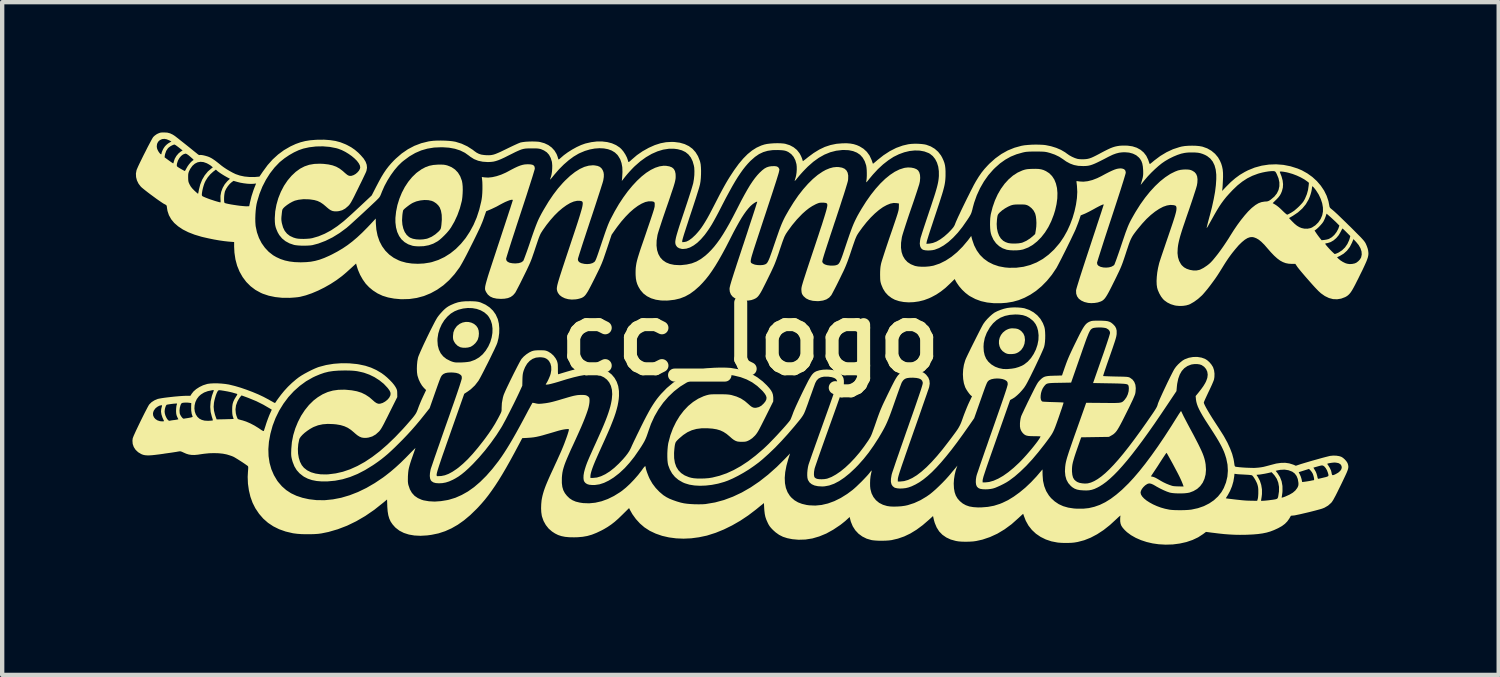
<source format=kicad_pcb>
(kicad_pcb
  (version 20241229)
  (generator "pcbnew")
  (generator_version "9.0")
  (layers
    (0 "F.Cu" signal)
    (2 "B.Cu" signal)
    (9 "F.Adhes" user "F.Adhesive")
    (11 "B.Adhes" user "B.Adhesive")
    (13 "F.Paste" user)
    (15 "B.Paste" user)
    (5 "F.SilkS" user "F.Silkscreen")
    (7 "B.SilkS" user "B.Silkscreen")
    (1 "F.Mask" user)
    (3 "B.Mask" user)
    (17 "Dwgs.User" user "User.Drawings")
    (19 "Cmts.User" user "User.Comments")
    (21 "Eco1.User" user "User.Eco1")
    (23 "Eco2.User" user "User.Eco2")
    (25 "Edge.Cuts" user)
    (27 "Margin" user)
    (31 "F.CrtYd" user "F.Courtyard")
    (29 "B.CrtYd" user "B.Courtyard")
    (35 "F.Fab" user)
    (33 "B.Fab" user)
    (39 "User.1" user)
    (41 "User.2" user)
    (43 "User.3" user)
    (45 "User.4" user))
  (footprint "cc_logo"
    (layer "F.Cu")
    (at 14.226 4.753)
    (property "Reference" "cc_logo" (at 0 0 0) (layer "F.SilkS") (effects (font (size 1.524 1.524) (thickness 0.3))))
    (attr board_only exclude_from_pos_files exclude_from_bom)
    (fp_poly (pts (xy -6.486 -0.388) (xy -6.419 -0.372) (xy -6.359 -0.343) (xy -6.308 -0.3) (xy -6.273 -0.249) (xy -6.253 -0.19) (xy -6.247 -0.122) (xy -6.253 -0.053) (xy -6.271 0.013) (xy -6.29 0.049) (xy -6.33 0.102) (xy -6.379 0.147) (xy -6.431 0.18) (xy -6.446 0.186) (xy -6.499 0.2) (xy -6.561 0.206) (xy -6.621 0.204) (xy -6.672 0.194) (xy -6.676 0.193) (xy -6.738 0.16) (xy -6.789 0.11) (xy -6.815 0.07) (xy -6.831 0.038) (xy -6.84 0.009) (xy -6.844 -0.025) (xy -6.844 -0.064) (xy -6.835 -0.147) (xy -6.807 -0.221) (xy -6.76 -0.287) (xy -6.745 -0.302) (xy -6.688 -0.346) (xy -6.624 -0.375) (xy -6.555 -0.389)) (stroke (width 0) (type solid)) (fill yes) (layer "F.SilkS"))
    (fp_poly (pts (xy 6.118 -0.237) (xy 6.168 -0.225) (xy 6.213 -0.201) (xy 6.25 -0.171) (xy 6.293 -0.119) (xy 6.319 -0.057) (xy 6.328 0.016) (xy 6.328 0.031) (xy 6.317 0.114) (xy 6.288 0.189) (xy 6.244 0.253) (xy 6.188 0.302) (xy 6.143 0.327) (xy 6.096 0.343) (xy 6.041 0.35) (xy 5.997 0.351) (xy 5.951 0.35) (xy 5.916 0.343) (xy 5.881 0.329) (xy 5.868 0.322) (xy 5.811 0.282) (xy 5.769 0.231) (xy 5.742 0.171) (xy 5.729 0.107) (xy 5.73 0.04) (xy 5.746 -0.026) (xy 5.776 -0.089) (xy 5.819 -0.144) (xy 5.875 -0.19) (xy 5.906 -0.208) (xy 5.946 -0.226) (xy 5.98 -0.236) (xy 6.016 -0.241) (xy 6.054 -0.241)) (stroke (width 0) (type solid)) (fill yes) (layer "F.SilkS"))
    (fp_poly (pts (xy -7.106 -4.012) (xy -7.059 -4.01) (xy -7.02 -4.004) (xy -6.983 -3.995) (xy -6.969 -3.991) (xy -6.875 -3.952) (xy -6.796 -3.898) (xy -6.73 -3.829) (xy -6.678 -3.744) (xy -6.641 -3.645) (xy -6.638 -3.637) (xy -6.628 -3.581) (xy -6.621 -3.511) (xy -6.619 -3.431) (xy -6.622 -3.347) (xy -6.628 -3.265) (xy -6.638 -3.19) (xy -6.643 -3.167) (xy -6.685 -3.007) (xy -6.742 -2.849) (xy -6.812 -2.698) (xy -6.892 -2.56) (xy -6.894 -2.558) (xy -6.933 -2.503) (xy -6.984 -2.443) (xy -7.041 -2.383) (xy -7.1 -2.326) (xy -7.155 -2.278) (xy -7.197 -2.247) (xy -7.297 -2.192) (xy -7.403 -2.155) (xy -7.518 -2.134) (xy -7.621 -2.13) (xy -7.673 -2.131) (xy -7.723 -2.135) (xy -7.765 -2.141) (xy -7.778 -2.144) (xy -7.875 -2.177) (xy -7.958 -2.226) (xy -8.029 -2.29) (xy -8.085 -2.368) (xy -8.128 -2.461) (xy -8.156 -2.566) (xy -8.17 -2.684) (xy -8.17 -2.728) (xy -8.017 -2.728) (xy -8.009 -2.629) (xy -7.988 -2.539) (xy -7.956 -2.46) (xy -7.912 -2.395) (xy -7.858 -2.346) (xy -7.83 -2.329) (xy -7.768 -2.305) (xy -7.692 -2.291) (xy -7.61 -2.286) (xy -7.527 -2.291) (xy -7.448 -2.305) (xy -7.42 -2.314) (xy -7.335 -2.351) (xy -7.253 -2.404) (xy -7.181 -2.466) (xy -7.174 -2.473) (xy -7.15 -2.499) (xy -7.134 -2.521) (xy -7.124 -2.543) (xy -7.118 -2.572) (xy -7.112 -2.615) (xy -7.111 -2.62) (xy -7.101 -2.746) (xy -7.104 -2.856) (xy -7.121 -2.951) (xy -7.15 -3.027) (xy -7.184 -3.075) (xy -7.231 -3.12) (xy -7.287 -3.157) (xy -7.333 -3.177) (xy -7.413 -3.194) (xy -7.503 -3.197) (xy -7.597 -3.187) (xy -7.689 -3.165) (xy -7.769 -3.132) (xy -7.804 -3.112) (xy -7.845 -3.085) (xy -7.887 -3.054) (xy -7.927 -3.023) (xy -7.961 -2.994) (xy -7.984 -2.97) (xy -7.992 -2.958) (xy -7.996 -2.941) (xy -8.002 -2.908) (xy -8.008 -2.866) (xy -8.011 -2.835) (xy -8.017 -2.728) (xy -8.17 -2.728) (xy -8.17 -2.785) (xy -8.154 -2.932) (xy -8.124 -3.08) (xy -8.079 -3.225) (xy -8.022 -3.365) (xy -7.953 -3.497) (xy -7.873 -3.618) (xy -7.785 -3.725) (xy -7.69 -3.817) (xy -7.656 -3.843) (xy -7.565 -3.907) (xy -7.478 -3.953) (xy -7.39 -3.985) (xy -7.296 -4.004) (xy -7.191 -4.012) (xy -7.166 -4.013)) (stroke (width 0) (type solid)) (fill yes) (layer "F.SilkS"))
    (fp_poly (pts (xy 6.645 -3.912) (xy 6.702 -3.903) (xy 6.754 -3.888) (xy 6.805 -3.865) (xy 6.81 -3.863) (xy 6.888 -3.813) (xy 6.952 -3.748) (xy 7.004 -3.669) (xy 7.041 -3.577) (xy 7.066 -3.473) (xy 7.076 -3.358) (xy 7.073 -3.234) (xy 7.055 -3.101) (xy 7.023 -2.96) (xy 6.991 -2.857) (xy 6.934 -2.709) (xy 6.867 -2.573) (xy 6.789 -2.449) (xy 6.703 -2.339) (xy 6.609 -2.244) (xy 6.51 -2.165) (xy 6.405 -2.104) (xy 6.296 -2.062) (xy 6.275 -2.056) (xy 6.212 -2.044) (xy 6.138 -2.038) (xy 6.059 -2.037) (xy 5.983 -2.041) (xy 5.918 -2.05) (xy 5.907 -2.052) (xy 5.814 -2.085) (xy 5.732 -2.135) (xy 5.661 -2.201) (xy 5.603 -2.282) (xy 5.559 -2.377) (xy 5.543 -2.429) (xy 5.533 -2.481) (xy 5.527 -2.548) (xy 5.524 -2.624) (xy 5.524 -2.644) (xy 5.677 -2.644) (xy 5.683 -2.544) (xy 5.702 -2.454) (xy 5.732 -2.375) (xy 5.773 -2.31) (xy 5.824 -2.261) (xy 5.827 -2.258) (xy 5.882 -2.227) (xy 5.941 -2.206) (xy 6.009 -2.196) (xy 6.092 -2.194) (xy 6.102 -2.194) (xy 6.181 -2.199) (xy 6.242 -2.209) (xy 6.274 -2.218) (xy 6.36 -2.257) (xy 6.446 -2.312) (xy 6.505 -2.36) (xy 6.563 -2.413) (xy 6.579 -2.506) (xy 6.589 -2.586) (xy 6.592 -2.669) (xy 6.588 -2.75) (xy 6.579 -2.823) (xy 6.564 -2.882) (xy 6.562 -2.888) (xy 6.528 -2.953) (xy 6.479 -3.01) (xy 6.422 -3.055) (xy 6.394 -3.071) (xy 6.369 -3.081) (xy 6.344 -3.088) (xy 6.316 -3.092) (xy 6.278 -3.094) (xy 6.226 -3.095) (xy 6.205 -3.095) (xy 6.145 -3.094) (xy 6.1 -3.092) (xy 6.064 -3.088) (xy 6.032 -3.081) (xy 6 -3.071) (xy 5.938 -3.043) (xy 5.87 -3.005) (xy 5.806 -2.961) (xy 5.752 -2.915) (xy 5.738 -2.901) (xy 5.719 -2.879) (xy 5.706 -2.86) (xy 5.698 -2.839) (xy 5.692 -2.809) (xy 5.686 -2.766) (xy 5.684 -2.75) (xy 5.677 -2.644) (xy 5.524 -2.644) (xy 5.525 -2.703) (xy 5.529 -2.779) (xy 5.538 -2.848) (xy 5.542 -2.873) (xy 5.583 -3.033) (xy 5.636 -3.185) (xy 5.7 -3.326) (xy 5.775 -3.455) (xy 5.86 -3.572) (xy 5.953 -3.674) (xy 6.053 -3.76) (xy 6.16 -3.829) (xy 6.271 -3.879) (xy 6.278 -3.881) (xy 6.318 -3.894) (xy 6.356 -3.903) (xy 6.398 -3.909) (xy 6.45 -3.912) (xy 6.495 -3.914) (xy 6.578 -3.915)) (stroke (width 0) (type solid)) (fill yes) (layer "F.SilkS"))
    (fp_poly (pts (xy -13.424 -4.749) (xy -13.359 -4.732) (xy -13.296 -4.702) (xy -13.262 -4.68) (xy -13.243 -4.667) (xy -13.211 -4.642) (xy -13.167 -4.608) (xy -13.115 -4.566) (xy -13.056 -4.52) (xy -12.993 -4.47) (xy -12.929 -4.419) (xy -12.866 -4.368) (xy -12.807 -4.32) (xy -12.753 -4.277) (xy -12.719 -4.249) (xy -12.697 -4.235) (xy -12.681 -4.231) (xy -12.679 -4.232) (xy -12.659 -4.235) (xy -12.625 -4.232) (xy -12.582 -4.224) (xy -12.535 -4.212) (xy -12.489 -4.198) (xy -12.448 -4.182) (xy -12.447 -4.181) (xy -12.417 -4.166) (xy -12.389 -4.15) (xy -12.359 -4.13) (xy -12.324 -4.106) (xy -12.282 -4.074) (xy -12.229 -4.032) (xy -12.18 -3.992) (xy -12.126 -3.952) (xy -12.06 -3.908) (xy -11.988 -3.865) (xy -11.917 -3.826) (xy -11.855 -3.796) (xy -11.851 -3.794) (xy -11.755 -3.761) (xy -11.647 -3.738) (xy -11.533 -3.727) (xy -11.418 -3.726) (xy -11.393 -3.728) (xy -11.301 -3.736) (xy -11.223 -3.851) (xy -11.113 -4.001) (xy -10.997 -4.131) (xy -10.872 -4.245) (xy -10.738 -4.344) (xy -10.593 -4.428) (xy -10.575 -4.437) (xy -10.464 -4.488) (xy -10.357 -4.526) (xy -10.248 -4.554) (xy -10.131 -4.573) (xy -10.002 -4.583) (xy -9.961 -4.585) (xy -9.81 -4.586) (xy -9.674 -4.576) (xy -9.55 -4.557) (xy -9.435 -4.526) (xy -9.326 -4.483) (xy -9.285 -4.464) (xy -9.189 -4.412) (xy -9.105 -4.354) (xy -9.024 -4.285) (xy -8.966 -4.226) (xy -8.901 -4.151) (xy -8.856 -4.078) (xy -8.831 -4.009) (xy -8.824 -3.94) (xy -8.836 -3.872) (xy -8.845 -3.847) (xy -8.854 -3.826) (xy -8.871 -3.79) (xy -8.895 -3.739) (xy -8.924 -3.678) (xy -8.958 -3.608) (xy -8.996 -3.532) (xy -9.032 -3.457) (xy -9.077 -3.367) (xy -9.113 -3.293) (xy -9.143 -3.234) (xy -9.168 -3.188) (xy -9.188 -3.151) (xy -9.206 -3.122) (xy -9.221 -3.1) (xy -9.236 -3.081) (xy -9.252 -3.064) (xy -9.26 -3.056) (xy -9.327 -2.999) (xy -9.397 -2.961) (xy -9.472 -2.941) (xy -9.515 -2.936) (xy -9.569 -2.936) (xy -9.614 -2.943) (xy -9.657 -2.96) (xy -9.7 -2.988) (xy -9.751 -3.03) (xy -9.767 -3.045) (xy -9.834 -3.101) (xy -9.898 -3.144) (xy -9.964 -3.175) (xy -10.038 -3.196) (xy -10.125 -3.209) (xy -10.164 -3.213) (xy -10.288 -3.216) (xy -10.401 -3.203) (xy -10.486 -3.182) (xy -10.541 -3.158) (xy -10.603 -3.124) (xy -10.665 -3.083) (xy -10.718 -3.041) (xy -10.739 -3.021) (xy -10.755 -3.003) (xy -10.767 -2.987) (xy -10.775 -2.968) (xy -10.78 -2.941) (xy -10.785 -2.902) (xy -10.789 -2.862) (xy -10.795 -2.806) (xy -10.797 -2.763) (xy -10.795 -2.726) (xy -10.79 -2.69) (xy -10.785 -2.663) (xy -10.758 -2.566) (xy -10.719 -2.486) (xy -10.666 -2.421) (xy -10.6 -2.37) (xy -10.518 -2.332) (xy -10.458 -2.314) (xy -10.41 -2.306) (xy -10.348 -2.302) (xy -10.279 -2.301) (xy -10.208 -2.304) (xy -10.143 -2.309) (xy -10.088 -2.318) (xy -9.943 -2.36) (xy -9.798 -2.42) (xy -9.652 -2.498) (xy -9.505 -2.596) (xy -9.369 -2.702) (xy -9.336 -2.73) (xy -9.291 -2.77) (xy -9.236 -2.819) (xy -9.174 -2.875) (xy -9.107 -2.937) (xy -9.039 -3) (xy -8.99 -3.045) (xy -8.716 -3.302) (xy -8.613 -3.503) (xy -8.55 -3.623) (xy -8.493 -3.727) (xy -8.438 -3.817) (xy -8.384 -3.897) (xy -8.328 -3.97) (xy -8.269 -4.039) (xy -8.205 -4.107) (xy -8.161 -4.15) (xy -8.025 -4.268) (xy -7.882 -4.366) (xy -7.732 -4.445) (xy -7.574 -4.505) (xy -7.408 -4.546) (xy -7.363 -4.553) (xy -7.294 -4.561) (xy -7.212 -4.565) (xy -7.122 -4.566) (xy -7.03 -4.564) (xy -6.942 -4.559) (xy -6.862 -4.551) (xy -6.796 -4.54) (xy -6.785 -4.538) (xy -6.645 -4.494) (xy -6.512 -4.432) (xy -6.386 -4.351) (xy -6.351 -4.323) (xy -6.3 -4.287) (xy -6.249 -4.261) (xy -6.194 -4.243) (xy -6.127 -4.233) (xy -6.076 -4.229) (xy -6.031 -4.228) (xy -5.991 -4.229) (xy -5.951 -4.234) (xy -5.909 -4.243) (xy -5.863 -4.258) (xy -5.81 -4.28) (xy -5.746 -4.308) (xy -5.67 -4.345) (xy -5.596 -4.381) (xy -5.526 -4.415) (xy -5.459 -4.447) (xy -5.398 -4.475) (xy -5.347 -4.498) (xy -5.307 -4.514) (xy -5.286 -4.522) (xy -5.235 -4.531) (xy -5.17 -4.539) (xy -5.095 -4.543) (xy -5.018 -4.545) (xy -4.944 -4.543) (xy -4.878 -4.539) (xy -4.84 -4.533) (xy -4.739 -4.505) (xy -4.648 -4.462) (xy -4.57 -4.405) (xy -4.506 -4.335) (xy -4.458 -4.255) (xy -4.438 -4.203) (xy -4.428 -4.17) (xy -4.42 -4.144) (xy -4.416 -4.134) (xy -4.409 -4.13) (xy -4.392 -4.141) (xy -4.368 -4.162) (xy -4.291 -4.229) (xy -4.199 -4.296) (xy -4.099 -4.359) (xy -3.996 -4.416) (xy -3.894 -4.463) (xy -3.799 -4.497) (xy -3.791 -4.499) (xy -3.66 -4.529) (xy -3.531 -4.545) (xy -3.408 -4.545) (xy -3.291 -4.531) (xy -3.184 -4.503) (xy -3.088 -4.461) (xy -3.005 -4.406) (xy -2.967 -4.371) (xy -2.919 -4.314) (xy -2.874 -4.245) (xy -2.838 -4.174) (xy -2.822 -4.128) (xy -2.813 -4.099) (xy -2.806 -4.077) (xy -2.805 -4.073) (xy -2.795 -4.072) (xy -2.773 -4.087) (xy -2.739 -4.117) (xy -2.727 -4.128) (xy -2.608 -4.23) (xy -2.481 -4.318) (xy -2.34 -4.397) (xy -2.33 -4.402) (xy -2.195 -4.462) (xy -2.064 -4.504) (xy -1.937 -4.528) (xy -1.808 -4.535) (xy -1.746 -4.533) (xy -1.621 -4.517) (xy -1.51 -4.485) (xy -1.412 -4.438) (xy -1.328 -4.376) (xy -1.258 -4.298) (xy -1.201 -4.205) (xy -1.158 -4.096) (xy -1.151 -4.071) (xy -1.14 -4.018) (xy -1.134 -3.95) (xy -1.131 -3.871) (xy -1.132 -3.787) (xy -1.136 -3.703) (xy -1.144 -3.624) (xy -1.156 -3.555) (xy -1.156 -3.555) (xy -1.164 -3.525) (xy -1.177 -3.477) (xy -1.196 -3.415) (xy -1.22 -3.339) (xy -1.247 -3.252) (xy -1.278 -3.157) (xy -1.311 -3.056) (xy -1.346 -2.95) (xy -1.37 -2.878) (xy -1.405 -2.773) (xy -1.437 -2.673) (xy -1.468 -2.579) (xy -1.495 -2.495) (xy -1.519 -2.421) (xy -1.538 -2.359) (xy -1.552 -2.311) (xy -1.56 -2.28) (xy -1.563 -2.268) (xy -1.566 -2.227) (xy -1.527 -2.228) (xy -1.47 -2.239) (xy -1.407 -2.27) (xy -1.339 -2.32) (xy -1.264 -2.39) (xy -1.259 -2.395) (xy -1.214 -2.445) (xy -1.17 -2.497) (xy -1.127 -2.554) (xy -1.084 -2.617) (xy -1.039 -2.689) (xy -0.99 -2.771) (xy -0.937 -2.867) (xy -0.879 -2.978) (xy -0.822 -3.088) (xy -0.756 -3.216) (xy -0.699 -3.327) (xy -0.647 -3.424) (xy -0.6 -3.51) (xy -0.556 -3.588) (xy -0.514 -3.659) (xy -0.472 -3.727) (xy -0.429 -3.793) (xy -0.384 -3.861) (xy -0.364 -3.891) (xy -0.262 -4.031) (xy -0.161 -4.151) (xy -0.06 -4.253) (xy 0.042 -4.336) (xy 0.146 -4.402) (xy 0.253 -4.451) (xy 0.327 -4.475) (xy 0.388 -4.488) (xy 0.462 -4.497) (xy 0.544 -4.503) (xy 0.628 -4.505) (xy 0.707 -4.503) (xy 0.775 -4.497) (xy 0.81 -4.491) (xy 0.912 -4.459) (xy 1.001 -4.411) (xy 1.076 -4.35) (xy 1.136 -4.274) (xy 1.16 -4.231) (xy 1.179 -4.191) (xy 1.194 -4.154) (xy 1.203 -4.127) (xy 1.203 -4.126) (xy 1.209 -4.103) (xy 1.215 -4.092) (xy 1.215 -4.092) (xy 1.224 -4.098) (xy 1.246 -4.115) (xy 1.279 -4.14) (xy 1.318 -4.171) (xy 1.332 -4.183) (xy 1.463 -4.28) (xy 1.592 -4.359) (xy 1.72 -4.42) (xy 1.851 -4.463) (xy 1.986 -4.491) (xy 2.118 -4.502) (xy 2.22 -4.504) (xy 2.308 -4.497) (xy 2.385 -4.483) (xy 2.458 -4.46) (xy 2.519 -4.433) (xy 2.61 -4.377) (xy 2.687 -4.306) (xy 2.749 -4.221) (xy 2.795 -4.122) (xy 2.803 -4.101) (xy 2.814 -4.067) (xy 2.823 -4.042) (xy 2.827 -4.032) (xy 2.836 -4.037) (xy 2.856 -4.053) (xy 2.886 -4.078) (xy 2.923 -4.109) (xy 2.926 -4.113) (xy 3.07 -4.227) (xy 3.216 -4.322) (xy 3.363 -4.397) (xy 3.513 -4.451) (xy 3.642 -4.481) (xy 3.709 -4.489) (xy 3.785 -4.493) (xy 3.866 -4.492) (xy 3.945 -4.487) (xy 4.014 -4.478) (xy 4.056 -4.469) (xy 4.159 -4.431) (xy 4.251 -4.376) (xy 4.329 -4.307) (xy 4.394 -4.223) (xy 4.423 -4.171) (xy 4.452 -4.108) (xy 4.473 -4.051) (xy 4.487 -3.994) (xy 4.495 -3.932) (xy 4.499 -3.859) (xy 4.499 -3.803) (xy 4.499 -3.754) (xy 4.497 -3.708) (xy 4.494 -3.664) (xy 4.489 -3.619) (xy 4.482 -3.573) (xy 4.472 -3.522) (xy 4.458 -3.466) (xy 4.441 -3.402) (xy 4.419 -3.328) (xy 4.392 -3.243) (xy 4.361 -3.145) (xy 4.323 -3.031) (xy 4.28 -2.901) (xy 4.262 -2.847) (xy 4.227 -2.742) (xy 4.194 -2.641) (xy 4.163 -2.548) (xy 4.135 -2.462) (xy 4.111 -2.388) (xy 4.092 -2.325) (xy 4.077 -2.277) (xy 4.068 -2.245) (xy 4.065 -2.233) (xy 4.058 -2.188) (xy 4.131 -2.193) (xy 4.208 -2.208) (xy 4.291 -2.24) (xy 4.378 -2.29) (xy 4.468 -2.356) (xy 4.558 -2.436) (xy 4.611 -2.49) (xy 4.65 -2.533) (xy 4.678 -2.567) (xy 4.698 -2.598) (xy 4.714 -2.63) (xy 4.726 -2.663) (xy 4.74 -2.697) (xy 4.762 -2.746) (xy 4.79 -2.809) (xy 4.825 -2.882) (xy 4.863 -2.964) (xy 4.905 -3.051) (xy 4.949 -3.141) (xy 4.993 -3.231) (xy 5.037 -3.318) (xy 5.078 -3.401) (xy 5.117 -3.476) (xy 5.15 -3.541) (xy 5.179 -3.593) (xy 5.198 -3.627) (xy 5.264 -3.734) (xy 5.328 -3.827) (xy 5.396 -3.912) (xy 5.471 -3.994) (xy 5.512 -4.036) (xy 5.646 -4.156) (xy 5.785 -4.256) (xy 5.932 -4.338) (xy 6.087 -4.401) (xy 6.247 -4.445) (xy 6.314 -4.457) (xy 6.397 -4.465) (xy 6.488 -4.471) (xy 6.581 -4.473) (xy 6.672 -4.471) (xy 6.753 -4.467) (xy 6.805 -4.461) (xy 6.93 -4.435) (xy 7.049 -4.398) (xy 7.158 -4.351) (xy 7.252 -4.296) (xy 7.29 -4.268) (xy 7.347 -4.228) (xy 7.412 -4.192) (xy 7.478 -4.163) (xy 7.538 -4.144) (xy 7.542 -4.143) (xy 7.58 -4.138) (xy 7.629 -4.135) (xy 7.68 -4.135) (xy 7.693 -4.136) (xy 7.736 -4.139) (xy 7.775 -4.145) (xy 7.814 -4.155) (xy 7.857 -4.17) (xy 7.906 -4.192) (xy 7.965 -4.221) (xy 8.038 -4.259) (xy 8.065 -4.274) (xy 8.154 -4.321) (xy 8.23 -4.359) (xy 8.294 -4.389) (xy 8.351 -4.411) (xy 8.403 -4.427) (xy 8.454 -4.438) (xy 8.507 -4.446) (xy 8.566 -4.45) (xy 8.567 -4.45) (xy 8.691 -4.449) (xy 8.803 -4.433) (xy 8.903 -4.401) (xy 8.99 -4.353) (xy 9.063 -4.291) (xy 9.122 -4.215) (xy 9.166 -4.124) (xy 9.181 -4.079) (xy 9.192 -4.046) (xy 9.199 -4.03) (xy 9.208 -4.027) (xy 9.216 -4.032) (xy 9.231 -4.045) (xy 9.258 -4.066) (xy 9.291 -4.094) (xy 9.305 -4.106) (xy 9.445 -4.211) (xy 9.59 -4.298) (xy 9.738 -4.367) (xy 9.889 -4.416) (xy 9.941 -4.429) (xy 10.01 -4.44) (xy 10.091 -4.446) (xy 10.177 -4.448) (xy 10.263 -4.446) (xy 10.342 -4.439) (xy 10.408 -4.427) (xy 10.42 -4.424) (xy 10.526 -4.386) (xy 10.622 -4.331) (xy 10.705 -4.262) (xy 10.774 -4.18) (xy 10.819 -4.101) (xy 10.848 -4.034) (xy 10.868 -3.968) (xy 10.882 -3.9) (xy 10.889 -3.824) (xy 10.89 -3.735) (xy 10.888 -3.674) (xy 10.885 -3.613) (xy 10.882 -3.555) (xy 10.879 -3.505) (xy 10.876 -3.468) (xy 10.875 -3.457) (xy 10.868 -3.405) (xy 10.963 -3.505) (xy 11.069 -3.611) (xy 11.173 -3.7) (xy 11.278 -3.777) (xy 11.39 -3.843) (xy 11.464 -3.881) (xy 11.619 -3.944) (xy 11.781 -3.988) (xy 11.946 -4.013) (xy 12.113 -4.019) (xy 12.281 -4.006) (xy 12.446 -3.973) (xy 12.607 -3.922) (xy 12.706 -3.88) (xy 12.831 -3.81) (xy 12.947 -3.727) (xy 13.051 -3.632) (xy 13.141 -3.527) (xy 13.217 -3.414) (xy 13.276 -3.294) (xy 13.317 -3.171) (xy 13.336 -3.074) (xy 13.34 -3.049) (xy 13.347 -3.03) (xy 13.359 -3.012) (xy 13.382 -2.992) (xy 13.417 -2.964) (xy 13.421 -2.96) (xy 13.445 -2.94) (xy 13.481 -2.907) (xy 13.529 -2.863) (xy 13.584 -2.81) (xy 13.647 -2.749) (xy 13.714 -2.684) (xy 13.784 -2.615) (xy 13.822 -2.579) (xy 13.9 -2.501) (xy 13.964 -2.436) (xy 14.017 -2.383) (xy 14.06 -2.34) (xy 14.093 -2.304) (xy 14.119 -2.275) (xy 14.139 -2.251) (xy 14.154 -2.23) (xy 14.166 -2.212) (xy 14.176 -2.193) (xy 14.182 -2.18) (xy 14.202 -2.133) (xy 14.22 -2.081) (xy 14.231 -2.036) (xy 14.231 -2.034) (xy 14.235 -2.003) (xy 14.238 -1.974) (xy 14.237 -1.944) (xy 14.233 -1.913) (xy 14.225 -1.877) (xy 14.212 -1.837) (xy 14.194 -1.789) (xy 14.169 -1.732) (xy 14.138 -1.664) (xy 14.1 -1.583) (xy 14.053 -1.489) (xy 13.999 -1.378) (xy 13.979 -1.34) (xy 13.934 -1.25) (xy 13.895 -1.177) (xy 13.862 -1.119) (xy 13.832 -1.073) (xy 13.803 -1.037) (xy 13.775 -1.009) (xy 13.746 -0.986) (xy 13.713 -0.967) (xy 13.703 -0.961) (xy 13.61 -0.926) (xy 13.517 -0.911) (xy 13.422 -0.915) (xy 13.328 -0.94) (xy 13.235 -0.985) (xy 13.145 -1.048) (xy 13.088 -1.1) (xy 13.052 -1.137) (xy 13.007 -1.184) (xy 12.956 -1.24) (xy 12.901 -1.302) (xy 12.844 -1.367) (xy 12.787 -1.432) (xy 12.734 -1.494) (xy 12.685 -1.552) (xy 12.644 -1.602) (xy 12.613 -1.641) (xy 12.597 -1.663) (xy 12.555 -1.726) (xy 12.474 -1.726) (xy 12.402 -1.73) (xy 12.334 -1.743) (xy 12.269 -1.767) (xy 12.204 -1.802) (xy 12.138 -1.851) (xy 12.108 -1.878) (xy 13.515 -1.878) (xy 13.546 -1.846) (xy 13.591 -1.808) (xy 13.647 -1.772) (xy 13.706 -1.743) (xy 13.747 -1.73) (xy 13.805 -1.721) (xy 13.866 -1.725) (xy 13.923 -1.737) (xy 13.964 -1.756) (xy 14.006 -1.789) (xy 14.043 -1.829) (xy 14.068 -1.872) (xy 14.07 -1.876) (xy 14.084 -1.942) (xy 14.079 -2.013) (xy 14.055 -2.086) (xy 14.013 -2.16) (xy 13.958 -2.227) (xy 13.893 -2.297) (xy 13.86 -2.215) (xy 13.809 -2.115) (xy 13.744 -2.03) (xy 13.667 -1.961) (xy 13.58 -1.909) (xy 13.515 -1.878) (xy 12.108 -1.878) (xy 12.068 -1.914) (xy 11.992 -1.993) (xy 11.91 -2.087) (xy 11.838 -2.17) (xy 11.816 -2.191) (xy 13.243 -2.191) (xy 13.247 -2.18) (xy 13.263 -2.158) (xy 13.288 -2.128) (xy 13.319 -2.093) (xy 13.353 -2.056) (xy 13.387 -2.021) (xy 13.419 -1.99) (xy 13.444 -1.967) (xy 13.46 -1.954) (xy 13.464 -1.953) (xy 13.482 -1.958) (xy 13.512 -1.969) (xy 13.548 -1.986) (xy 13.556 -1.99) (xy 13.631 -2.039) (xy 13.698 -2.104) (xy 13.753 -2.183) (xy 13.794 -2.272) (xy 13.808 -2.317) (xy 13.82 -2.367) (xy 13.733 -2.454) (xy 13.699 -2.488) (xy 13.67 -2.516) (xy 13.65 -2.535) (xy 13.641 -2.541) (xy 13.641 -2.541) (xy 13.634 -2.532) (xy 13.621 -2.509) (xy 13.604 -2.476) (xy 13.596 -2.46) (xy 13.553 -2.386) (xy 13.498 -2.321) (xy 13.435 -2.267) (xy 13.368 -2.228) (xy 13.3 -2.206) (xy 13.287 -2.204) (xy 13.26 -2.199) (xy 13.244 -2.193) (xy 13.243 -2.191) (xy 11.816 -2.191) (xy 11.773 -2.234) (xy 11.713 -2.283) (xy 11.656 -2.316) (xy 11.601 -2.337) (xy 11.562 -2.344) (xy 11.51 -2.34) (xy 11.453 -2.32) (xy 11.392 -2.283) (xy 11.325 -2.228) (xy 11.251 -2.156) (xy 11.172 -2.064) (xy 11.111 -1.989) (xy 11.078 -1.946) (xy 11.047 -1.904) (xy 11.017 -1.862) (xy 10.985 -1.815) (xy 10.95 -1.762) (xy 10.91 -1.699) (xy 10.864 -1.624) (xy 10.809 -1.536) (xy 10.763 -1.464) (xy 10.71 -1.386) (xy 10.651 -1.305) (xy 10.591 -1.224) (xy 10.532 -1.148) (xy 10.476 -1.081) (xy 10.427 -1.024) (xy 10.401 -0.997) (xy 10.313 -0.918) (xy 10.222 -0.852) (xy 10.133 -0.801) (xy 10.104 -0.788) (xy 10.041 -0.77) (xy 9.966 -0.759) (xy 9.886 -0.757) (xy 9.808 -0.764) (xy 9.776 -0.77) (xy 9.687 -0.797) (xy 9.606 -0.837) (xy 9.537 -0.887) (xy 9.508 -0.915) (xy 9.462 -0.975) (xy 9.421 -1.047) (xy 9.388 -1.123) (xy 9.372 -1.177) (xy 9.362 -1.247) (xy 9.359 -1.332) (xy 9.364 -1.427) (xy 9.375 -1.529) (xy 9.393 -1.632) (xy 9.417 -1.733) (xy 9.418 -1.739) (xy 9.426 -1.765) (xy 9.44 -1.809) (xy 9.459 -1.867) (xy 9.483 -1.939) (xy 9.511 -2.021) (xy 9.542 -2.112) (xy 9.575 -2.21) (xy 9.61 -2.312) (xy 9.625 -2.355) (xy 9.668 -2.482) (xy 9.705 -2.591) (xy 9.736 -2.683) (xy 9.761 -2.761) (xy 9.781 -2.825) (xy 9.796 -2.879) (xy 9.807 -2.922) (xy 9.814 -2.957) (xy 9.817 -2.986) (xy 9.818 -3.009) (xy 9.816 -3.029) (xy 9.813 -3.041) (xy 9.806 -3.058) (xy 9.79 -3.068) (xy 9.761 -3.077) (xy 9.75 -3.079) (xy 9.677 -3.084) (xy 9.597 -3.071) (xy 9.51 -3.041) (xy 9.419 -2.993) (xy 9.324 -2.93) (xy 9.226 -2.852) (xy 9.127 -2.76) (xy 9.028 -2.653) (xy 8.929 -2.534) (xy 8.924 -2.528) (xy 8.883 -2.476) (xy 8.85 -2.432) (xy 8.822 -2.393) (xy 8.799 -2.356) (xy 8.779 -2.319) (xy 8.759 -2.278) (xy 8.74 -2.231) (xy 8.719 -2.174) (xy 8.696 -2.104) (xy 8.667 -2.019) (xy 8.655 -1.981) (xy 8.627 -1.896) (xy 8.603 -1.825) (xy 8.582 -1.764) (xy 8.562 -1.71) (xy 8.542 -1.66) (xy 8.52 -1.609) (xy 8.495 -1.554) (xy 8.465 -1.492) (xy 8.43 -1.419) (xy 8.387 -1.331) (xy 8.38 -1.318) (xy 8.33 -1.217) (xy 8.288 -1.134) (xy 8.252 -1.066) (xy 8.221 -1.011) (xy 8.194 -0.968) (xy 8.17 -0.934) (xy 8.147 -0.909) (xy 8.125 -0.889) (xy 8.102 -0.874) (xy 8.076 -0.861) (xy 8.07 -0.859) (xy 8.007 -0.838) (xy 7.933 -0.826) (xy 7.856 -0.822) (xy 7.785 -0.827) (xy 7.784 -0.827) (xy 7.697 -0.848) (xy 7.625 -0.881) (xy 7.568 -0.924) (xy 7.529 -0.978) (xy 7.508 -1.04) (xy 7.505 -1.111) (xy 7.505 -1.114) (xy 7.509 -1.135) (xy 7.52 -1.176) (xy 7.538 -1.236) (xy 7.562 -1.314) (xy 7.592 -1.411) (xy 7.629 -1.526) (xy 7.672 -1.659) (xy 7.721 -1.809) (xy 7.776 -1.976) (xy 7.827 -2.13) (xy 7.871 -2.265) (xy 7.914 -2.395) (xy 7.955 -2.518) (xy 7.992 -2.633) (xy 8.027 -2.738) (xy 8.058 -2.832) (xy 8.085 -2.913) (xy 8.107 -2.982) (xy 8.124 -3.035) (xy 8.136 -3.072) (xy 8.142 -3.091) (xy 8.143 -3.093) (xy 8.134 -3.095) (xy 8.11 -3.088) (xy 8.073 -3.072) (xy 8.025 -3.048) (xy 7.968 -3.018) (xy 7.92 -2.991) (xy 7.863 -2.96) (xy 7.805 -2.929) (xy 7.75 -2.902) (xy 7.706 -2.881) (xy 7.698 -2.878) (xy 7.612 -2.843) (xy 7.575 -2.731) (xy 7.554 -2.672) (xy 7.529 -2.608) (xy 7.505 -2.547) (xy 7.495 -2.521) (xy 7.475 -2.477) (xy 7.448 -2.42) (xy 7.415 -2.351) (xy 7.378 -2.273) (xy 7.337 -2.19) (xy 7.295 -2.104) (xy 7.252 -2.017) (xy 7.209 -1.932) (xy 7.169 -1.852) (xy 7.131 -1.779) (xy 7.099 -1.717) (xy 7.072 -1.666) (xy 7.053 -1.631) (xy 7.048 -1.624) (xy 6.947 -1.474) (xy 6.834 -1.336) (xy 6.712 -1.212) (xy 6.583 -1.104) (xy 6.453 -1.017) (xy 6.319 -0.946) (xy 6.186 -0.892) (xy 6.05 -0.854) (xy 5.904 -0.83) (xy 5.771 -0.82) (xy 5.607 -0.821) (xy 5.456 -0.837) (xy 5.316 -0.868) (xy 5.186 -0.916) (xy 5.065 -0.98) (xy 5.036 -0.998) (xy 4.957 -1.059) (xy 4.881 -1.131) (xy 4.812 -1.211) (xy 4.756 -1.292) (xy 4.733 -1.332) (xy 4.71 -1.377) (xy 4.6 -1.269) (xy 4.495 -1.171) (xy 4.392 -1.09) (xy 4.287 -1.02) (xy 4.175 -0.96) (xy 4.116 -0.933) (xy 4.004 -0.891) (xy 3.887 -0.862) (xy 3.768 -0.845) (xy 3.65 -0.84) (xy 3.536 -0.848) (xy 3.429 -0.868) (xy 3.332 -0.9) (xy 3.257 -0.94) (xy 3.176 -1.001) (xy 3.111 -1.072) (xy 3.059 -1.155) (xy 3.021 -1.245) (xy 3.01 -1.28) (xy 3.002 -1.311) (xy 2.997 -1.342) (xy 2.994 -1.38) (xy 2.993 -1.429) (xy 2.992 -1.478) (xy 2.993 -1.549) (xy 2.996 -1.607) (xy 3.001 -1.658) (xy 3.01 -1.709) (xy 3.015 -1.733) (xy 3.023 -1.763) (xy 3.037 -1.81) (xy 3.057 -1.872) (xy 3.081 -1.947) (xy 3.109 -2.033) (xy 3.14 -2.127) (xy 3.174 -2.228) (xy 3.209 -2.332) (xy 3.231 -2.395) (xy 3.272 -2.513) (xy 3.306 -2.614) (xy 3.335 -2.699) (xy 3.359 -2.77) (xy 3.378 -2.828) (xy 3.393 -2.875) (xy 3.404 -2.913) (xy 3.412 -2.943) (xy 3.418 -2.968) (xy 3.421 -2.989) (xy 3.423 -3.007) (xy 3.424 -3.026) (xy 3.424 -3.033) (xy 3.426 -3.116) (xy 3.376 -3.125) (xy 3.305 -3.129) (xy 3.228 -3.114) (xy 3.146 -3.081) (xy 3.058 -3.033) (xy 2.967 -2.968) (xy 2.873 -2.888) (xy 2.777 -2.794) (xy 2.681 -2.687) (xy 2.586 -2.567) (xy 2.507 -2.458) (xy 2.488 -2.43) (xy 2.472 -2.405) (xy 2.458 -2.381) (xy 2.445 -2.354) (xy 2.431 -2.322) (xy 2.415 -2.283) (xy 2.398 -2.234) (xy 2.376 -2.172) (xy 2.35 -2.096) (xy 2.326 -2.024) (xy 2.295 -1.931) (xy 2.268 -1.854) (xy 2.245 -1.789) (xy 2.222 -1.73) (xy 2.2 -1.675) (xy 2.176 -1.619) (xy 2.148 -1.558) (xy 2.114 -1.489) (xy 2.074 -1.406) (xy 2.056 -1.369) (xy 2.018 -1.292) (xy 1.981 -1.218) (xy 1.947 -1.152) (xy 1.917 -1.095) (xy 1.893 -1.049) (xy 1.876 -1.018) (xy 1.869 -1.005) (xy 1.819 -0.949) (xy 1.755 -0.908) (xy 1.678 -0.882) (xy 1.586 -0.869) (xy 1.546 -0.868) (xy 1.444 -0.875) (xy 1.358 -0.896) (xy 1.287 -0.931) (xy 1.231 -0.98) (xy 1.215 -1.001) (xy 1.197 -1.029) (xy 1.187 -1.056) (xy 1.182 -1.091) (xy 1.18 -1.121) (xy 1.179 -1.134) (xy 1.179 -1.147) (xy 1.18 -1.16) (xy 1.182 -1.177) (xy 1.186 -1.196) (xy 1.191 -1.221) (xy 1.2 -1.251) (xy 1.211 -1.289) (xy 1.225 -1.336) (xy 1.243 -1.392) (xy 1.265 -1.46) (xy 1.291 -1.541) (xy 1.322 -1.635) (xy 1.358 -1.744) (xy 1.4 -1.87) (xy 1.448 -2.014) (xy 1.472 -2.085) (xy 1.526 -2.248) (xy 1.574 -2.392) (xy 1.615 -2.519) (xy 1.652 -2.629) (xy 1.682 -2.725) (xy 1.708 -2.807) (xy 1.729 -2.876) (xy 1.746 -2.934) (xy 1.759 -2.981) (xy 1.768 -3.019) (xy 1.774 -3.05) (xy 1.777 -3.073) (xy 1.776 -3.09) (xy 1.774 -3.103) (xy 1.769 -3.113) (xy 1.763 -3.12) (xy 1.762 -3.121) (xy 1.739 -3.13) (xy 1.7 -3.135) (xy 1.665 -3.136) (xy 1.623 -3.135) (xy 1.589 -3.131) (xy 1.557 -3.12) (xy 1.516 -3.103) (xy 1.504 -3.097) (xy 1.429 -3.057) (xy 1.358 -3.011) (xy 1.285 -2.954) (xy 1.206 -2.884) (xy 1.185 -2.863) (xy 1.073 -2.746) (xy 0.964 -2.615) (xy 0.864 -2.478) (xy 0.852 -2.46) (xy 0.833 -2.432) (xy 0.817 -2.406) (xy 0.803 -2.379) (xy 0.788 -2.35) (xy 0.774 -2.314) (xy 0.757 -2.27) (xy 0.737 -2.215) (xy 0.714 -2.147) (xy 0.685 -2.062) (xy 0.678 -2.041) (xy 0.65 -1.956) (xy 0.625 -1.885) (xy 0.603 -1.823) (xy 0.582 -1.768) (xy 0.561 -1.715) (xy 0.538 -1.662) (xy 0.511 -1.604) (xy 0.48 -1.537) (xy 0.442 -1.46) (xy 0.399 -1.372) (xy 0.35 -1.273) (xy 0.309 -1.192) (xy 0.275 -1.125) (xy 0.245 -1.071) (xy 0.219 -1.029) (xy 0.196 -0.996) (xy 0.174 -0.97) (xy 0.152 -0.95) (xy 0.129 -0.934) (xy 0.103 -0.921) (xy 0.084 -0.912) (xy 0.025 -0.892) (xy -0.047 -0.881) (xy -0.124 -0.878) (xy -0.201 -0.884) (xy -0.267 -0.898) (xy -0.344 -0.929) (xy -0.404 -0.971) (xy -0.445 -1.022) (xy -0.469 -1.085) (xy -0.475 -1.144) (xy -0.475 -1.157) (xy -0.473 -1.172) (xy -0.47 -1.191) (xy -0.464 -1.214) (xy -0.457 -1.244) (xy -0.446 -1.281) (xy -0.433 -1.326) (xy -0.416 -1.381) (xy -0.395 -1.447) (xy -0.37 -1.526) (xy -0.34 -1.617) (xy -0.306 -1.723) (xy -0.266 -1.844) (xy -0.22 -1.983) (xy -0.169 -2.139) (xy -0.154 -2.182) (xy -0.109 -2.319) (xy -0.066 -2.449) (xy -0.026 -2.573) (xy 0.012 -2.689) (xy 0.047 -2.794) (xy 0.078 -2.889) (xy 0.105 -2.972) (xy 0.127 -3.041) (xy 0.144 -3.096) (xy 0.156 -3.134) (xy 0.163 -3.154) (xy 0.163 -3.157) (xy 0.15 -3.157) (xy 0.124 -3.146) (xy 0.092 -3.126) (xy 0.056 -3.1) (xy 0.021 -3.07) (xy 0.001 -3.051) (xy -0.045 -3) (xy -0.093 -2.94) (xy -0.143 -2.87) (xy -0.196 -2.789) (xy -0.252 -2.694) (xy -0.313 -2.585) (xy -0.38 -2.461) (xy -0.453 -2.318) (xy -0.473 -2.278) (xy -0.563 -2.103) (xy -0.648 -1.946) (xy -0.728 -1.805) (xy -0.804 -1.679) (xy -0.878 -1.566) (xy -0.95 -1.464) (xy -1.022 -1.373) (xy -1.095 -1.29) (xy -1.169 -1.213) (xy -1.17 -1.212) (xy -1.28 -1.115) (xy -1.388 -1.036) (xy -1.499 -0.975) (xy -1.615 -0.93) (xy -1.74 -0.9) (xy -1.875 -0.884) (xy -1.917 -0.881) (xy -2.051 -0.883) (xy -2.173 -0.901) (xy -2.282 -0.934) (xy -2.377 -0.982) (xy -2.46 -1.045) (xy -2.528 -1.124) (xy -2.573 -1.199) (xy -2.601 -1.261) (xy -2.62 -1.323) (xy -2.632 -1.389) (xy -2.638 -1.466) (xy -2.639 -1.524) (xy -2.638 -1.582) (xy -2.635 -1.636) (xy -2.628 -1.689) (xy -2.619 -1.745) (xy -2.605 -1.805) (xy -2.586 -1.874) (xy -2.561 -1.954) (xy -2.531 -2.048) (xy -2.5 -2.139) (xy -2.448 -2.289) (xy -2.403 -2.421) (xy -2.364 -2.537) (xy -2.33 -2.636) (xy -2.301 -2.721) (xy -2.277 -2.793) (xy -2.257 -2.853) (xy -2.241 -2.902) (xy -2.228 -2.943) (xy -2.218 -2.975) (xy -2.211 -3.001) (xy -2.206 -3.021) (xy -2.202 -3.037) (xy -2.2 -3.05) (xy -2.199 -3.062) (xy -2.199 -3.074) (xy -2.199 -3.077) (xy -2.198 -3.117) (xy -2.204 -3.142) (xy -2.22 -3.156) (xy -2.25 -3.164) (xy -2.268 -3.167) (xy -2.339 -3.167) (xy -2.416 -3.15) (xy -2.499 -3.114) (xy -2.587 -3.062) (xy -2.679 -2.994) (xy -2.774 -2.911) (xy -2.87 -2.813) (xy -2.967 -2.702) (xy -3.063 -2.578) (xy -3.112 -2.51) (xy -3.191 -2.397) (xy -3.302 -2.064) (xy -3.332 -1.976) (xy -3.357 -1.903) (xy -3.378 -1.841) (xy -3.399 -1.786) (xy -3.419 -1.735) (xy -3.441 -1.685) (xy -3.465 -1.63) (xy -3.495 -1.569) (xy -3.53 -1.498) (xy -3.572 -1.412) (xy -3.582 -1.392) (xy -3.632 -1.293) (xy -3.674 -1.211) (xy -3.71 -1.143) (xy -3.74 -1.089) (xy -3.767 -1.047) (xy -3.79 -1.014) (xy -3.812 -0.989) (xy -3.834 -0.97) (xy -3.857 -0.955) (xy -3.881 -0.943) (xy -3.886 -0.941) (xy -3.922 -0.929) (xy -3.969 -0.917) (xy -4.017 -0.909) (xy -4.019 -0.909) (xy -4.108 -0.904) (xy -4.192 -0.913) (xy -4.268 -0.934) (xy -4.334 -0.966) (xy -4.388 -1.007) (xy -4.426 -1.057) (xy -4.442 -1.094) (xy -4.446 -1.11) (xy -4.45 -1.125) (xy -4.452 -1.141) (xy -4.453 -1.159) (xy -4.451 -1.18) (xy -4.447 -1.206) (xy -4.441 -1.238) (xy -4.431 -1.276) (xy -4.418 -1.324) (xy -4.401 -1.38) (xy -4.38 -1.448) (xy -4.354 -1.528) (xy -4.324 -1.622) (xy -4.288 -1.73) (xy -4.247 -1.855) (xy -4.2 -1.996) (xy -4.158 -2.122) (xy -4.103 -2.288) (xy -4.054 -2.434) (xy -4.011 -2.564) (xy -3.974 -2.677) (xy -3.943 -2.775) (xy -3.917 -2.859) (xy -3.896 -2.93) (xy -3.879 -2.989) (xy -3.867 -3.037) (xy -3.86 -3.076) (xy -3.856 -3.107) (xy -3.856 -3.13) (xy -3.86 -3.147) (xy -3.866 -3.159) (xy -3.876 -3.167) (xy -3.889 -3.172) (xy -3.904 -3.175) (xy -3.921 -3.178) (xy -3.922 -3.178) (xy -3.99 -3.178) (xy -4.065 -3.161) (xy -4.146 -3.127) (xy -4.232 -3.076) (xy -4.322 -3.011) (xy -4.414 -2.933) (xy -4.507 -2.841) (xy -4.599 -2.737) (xy -4.69 -2.623) (xy -4.774 -2.505) (xy -4.793 -2.475) (xy -4.81 -2.449) (xy -4.825 -2.423) (xy -4.839 -2.394) (xy -4.853 -2.361) (xy -4.869 -2.32) (xy -4.887 -2.269) (xy -4.909 -2.204) (xy -4.936 -2.124) (xy -4.949 -2.085) (xy -4.977 -2) (xy -5.002 -1.929) (xy -5.023 -1.867) (xy -5.044 -1.812) (xy -5.065 -1.76) (xy -5.089 -1.706) (xy -5.116 -1.648) (xy -5.147 -1.581) (xy -5.186 -1.502) (xy -5.219 -1.435) (xy -5.258 -1.356) (xy -5.295 -1.281) (xy -5.33 -1.213) (xy -5.361 -1.154) (xy -5.386 -1.106) (xy -5.404 -1.073) (xy -5.414 -1.057) (xy -5.46 -1.004) (xy -5.515 -0.964) (xy -5.58 -0.938) (xy -5.659 -0.924) (xy -5.74 -0.92) (xy -5.839 -0.926) (xy -5.922 -0.944) (xy -5.989 -0.975) (xy -6.042 -1.02) (xy -6.079 -1.074) (xy -6.087 -1.09) (xy -6.094 -1.104) (xy -6.1 -1.119) (xy -6.104 -1.134) (xy -6.106 -1.152) (xy -6.105 -1.173) (xy -6.103 -1.199) (xy -6.097 -1.231) (xy -6.088 -1.269) (xy -6.075 -1.317) (xy -6.059 -1.373) (xy -6.039 -1.441) (xy -6.014 -1.52) (xy -5.984 -1.612) (xy -5.949 -1.719) (xy -5.909 -1.841) (xy -5.863 -1.98) (xy -5.812 -2.136) (xy -5.787 -2.211) (xy -5.742 -2.348) (xy -5.699 -2.479) (xy -5.658 -2.603) (xy -5.62 -2.719) (xy -5.585 -2.825) (xy -5.554 -2.921) (xy -5.526 -3.004) (xy -5.504 -3.074) (xy -5.486 -3.129) (xy -5.474 -3.168) (xy -5.467 -3.19) (xy -5.466 -3.193) (xy -5.475 -3.203) (xy -5.499 -3.202) (xy -5.537 -3.193) (xy -5.585 -3.175) (xy -5.644 -3.15) (xy -5.709 -3.117) (xy -5.78 -3.079) (xy -5.792 -3.072) (xy -5.839 -3.046) (xy -5.897 -3.018) (xy -5.954 -2.991) (xy -5.977 -2.981) (xy -6.08 -2.938) (xy -6.123 -2.815) (xy -6.139 -2.768) (xy -6.155 -2.724) (xy -6.171 -2.682) (xy -6.189 -2.64) (xy -6.208 -2.594) (xy -6.231 -2.543) (xy -6.259 -2.485) (xy -6.291 -2.418) (xy -6.33 -2.338) (xy -6.376 -2.244) (xy -6.427 -2.143) (xy -6.483 -2.031) (xy -6.535 -1.929) (xy -6.583 -1.838) (xy -6.625 -1.761) (xy -6.661 -1.698) (xy -6.688 -1.652) (xy -6.694 -1.643) (xy -6.809 -1.488) (xy -6.933 -1.351) (xy -7.066 -1.232) (xy -7.208 -1.132) (xy -7.357 -1.05) (xy -7.513 -0.986) (xy -7.677 -0.942) (xy -7.846 -0.917) (xy -8.021 -0.912) (xy -8.05 -0.913) (xy -8.202 -0.927) (xy -8.34 -0.953) (xy -8.466 -0.992) (xy -8.581 -1.046) (xy -8.688 -1.115) (xy -8.776 -1.188) (xy -8.853 -1.269) (xy -8.922 -1.366) (xy -8.983 -1.474) (xy -9.032 -1.588) (xy -9.052 -1.65) (xy -9.076 -1.734) (xy -9.196 -1.624) (xy -9.246 -1.579) (xy -9.298 -1.532) (xy -9.348 -1.489) (xy -9.389 -1.455) (xy -9.398 -1.447) (xy -9.526 -1.352) (xy -9.663 -1.263) (xy -9.806 -1.182) (xy -9.951 -1.11) (xy -10.095 -1.049) (xy -10.234 -1.001) (xy -10.364 -0.968) (xy -10.375 -0.966) (xy -10.419 -0.959) (xy -10.477 -0.953) (xy -10.541 -0.948) (xy -10.605 -0.944) (xy -10.613 -0.944) (xy -10.779 -0.945) (xy -10.938 -0.962) (xy -11.087 -0.993) (xy -11.225 -1.039) (xy -11.27 -1.059) (xy -11.394 -1.127) (xy -11.505 -1.211) (xy -11.604 -1.31) (xy -11.689 -1.423) (xy -11.759 -1.547) (xy -11.815 -1.683) (xy -11.854 -1.829) (xy -11.877 -1.984) (xy -11.884 -2.121) (xy -11.884 -2.229) (xy -12.021 -2.24) (xy -12.118 -2.251) (xy -12.229 -2.267) (xy -12.349 -2.288) (xy -12.471 -2.313) (xy -12.591 -2.34) (xy -12.636 -2.351) (xy -12.796 -2.399) (xy -12.94 -2.455) (xy -13.065 -2.518) (xy -13.173 -2.59) (xy -13.263 -2.668) (xy -13.334 -2.754) (xy -13.346 -2.776) (xy -11.397 -2.776) (xy -11.396 -2.692) (xy -11.391 -2.62) (xy -11.388 -2.592) (xy -11.359 -2.454) (xy -11.313 -2.324) (xy -11.252 -2.205) (xy -11.176 -2.098) (xy -11.088 -2.004) (xy -10.987 -1.925) (xy -10.913 -1.882) (xy -10.815 -1.837) (xy -10.715 -1.804) (xy -10.608 -1.781) (xy -10.491 -1.767) (xy -10.359 -1.762) (xy -10.344 -1.762) (xy -10.227 -1.766) (xy -10.12 -1.776) (xy -10.018 -1.795) (xy -9.916 -1.823) (xy -9.81 -1.862) (xy -9.696 -1.912) (xy -9.63 -1.944) (xy -9.504 -2.011) (xy -9.386 -2.081) (xy -9.273 -2.157) (xy -9.163 -2.241) (xy -9.052 -2.335) (xy -8.937 -2.442) (xy -8.817 -2.563) (xy -8.741 -2.643) (xy -8.623 -2.77) (xy -8.621 -2.664) (xy -8.609 -2.515) (xy -8.581 -2.376) (xy -8.537 -2.248) (xy -8.477 -2.133) (xy -8.402 -2.03) (xy -8.313 -1.941) (xy -8.21 -1.866) (xy -8.094 -1.807) (xy -8.04 -1.786) (xy -7.92 -1.753) (xy -7.79 -1.734) (xy -7.653 -1.728) (xy -7.515 -1.735) (xy -7.38 -1.756) (xy -7.331 -1.767) (xy -7.182 -1.816) (xy -7.04 -1.883) (xy -6.905 -1.968) (xy -6.778 -2.07) (xy -6.661 -2.188) (xy -6.553 -2.32) (xy -6.457 -2.466) (xy -6.371 -2.624) (xy -6.298 -2.794) (xy -6.239 -2.975) (xy -6.193 -3.165) (xy -6.184 -3.214) (xy -6.175 -3.28) (xy -6.169 -3.359) (xy -6.166 -3.445) (xy -6.166 -3.531) (xy -6.168 -3.609) (xy -6.172 -3.654) (xy -6.18 -3.727) (xy -6.118 -3.718) (xy -6.034 -3.713) (xy -5.94 -3.723) (xy -5.839 -3.746) (xy -5.734 -3.781) (xy -5.629 -3.827) (xy -5.585 -3.85) (xy -5.494 -3.899) (xy -5.418 -3.938) (xy -5.353 -3.968) (xy -5.297 -3.99) (xy -5.247 -4.005) (xy -5.2 -4.015) (xy -5.152 -4.019) (xy -5.116 -4.02) (xy -5.054 -4.017) (xy -5.01 -4.007) (xy -4.981 -3.989) (xy -4.965 -3.962) (xy -4.96 -3.923) (xy -4.96 -3.92) (xy -4.963 -3.904) (xy -4.973 -3.869) (xy -4.989 -3.816) (xy -5.01 -3.746) (xy -5.037 -3.661) (xy -5.069 -3.56) (xy -5.106 -3.445) (xy -5.147 -3.316) (xy -5.193 -3.175) (xy -5.243 -3.023) (xy -5.291 -2.877) (xy -5.337 -2.737) (xy -5.381 -2.603) (xy -5.422 -2.475) (xy -5.461 -2.356) (xy -5.497 -2.245) (xy -5.529 -2.145) (xy -5.557 -2.056) (xy -5.58 -1.981) (xy -5.599 -1.92) (xy -5.612 -1.876) (xy -5.62 -1.848) (xy -5.621 -1.84) (xy -5.612 -1.803) (xy -5.584 -1.773) (xy -5.539 -1.752) (xy -5.476 -1.74) (xy -5.408 -1.736) (xy -5.332 -1.743) (xy -5.272 -1.761) (xy -5.228 -1.792) (xy -5.226 -1.795) (xy -5.219 -1.809) (xy -5.206 -1.841) (xy -5.188 -1.888) (xy -5.166 -1.948) (xy -5.14 -2.019) (xy -5.112 -2.099) (xy -5.082 -2.186) (xy -5.064 -2.24) (xy -5.025 -2.355) (xy -4.991 -2.452) (xy -4.961 -2.535) (xy -4.934 -2.607) (xy -4.909 -2.67) (xy -4.885 -2.727) (xy -4.86 -2.78) (xy -4.833 -2.833) (xy -4.804 -2.888) (xy -4.77 -2.948) (xy -4.748 -2.986) (xy -4.642 -3.162) (xy -4.535 -3.32) (xy -4.427 -3.462) (xy -4.314 -3.591) (xy -4.263 -3.644) (xy -4.147 -3.753) (xy -4.034 -3.842) (xy -3.925 -3.911) (xy -3.819 -3.96) (xy -3.718 -3.988) (xy -3.62 -3.997) (xy -3.581 -3.994) (xy -3.514 -3.982) (xy -3.462 -3.96) (xy -3.424 -3.927) (xy -3.397 -3.886) (xy -3.378 -3.838) (xy -3.37 -3.787) (xy -3.371 -3.728) (xy -3.382 -3.656) (xy -3.384 -3.645) (xy -3.39 -3.624) (xy -3.401 -3.585) (xy -3.419 -3.529) (xy -3.441 -3.459) (xy -3.468 -3.375) (xy -3.499 -3.28) (xy -3.533 -3.175) (xy -3.57 -3.061) (xy -3.61 -2.94) (xy -3.652 -2.813) (xy -3.684 -2.718) (xy -3.726 -2.59) (xy -3.767 -2.467) (xy -3.805 -2.35) (xy -3.841 -2.242) (xy -3.873 -2.143) (xy -3.901 -2.055) (xy -3.925 -1.98) (xy -3.944 -1.919) (xy -3.958 -1.873) (xy -3.966 -1.844) (xy -3.968 -1.834) (xy -3.961 -1.796) (xy -3.937 -1.767) (xy -3.896 -1.745) (xy -3.884 -1.741) (xy -3.819 -1.726) (xy -3.753 -1.721) (xy -3.689 -1.727) (xy -3.633 -1.743) (xy -3.591 -1.768) (xy -3.591 -1.768) (xy -3.582 -1.777) (xy -3.573 -1.788) (xy -3.564 -1.804) (xy -3.554 -1.825) (xy -3.542 -1.854) (xy -3.527 -1.894) (xy -3.509 -1.945) (xy -3.487 -2.009) (xy -3.46 -2.09) (xy -3.427 -2.187) (xy -3.42 -2.209) (xy -3.382 -2.321) (xy -3.35 -2.416) (xy -3.322 -2.496) (xy -3.297 -2.564) (xy -3.275 -2.622) (xy -3.254 -2.672) (xy -3.234 -2.717) (xy -3.213 -2.76) (xy -3.212 -2.762) (xy -3.119 -2.938) (xy -3.022 -3.104) (xy -2.921 -3.257) (xy -2.818 -3.398) (xy -2.712 -3.526) (xy -2.606 -3.64) (xy -2.5 -3.739) (xy -2.394 -3.823) (xy -2.289 -3.89) (xy -2.187 -3.94) (xy -2.088 -3.972) (xy -1.993 -3.986) (xy -1.934 -3.984) (xy -1.859 -3.971) (xy -1.801 -3.948) (xy -1.759 -3.912) (xy -1.732 -3.863) (xy -1.718 -3.8) (xy -1.716 -3.75) (xy -1.716 -3.727) (xy -1.717 -3.705) (xy -1.719 -3.682) (xy -1.724 -3.656) (xy -1.73 -3.626) (xy -1.739 -3.59) (xy -1.752 -3.546) (xy -1.768 -3.493) (xy -1.789 -3.43) (xy -1.815 -3.354) (xy -1.845 -3.263) (xy -1.881 -3.157) (xy -1.924 -3.033) (xy -1.935 -3.002) (xy -1.97 -2.899) (xy -2.004 -2.8) (xy -2.035 -2.707) (xy -2.063 -2.621) (xy -2.088 -2.545) (xy -2.108 -2.482) (xy -2.123 -2.433) (xy -2.132 -2.4) (xy -2.134 -2.392) (xy -2.154 -2.264) (xy -2.157 -2.148) (xy -2.144 -2.044) (xy -2.115 -1.953) (xy -2.071 -1.875) (xy -2.012 -1.811) (xy -1.938 -1.76) (xy -1.849 -1.724) (xy -1.747 -1.703) (xy -1.63 -1.697) (xy -1.586 -1.698) (xy -1.46 -1.712) (xy -1.344 -1.738) (xy -1.237 -1.78) (xy -1.135 -1.838) (xy -1.034 -1.914) (xy -0.963 -1.978) (xy -0.895 -2.047) (xy -0.828 -2.123) (xy -0.762 -2.207) (xy -0.694 -2.301) (xy -0.625 -2.407) (xy -0.553 -2.526) (xy -0.477 -2.659) (xy -0.397 -2.808) (xy -0.311 -2.974) (xy -0.281 -3.033) (xy -0.204 -3.184) (xy -0.132 -3.317) (xy -0.066 -3.434) (xy -0.005 -3.536) (xy 0.054 -3.625) (xy 0.11 -3.702) (xy 0.164 -3.768) (xy 0.216 -3.824) (xy 0.277 -3.881) (xy 0.33 -3.922) (xy 0.382 -3.95) (xy 0.435 -3.967) (xy 0.495 -3.976) (xy 0.507 -3.976) (xy 0.569 -3.977) (xy 0.613 -3.97) (xy 0.643 -3.954) (xy 0.66 -3.931) (xy 0.663 -3.924) (xy 0.666 -3.919) (xy 0.669 -3.914) (xy 0.671 -3.908) (xy 0.672 -3.9) (xy 0.671 -3.889) (xy 0.669 -3.874) (xy 0.665 -3.855) (xy 0.659 -3.829) (xy 0.65 -3.797) (xy 0.638 -3.758) (xy 0.623 -3.709) (xy 0.605 -3.651) (xy 0.583 -3.582) (xy 0.557 -3.502) (xy 0.527 -3.409) (xy 0.492 -3.302) (xy 0.452 -3.181) (xy 0.407 -3.045) (xy 0.357 -2.892) (xy 0.3 -2.721) (xy 0.238 -2.532) (xy 0.224 -2.489) (xy 0.179 -2.353) (xy 0.14 -2.234) (xy 0.107 -2.133) (xy 0.079 -2.047) (xy 0.057 -1.975) (xy 0.039 -1.916) (xy 0.026 -1.869) (xy 0.018 -1.831) (xy 0.013 -1.802) (xy 0.012 -1.78) (xy 0.015 -1.764) (xy 0.021 -1.752) (xy 0.03 -1.743) (xy 0.042 -1.736) (xy 0.056 -1.729) (xy 0.066 -1.724) (xy 0.11 -1.708) (xy 0.167 -1.699) (xy 0.229 -1.696) (xy 0.287 -1.7) (xy 0.308 -1.704) (xy 0.33 -1.71) (xy 0.349 -1.717) (xy 0.366 -1.726) (xy 0.382 -1.74) (xy 0.397 -1.759) (xy 0.413 -1.787) (xy 0.43 -1.823) (xy 0.45 -1.871) (xy 0.472 -1.932) (xy 0.499 -2.007) (xy 0.53 -2.098) (xy 0.567 -2.207) (xy 0.569 -2.212) (xy 0.608 -2.326) (xy 0.642 -2.423) (xy 0.671 -2.506) (xy 0.698 -2.577) (xy 0.723 -2.64) (xy 0.748 -2.697) (xy 0.773 -2.751) (xy 0.8 -2.805) (xy 0.831 -2.861) (xy 0.866 -2.922) (xy 0.897 -2.976) (xy 1.001 -3.144) (xy 1.108 -3.3) (xy 1.219 -3.442) (xy 1.331 -3.569) (xy 1.444 -3.681) (xy 1.556 -3.775) (xy 1.667 -3.85) (xy 1.741 -3.891) (xy 1.829 -3.927) (xy 1.91 -3.949) (xy 1.99 -3.957) (xy 2.041 -3.955) (xy 2.116 -3.942) (xy 2.174 -3.917) (xy 2.217 -3.878) (xy 2.245 -3.826) (xy 2.258 -3.76) (xy 2.256 -3.679) (xy 2.253 -3.65) (xy 2.247 -3.623) (xy 2.234 -3.576) (xy 2.214 -3.51) (xy 2.188 -3.424) (xy 2.155 -3.319) (xy 2.114 -3.195) (xy 2.068 -3.051) (xy 2.014 -2.888) (xy 1.954 -2.705) (xy 1.946 -2.684) (xy 1.895 -2.528) (xy 1.849 -2.391) (xy 1.81 -2.27) (xy 1.776 -2.167) (xy 1.747 -2.078) (xy 1.723 -2.003) (xy 1.703 -1.94) (xy 1.688 -1.89) (xy 1.676 -1.85) (xy 1.668 -1.819) (xy 1.663 -1.796) (xy 1.661 -1.781) (xy 1.661 -1.772) (xy 1.661 -1.769) (xy 1.682 -1.738) (xy 1.72 -1.713) (xy 1.774 -1.696) (xy 1.841 -1.687) (xy 1.844 -1.686) (xy 1.89 -1.686) (xy 1.935 -1.688) (xy 1.968 -1.693) (xy 1.971 -1.694) (xy 1.991 -1.7) (xy 2.009 -1.707) (xy 2.025 -1.717) (xy 2.04 -1.732) (xy 2.055 -1.753) (xy 2.071 -1.782) (xy 2.088 -1.822) (xy 2.108 -1.872) (xy 2.131 -1.936) (xy 2.158 -2.016) (xy 2.19 -2.112) (xy 2.212 -2.178) (xy 2.253 -2.299) (xy 2.289 -2.404) (xy 2.322 -2.495) (xy 2.352 -2.575) (xy 2.381 -2.646) (xy 2.411 -2.712) (xy 2.442 -2.775) (xy 2.475 -2.839) (xy 2.513 -2.906) (xy 2.556 -2.979) (xy 2.562 -2.99) (xy 2.669 -3.16) (xy 2.778 -3.315) (xy 2.889 -3.455) (xy 3 -3.579) (xy 3.111 -3.686) (xy 3.222 -3.776) (xy 3.331 -3.848) (xy 3.438 -3.901) (xy 3.542 -3.934) (xy 3.565 -3.939) (xy 3.637 -3.947) (xy 3.708 -3.943) (xy 3.773 -3.93) (xy 3.828 -3.908) (xy 3.868 -3.878) (xy 3.868 -3.877) (xy 3.895 -3.833) (xy 3.911 -3.774) (xy 3.915 -3.704) (xy 3.908 -3.625) (xy 3.897 -3.575) (xy 3.891 -3.551) (xy 3.877 -3.509) (xy 3.859 -3.452) (xy 3.836 -3.381) (xy 3.809 -3.3) (xy 3.779 -3.21) (xy 3.746 -3.113) (xy 3.711 -3.012) (xy 3.696 -2.969) (xy 3.657 -2.855) (xy 3.621 -2.747) (xy 3.588 -2.647) (xy 3.559 -2.557) (xy 3.534 -2.479) (xy 3.514 -2.415) (xy 3.5 -2.366) (xy 3.493 -2.337) (xy 3.475 -2.213) (xy 3.473 -2.1) (xy 3.487 -1.998) (xy 3.517 -1.909) (xy 3.563 -1.832) (xy 3.623 -1.768) (xy 3.699 -1.718) (xy 3.79 -1.681) (xy 3.804 -1.677) (xy 3.871 -1.665) (xy 3.951 -1.66) (xy 4.038 -1.661) (xy 4.125 -1.668) (xy 4.206 -1.682) (xy 4.228 -1.687) (xy 4.367 -1.734) (xy 4.503 -1.802) (xy 4.636 -1.889) (xy 4.766 -1.996) (xy 4.892 -2.122) (xy 5.015 -2.268) (xy 5.069 -2.34) (xy 5.09 -2.37) (xy 5.113 -2.283) (xy 5.158 -2.153) (xy 5.218 -2.036) (xy 5.292 -1.933) (xy 5.381 -1.845) (xy 5.484 -1.771) (xy 5.6 -1.713) (xy 5.727 -1.67) (xy 5.867 -1.644) (xy 5.963 -1.636) (xy 6.132 -1.638) (xy 6.294 -1.659) (xy 6.449 -1.7) (xy 6.598 -1.76) (xy 6.739 -1.839) (xy 6.872 -1.938) (xy 6.998 -2.055) (xy 7.115 -2.191) (xy 7.142 -2.226) (xy 7.225 -2.35) (xy 7.301 -2.486) (xy 7.367 -2.631) (xy 7.424 -2.783) (xy 7.469 -2.936) (xy 7.503 -3.09) (xy 7.525 -3.24) (xy 7.533 -3.383) (xy 7.526 -3.516) (xy 7.524 -3.538) (xy 7.519 -3.579) (xy 7.515 -3.611) (xy 7.514 -3.63) (xy 7.515 -3.632) (xy 7.526 -3.632) (xy 7.551 -3.629) (xy 7.584 -3.624) (xy 7.674 -3.619) (xy 7.774 -3.63) (xy 7.881 -3.657) (xy 7.992 -3.7) (xy 8.086 -3.746) (xy 8.184 -3.799) (xy 8.266 -3.841) (xy 8.336 -3.874) (xy 8.394 -3.898) (xy 8.444 -3.914) (xy 8.488 -3.922) (xy 8.527 -3.925) (xy 8.564 -3.922) (xy 8.608 -3.908) (xy 8.636 -3.882) (xy 8.648 -3.844) (xy 8.649 -3.829) (xy 8.646 -3.81) (xy 8.636 -3.773) (xy 8.619 -3.716) (xy 8.596 -3.64) (xy 8.566 -3.545) (xy 8.53 -3.43) (xy 8.487 -3.297) (xy 8.438 -3.146) (xy 8.382 -2.975) (xy 8.32 -2.786) (xy 8.319 -2.783) (xy 8.273 -2.644) (xy 8.229 -2.51) (xy 8.187 -2.382) (xy 8.148 -2.262) (xy 8.113 -2.152) (xy 8.081 -2.052) (xy 8.053 -1.964) (xy 8.029 -1.889) (xy 8.01 -1.829) (xy 7.997 -1.785) (xy 7.989 -1.758) (xy 7.988 -1.75) (xy 7.995 -1.713) (xy 8.019 -1.684) (xy 8.061 -1.662) (xy 8.073 -1.657) (xy 8.135 -1.643) (xy 8.201 -1.64) (xy 8.264 -1.646) (xy 8.322 -1.662) (xy 8.367 -1.687) (xy 8.383 -1.702) (xy 8.391 -1.716) (xy 8.403 -1.748) (xy 8.421 -1.794) (xy 8.443 -1.855) (xy 8.468 -1.926) (xy 8.496 -2.006) (xy 8.526 -2.094) (xy 8.546 -2.154) (xy 8.584 -2.267) (xy 8.617 -2.364) (xy 8.645 -2.446) (xy 8.672 -2.517) (xy 8.696 -2.58) (xy 8.72 -2.636) (xy 8.745 -2.689) (xy 8.772 -2.741) (xy 8.802 -2.795) (xy 8.836 -2.855) (xy 8.875 -2.922) (xy 8.883 -2.935) (xy 8.986 -3.098) (xy 9.095 -3.25) (xy 9.208 -3.39) (xy 9.324 -3.516) (xy 9.441 -3.627) (xy 9.558 -3.72) (xy 9.673 -3.796) (xy 9.714 -3.817) (xy 9.788 -3.853) (xy 9.853 -3.878) (xy 9.916 -3.892) (xy 9.982 -3.899) (xy 10.024 -3.9) (xy 10.074 -3.899) (xy 10.112 -3.895) (xy 10.142 -3.888) (xy 10.174 -3.876) (xy 10.18 -3.873) (xy 10.232 -3.841) (xy 10.27 -3.797) (xy 10.293 -3.742) (xy 10.302 -3.675) (xy 10.298 -3.593) (xy 10.287 -3.529) (xy 10.28 -3.505) (xy 10.268 -3.463) (xy 10.25 -3.406) (xy 10.227 -3.336) (xy 10.201 -3.255) (xy 10.171 -3.165) (xy 10.138 -3.068) (xy 10.104 -2.967) (xy 10.09 -2.928) (xy 10.044 -2.795) (xy 10.005 -2.679) (xy 9.971 -2.58) (xy 9.943 -2.494) (xy 9.92 -2.42) (xy 9.901 -2.356) (xy 9.886 -2.3) (xy 9.874 -2.251) (xy 9.864 -2.205) (xy 9.856 -2.163) (xy 9.85 -2.121) (xy 9.846 -2.084) (xy 9.841 -1.976) (xy 9.852 -1.881) (xy 9.878 -1.796) (xy 9.92 -1.72) (xy 9.942 -1.692) (xy 9.991 -1.647) (xy 10.054 -1.612) (xy 10.126 -1.588) (xy 10.202 -1.575) (xy 10.277 -1.574) (xy 10.346 -1.588) (xy 10.365 -1.595) (xy 10.44 -1.633) (xy 10.522 -1.688) (xy 10.569 -1.725) (xy 10.609 -1.762) (xy 10.657 -1.814) (xy 10.711 -1.88) (xy 10.771 -1.955) (xy 10.833 -2.039) (xy 10.896 -2.128) (xy 10.958 -2.22) (xy 11.018 -2.312) (xy 11.056 -2.374) (xy 11.132 -2.494) (xy 12.997 -2.494) (xy 13.041 -2.427) (xy 13.069 -2.387) (xy 13.099 -2.347) (xy 13.123 -2.316) (xy 13.16 -2.271) (xy 13.222 -2.277) (xy 13.266 -2.284) (xy 13.311 -2.295) (xy 13.332 -2.303) (xy 13.395 -2.34) (xy 13.453 -2.393) (xy 13.503 -2.458) (xy 13.542 -2.53) (xy 13.552 -2.557) (xy 13.569 -2.608) (xy 13.514 -2.664) (xy 13.483 -2.695) (xy 13.442 -2.733) (xy 13.398 -2.774) (xy 13.367 -2.802) (xy 13.274 -2.883) (xy 13.252 -2.816) (xy 13.235 -2.772) (xy 13.215 -2.728) (xy 13.201 -2.7) (xy 13.175 -2.663) (xy 13.138 -2.62) (xy 13.096 -2.575) (xy 13.055 -2.537) (xy 13.027 -2.514) (xy 12.997 -2.494) (xy 11.132 -2.494) (xy 11.137 -2.502) (xy 11.22 -2.624) (xy 11.304 -2.738) (xy 11.339 -2.781) (xy 12.409 -2.781) (xy 12.479 -2.707) (xy 12.539 -2.648) (xy 12.592 -2.605) (xy 12.645 -2.573) (xy 12.699 -2.551) (xy 12.764 -2.537) (xy 12.834 -2.536) (xy 12.899 -2.548) (xy 12.939 -2.564) (xy 13.016 -2.614) (xy 13.083 -2.68) (xy 13.137 -2.759) (xy 13.174 -2.846) (xy 13.175 -2.849) (xy 13.191 -2.933) (xy 13.19 -3.025) (xy 13.173 -3.122) (xy 13.14 -3.222) (xy 13.094 -3.321) (xy 13.033 -3.417) (xy 13.005 -3.454) (xy 12.981 -3.483) (xy 12.961 -3.504) (xy 12.949 -3.513) (xy 12.948 -3.513) (xy 12.941 -3.504) (xy 12.938 -3.482) (xy 12.938 -3.479) (xy 12.933 -3.437) (xy 12.922 -3.384) (xy 12.905 -3.324) (xy 12.884 -3.264) (xy 12.861 -3.211) (xy 12.861 -3.21) (xy 12.796 -3.099) (xy 12.714 -3) (xy 12.614 -2.911) (xy 12.497 -2.832) (xy 12.493 -2.83) (xy 12.409 -2.781) (xy 11.339 -2.781) (xy 11.387 -2.841) (xy 11.466 -2.931) (xy 11.54 -3.004) (xy 11.563 -3.024) (xy 11.637 -3.082) (xy 11.706 -3.123) (xy 11.711 -3.125) (xy 12.033 -3.125) (xy 12.095 -3.089) (xy 12.129 -3.066) (xy 12.172 -3.032) (xy 12.218 -2.991) (xy 12.256 -2.954) (xy 12.296 -2.915) (xy 12.331 -2.884) (xy 12.356 -2.865) (xy 12.369 -2.859) (xy 12.369 -2.859) (xy 12.385 -2.866) (xy 12.413 -2.88) (xy 12.449 -2.9) (xy 12.462 -2.907) (xy 12.527 -2.949) (xy 12.597 -3.009) (xy 12.639 -3.048) (xy 12.684 -3.095) (xy 12.718 -3.133) (xy 12.744 -3.168) (xy 12.766 -3.206) (xy 12.78 -3.234) (xy 12.82 -3.33) (xy 12.847 -3.428) (xy 12.861 -3.525) (xy 12.868 -3.593) (xy 12.83 -3.624) (xy 12.763 -3.671) (xy 12.681 -3.717) (xy 12.589 -3.76) (xy 12.492 -3.797) (xy 12.395 -3.825) (xy 12.354 -3.835) (xy 12.287 -3.847) (xy 12.238 -3.853) (xy 12.208 -3.853) (xy 12.196 -3.846) (xy 12.197 -3.842) (xy 12.237 -3.739) (xy 12.262 -3.647) (xy 12.272 -3.562) (xy 12.267 -3.482) (xy 12.247 -3.404) (xy 12.225 -3.35) (xy 12.199 -3.303) (xy 12.164 -3.257) (xy 12.115 -3.205) (xy 12.113 -3.204) (xy 12.033 -3.125) (xy 11.711 -3.125) (xy 11.773 -3.148) (xy 11.842 -3.16) (xy 11.852 -3.161) (xy 11.894 -3.163) (xy 11.924 -3.169) (xy 11.951 -3.181) (xy 11.982 -3.201) (xy 11.994 -3.21) (xy 12.071 -3.275) (xy 12.129 -3.348) (xy 12.168 -3.428) (xy 12.187 -3.514) (xy 12.187 -3.604) (xy 12.167 -3.698) (xy 12.128 -3.792) (xy 12.11 -3.827) (xy 12.096 -3.847) (xy 12.082 -3.857) (xy 12.063 -3.861) (xy 12.047 -3.863) (xy 12 -3.862) (xy 11.938 -3.856) (xy 11.868 -3.845) (xy 11.795 -3.83) (xy 11.725 -3.812) (xy 11.692 -3.802) (xy 11.566 -3.755) (xy 11.448 -3.696) (xy 11.334 -3.622) (xy 11.222 -3.533) (xy 11.109 -3.425) (xy 11.098 -3.413) (xy 11.027 -3.337) (xy 10.964 -3.267) (xy 10.908 -3.197) (xy 10.855 -3.125) (xy 10.803 -3.048) (xy 10.749 -2.96) (xy 10.691 -2.86) (xy 10.655 -2.795) (xy 10.614 -2.722) (xy 10.582 -2.665) (xy 10.558 -2.622) (xy 10.541 -2.592) (xy 10.529 -2.572) (xy 10.521 -2.56) (xy 10.516 -2.555) (xy 10.514 -2.555) (xy 10.513 -2.555) (xy 10.514 -2.566) (xy 10.521 -2.594) (xy 10.531 -2.637) (xy 10.545 -2.692) (xy 10.562 -2.756) (xy 10.581 -2.827) (xy 10.582 -2.828) (xy 10.634 -3.03) (xy 10.675 -3.217) (xy 10.706 -3.386) (xy 10.725 -3.54) (xy 10.734 -3.678) (xy 10.734 -3.782) (xy 10.721 -3.897) (xy 10.694 -3.996) (xy 10.652 -4.082) (xy 10.596 -4.152) (xy 10.525 -4.208) (xy 10.478 -4.234) (xy 10.421 -4.258) (xy 10.367 -4.275) (xy 10.312 -4.286) (xy 10.247 -4.291) (xy 10.169 -4.292) (xy 10.163 -4.292) (xy 10.097 -4.291) (xy 10.045 -4.287) (xy 9.997 -4.28) (xy 9.948 -4.269) (xy 9.925 -4.264) (xy 9.838 -4.235) (xy 9.743 -4.195) (xy 9.646 -4.147) (xy 9.554 -4.093) (xy 9.481 -4.043) (xy 9.404 -3.981) (xy 9.321 -3.907) (xy 9.237 -3.826) (xy 9.158 -3.743) (xy 9.09 -3.664) (xy 9.081 -3.653) (xy 9.049 -3.614) (xy 9.023 -3.581) (xy 9.003 -3.557) (xy 8.994 -3.546) (xy 8.994 -3.545) (xy 8.995 -3.552) (xy 9 -3.572) (xy 9.006 -3.592) (xy 9.025 -3.656) (xy 9.039 -3.707) (xy 9.047 -3.751) (xy 9.051 -3.794) (xy 9.051 -3.843) (xy 9.05 -3.885) (xy 9.043 -3.969) (xy 9.03 -4.038) (xy 9.009 -4.095) (xy 8.979 -4.144) (xy 8.951 -4.177) (xy 8.89 -4.228) (xy 8.814 -4.265) (xy 8.726 -4.289) (xy 8.628 -4.297) (xy 8.567 -4.295) (xy 8.496 -4.286) (xy 8.426 -4.268) (xy 8.352 -4.241) (xy 8.268 -4.201) (xy 8.246 -4.19) (xy 8.147 -4.138) (xy 8.064 -4.096) (xy 7.993 -4.061) (xy 7.934 -4.034) (xy 7.884 -4.014) (xy 7.839 -3.999) (xy 7.798 -3.989) (xy 7.759 -3.983) (xy 7.719 -3.98) (xy 7.675 -3.979) (xy 7.663 -3.979) (xy 7.554 -3.984) (xy 7.457 -4.003) (xy 7.367 -4.036) (xy 7.278 -4.084) (xy 7.208 -4.134) (xy 7.116 -4.194) (xy 7.016 -4.242) (xy 6.903 -4.281) (xy 6.887 -4.285) (xy 6.85 -4.295) (xy 6.818 -4.302) (xy 6.786 -4.307) (xy 6.75 -4.31) (xy 6.706 -4.312) (xy 6.65 -4.313) (xy 6.578 -4.313) (xy 6.577 -4.313) (xy 6.501 -4.313) (xy 6.441 -4.312) (xy 6.394 -4.309) (xy 6.354 -4.306) (xy 6.318 -4.3) (xy 6.282 -4.292) (xy 6.278 -4.291) (xy 6.133 -4.25) (xy 6 -4.196) (xy 5.875 -4.126) (xy 5.755 -4.041) (xy 5.638 -3.937) (xy 5.595 -3.894) (xy 5.484 -3.767) (xy 5.383 -3.624) (xy 5.294 -3.469) (xy 5.218 -3.304) (xy 5.158 -3.135) (xy 5.129 -3.03) (xy 5.116 -2.975) (xy 5.104 -2.933) (xy 5.093 -2.899) (xy 5.079 -2.867) (xy 5.061 -2.834) (xy 5.037 -2.794) (xy 5.004 -2.744) (xy 4.991 -2.725) (xy 4.887 -2.576) (xy 4.781 -2.443) (xy 4.673 -2.328) (xy 4.565 -2.23) (xy 4.457 -2.151) (xy 4.35 -2.091) (xy 4.248 -2.052) (xy 4.199 -2.042) (xy 4.142 -2.036) (xy 4.085 -2.035) (xy 4.033 -2.039) (xy 3.991 -2.048) (xy 3.971 -2.056) (xy 3.935 -2.088) (xy 3.914 -2.134) (xy 3.906 -2.193) (xy 3.913 -2.267) (xy 3.922 -2.315) (xy 3.928 -2.337) (xy 3.941 -2.377) (xy 3.958 -2.433) (xy 3.98 -2.501) (xy 4.006 -2.581) (xy 4.036 -2.671) (xy 4.068 -2.767) (xy 4.102 -2.868) (xy 4.118 -2.917) (xy 4.163 -3.05) (xy 4.201 -3.166) (xy 4.234 -3.266) (xy 4.261 -3.351) (xy 4.283 -3.425) (xy 4.301 -3.489) (xy 4.315 -3.545) (xy 4.326 -3.595) (xy 4.334 -3.64) (xy 4.34 -3.683) (xy 4.344 -3.725) (xy 4.346 -3.751) (xy 4.345 -3.862) (xy 4.331 -3.965) (xy 4.302 -4.058) (xy 4.26 -4.14) (xy 4.206 -4.208) (xy 4.14 -4.261) (xy 4.11 -4.278) (xy 4.012 -4.315) (xy 3.904 -4.335) (xy 3.79 -4.338) (xy 3.67 -4.325) (xy 3.548 -4.296) (xy 3.425 -4.251) (xy 3.303 -4.191) (xy 3.303 -4.191) (xy 3.183 -4.113) (xy 3.061 -4.018) (xy 2.942 -3.908) (xy 2.828 -3.785) (xy 2.782 -3.73) (xy 2.74 -3.68) (xy 2.711 -3.643) (xy 2.691 -3.62) (xy 2.679 -3.608) (xy 2.673 -3.607) (xy 2.673 -3.614) (xy 2.675 -3.63) (xy 2.677 -3.644) (xy 2.683 -3.694) (xy 2.686 -3.755) (xy 2.686 -3.822) (xy 2.684 -3.887) (xy 2.679 -3.944) (xy 2.672 -3.989) (xy 2.671 -3.994) (xy 2.638 -4.091) (xy 2.591 -4.172) (xy 2.532 -4.238) (xy 2.458 -4.288) (xy 2.371 -4.323) (xy 2.27 -4.344) (xy 2.155 -4.349) (xy 2.119 -4.348) (xy 1.98 -4.332) (xy 1.845 -4.297) (xy 1.712 -4.243) (xy 1.582 -4.17) (xy 1.453 -4.077) (xy 1.325 -3.964) (xy 1.261 -3.899) (xy 1.216 -3.852) (xy 1.17 -3.801) (xy 1.128 -3.753) (xy 1.095 -3.713) (xy 1.09 -3.707) (xy 1.064 -3.674) (xy 1.042 -3.65) (xy 1.029 -3.637) (xy 1.025 -3.636) (xy 1.027 -3.649) (xy 1.034 -3.675) (xy 1.044 -3.705) (xy 1.058 -3.76) (xy 1.068 -3.827) (xy 1.073 -3.898) (xy 1.072 -3.967) (xy 1.066 -4.023) (xy 1.04 -4.114) (xy 1 -4.191) (xy 0.946 -4.254) (xy 0.879 -4.302) (xy 0.839 -4.321) (xy 0.809 -4.331) (xy 0.776 -4.338) (xy 0.735 -4.343) (xy 0.682 -4.346) (xy 0.641 -4.348) (xy 0.516 -4.346) (xy 0.403 -4.33) (xy 0.301 -4.3) (xy 0.204 -4.254) (xy 0.111 -4.19) (xy 0.018 -4.108) (xy 0.001 -4.092) (xy -0.055 -4.033) (xy -0.111 -3.968) (xy -0.166 -3.898) (xy -0.223 -3.818) (xy -0.282 -3.73) (xy -0.344 -3.63) (xy -0.41 -3.517) (xy -0.48 -3.39) (xy -0.557 -3.248) (xy -0.64 -3.088) (xy -0.671 -3.027) (xy -0.733 -2.907) (xy -0.788 -2.804) (xy -0.837 -2.715) (xy -0.882 -2.636) (xy -0.925 -2.567) (xy -0.967 -2.504) (xy -1.009 -2.445) (xy -1.049 -2.391) (xy -1.133 -2.294) (xy -1.217 -2.213) (xy -1.302 -2.15) (xy -1.386 -2.104) (xy -1.469 -2.077) (xy -1.548 -2.069) (xy -1.576 -2.071) (xy -1.637 -2.087) (xy -1.682 -2.115) (xy -1.711 -2.157) (xy -1.715 -2.167) (xy -1.721 -2.187) (xy -1.724 -2.208) (xy -1.725 -2.232) (xy -1.722 -2.261) (xy -1.716 -2.297) (xy -1.707 -2.34) (xy -1.693 -2.393) (xy -1.674 -2.457) (xy -1.651 -2.533) (xy -1.622 -2.624) (xy -1.587 -2.729) (xy -1.546 -2.852) (xy -1.52 -2.929) (xy -1.485 -3.035) (xy -1.451 -3.137) (xy -1.419 -3.235) (xy -1.39 -3.325) (xy -1.364 -3.406) (xy -1.343 -3.475) (xy -1.327 -3.53) (xy -1.316 -3.569) (xy -1.312 -3.582) (xy -1.296 -3.676) (xy -1.286 -3.771) (xy -1.284 -3.862) (xy -1.288 -3.943) (xy -1.296 -3.988) (xy -1.325 -4.09) (xy -1.367 -4.176) (xy -1.422 -4.246) (xy -1.49 -4.301) (xy -1.573 -4.341) (xy -1.67 -4.367) (xy -1.748 -4.377) (xy -1.875 -4.377) (xy -2.005 -4.357) (xy -2.136 -4.317) (xy -2.268 -4.259) (xy -2.399 -4.183) (xy -2.529 -4.089) (xy -2.656 -3.978) (xy -2.682 -3.953) (xy -2.73 -3.903) (xy -2.783 -3.846) (xy -2.833 -3.789) (xy -2.872 -3.742) (xy -2.956 -3.635) (xy -2.948 -3.716) (xy -2.941 -3.842) (xy -2.945 -3.952) (xy -2.963 -4.049) (xy -2.993 -4.135) (xy -3.038 -4.21) (xy -3.057 -4.236) (xy -3.116 -4.292) (xy -3.189 -4.336) (xy -3.274 -4.367) (xy -3.369 -4.385) (xy -3.472 -4.39) (xy -3.581 -4.382) (xy -3.693 -4.361) (xy -3.807 -4.327) (xy -3.921 -4.279) (xy -3.958 -4.261) (xy -4.067 -4.196) (xy -4.179 -4.113) (xy -4.292 -4.015) (xy -4.402 -3.905) (xy -4.507 -3.784) (xy -4.524 -3.763) (xy -4.555 -3.725) (xy -4.581 -3.694) (xy -4.6 -3.674) (xy -4.608 -3.666) (xy -4.609 -3.666) (xy -4.606 -3.68) (xy -4.597 -3.707) (xy -4.587 -3.737) (xy -4.574 -3.788) (xy -4.564 -3.852) (xy -4.559 -3.922) (xy -4.558 -3.991) (xy -4.563 -4.052) (xy -4.567 -4.08) (xy -4.594 -4.167) (xy -4.632 -4.238) (xy -4.682 -4.294) (xy -4.748 -4.338) (xy -4.815 -4.367) (xy -4.842 -4.375) (xy -4.87 -4.38) (xy -4.905 -4.384) (xy -4.951 -4.386) (xy -5.012 -4.386) (xy -5.038 -4.386) (xy -5.092 -4.386) (xy -5.139 -4.384) (xy -5.18 -4.381) (xy -5.219 -4.374) (xy -5.259 -4.364) (xy -5.302 -4.348) (xy -5.351 -4.327) (xy -5.41 -4.3) (xy -5.481 -4.264) (xy -5.568 -4.221) (xy -5.57 -4.22) (xy -5.659 -4.175) (xy -5.735 -4.14) (xy -5.799 -4.114) (xy -5.856 -4.095) (xy -5.908 -4.082) (xy -5.96 -4.075) (xy -6.014 -4.072) (xy -6.041 -4.071) (xy -6.159 -4.079) (xy -6.264 -4.101) (xy -6.359 -4.139) (xy -6.446 -4.194) (xy -6.472 -4.215) (xy -6.569 -4.284) (xy -6.678 -4.338) (xy -6.799 -4.377) (xy -6.935 -4.402) (xy -7.084 -4.412) (xy -7.12 -4.412) (xy -7.281 -4.405) (xy -7.433 -4.38) (xy -7.576 -4.339) (xy -7.713 -4.28) (xy -7.847 -4.202) (xy -7.979 -4.104) (xy -8.023 -4.068) (xy -8.109 -3.984) (xy -8.194 -3.884) (xy -8.276 -3.771) (xy -8.353 -3.648) (xy -8.422 -3.52) (xy -8.48 -3.389) (xy -8.489 -3.365) (xy -8.507 -3.32) (xy -8.522 -3.287) (xy -8.539 -3.26) (xy -8.561 -3.234) (xy -8.593 -3.202) (xy -8.617 -3.178) (xy -8.684 -3.115) (xy -8.755 -3.048) (xy -8.83 -2.978) (xy -8.906 -2.907) (xy -8.981 -2.838) (xy -9.053 -2.772) (xy -9.12 -2.711) (xy -9.179 -2.657) (xy -9.23 -2.611) (xy -9.27 -2.577) (xy -9.294 -2.556) (xy -9.455 -2.437) (xy -9.617 -2.337) (xy -9.781 -2.256) (xy -9.945 -2.194) (xy -10.08 -2.158) (xy -10.13 -2.151) (xy -10.194 -2.147) (xy -10.266 -2.145) (xy -10.34 -2.146) (xy -10.41 -2.15) (xy -10.47 -2.157) (xy -10.504 -2.163) (xy -10.608 -2.198) (xy -10.701 -2.248) (xy -10.78 -2.312) (xy -10.844 -2.389) (xy -10.881 -2.453) (xy -10.908 -2.516) (xy -10.928 -2.572) (xy -10.94 -2.627) (xy -10.946 -2.689) (xy -10.948 -2.764) (xy -10.948 -2.78) (xy -10.938 -2.933) (xy -10.91 -3.087) (xy -10.867 -3.239) (xy -10.808 -3.386) (xy -10.736 -3.524) (xy -10.652 -3.649) (xy -10.562 -3.755) (xy -10.465 -3.846) (xy -10.366 -3.918) (xy -10.264 -3.971) (xy -10.155 -4.008) (xy -10.038 -4.028) (xy -9.909 -4.033) (xy -9.823 -4.029) (xy -9.713 -4.016) (xy -9.618 -3.995) (xy -9.533 -3.964) (xy -9.456 -3.921) (xy -9.381 -3.864) (xy -9.354 -3.839) (xy -9.309 -3.8) (xy -9.274 -3.773) (xy -9.245 -3.758) (xy -9.217 -3.752) (xy -9.187 -3.753) (xy -9.179 -3.755) (xy -9.133 -3.77) (xy -9.086 -3.797) (xy -9.044 -3.833) (xy -9.009 -3.874) (xy -8.987 -3.916) (xy -8.98 -3.949) (xy -8.989 -3.995) (xy -9.016 -4.046) (xy -9.057 -4.1) (xy -9.111 -4.154) (xy -9.175 -4.208) (xy -9.247 -4.259) (xy -9.324 -4.306) (xy -9.404 -4.346) (xy -9.485 -4.377) (xy -9.533 -4.391) (xy -9.682 -4.42) (xy -9.84 -4.433) (xy -10 -4.43) (xy -10.157 -4.411) (xy -10.292 -4.381) (xy -10.396 -4.345) (xy -10.506 -4.294) (xy -10.616 -4.231) (xy -10.723 -4.159) (xy -10.82 -4.081) (xy -10.841 -4.063) (xy -10.954 -3.945) (xy -11.059 -3.81) (xy -11.152 -3.663) (xy -11.234 -3.504) (xy -11.301 -3.336) (xy -11.353 -3.164) (xy -11.368 -3.101) (xy -11.379 -3.033) (xy -11.388 -2.952) (xy -11.394 -2.864) (xy -11.397 -2.776) (xy -13.346 -2.776) (xy -13.386 -2.847) (xy -13.419 -2.946) (xy -13.43 -3.012) (xy -13.434 -3.047) (xy -13.44 -3.069) (xy -13.452 -3.082) (xy -13.474 -3.095) (xy -13.484 -3.1) (xy -13.514 -3.116) (xy -13.556 -3.144) (xy -13.609 -3.18) (xy -13.669 -3.222) (xy -13.733 -3.269) (xy -13.798 -3.317) (xy -13.808 -3.324) (xy -12.628 -3.324) (xy -12.627 -3.307) (xy -12.622 -3.294) (xy -12.61 -3.283) (xy -12.586 -3.271) (xy -12.548 -3.255) (xy -12.539 -3.251) (xy -12.493 -3.233) (xy -12.439 -3.213) (xy -12.381 -3.194) (xy -12.324 -3.175) (xy -12.272 -3.16) (xy -12.229 -3.148) (xy -12.201 -3.142) (xy -12.2 -3.142) (xy -12.196 -3.151) (xy -12.196 -3.175) (xy -12.197 -3.198) (xy -12.198 -3.217) (xy -12.116 -3.217) (xy -12.115 -3.176) (xy -12.111 -3.145) (xy -12.105 -3.132) (xy -12.089 -3.124) (xy -12.056 -3.115) (xy -12.009 -3.105) (xy -11.952 -3.094) (xy -11.889 -3.084) (xy -11.823 -3.074) (xy -11.757 -3.065) (xy -11.696 -3.059) (xy -11.642 -3.054) (xy -11.6 -3.052) (xy -11.589 -3.052) (xy -11.537 -3.054) (xy -11.519 -3.141) (xy -11.484 -3.283) (xy -11.438 -3.425) (xy -11.413 -3.491) (xy -11.378 -3.577) (xy -11.442 -3.57) (xy -11.505 -3.568) (xy -11.581 -3.572) (xy -11.663 -3.582) (xy -11.743 -3.596) (xy -11.806 -3.612) (xy -11.898 -3.638) (xy -11.94 -3.608) (xy -11.985 -3.568) (xy -12.029 -3.515) (xy -12.067 -3.457) (xy -12.094 -3.4) (xy -12.096 -3.394) (xy -12.104 -3.359) (xy -12.111 -3.314) (xy -12.115 -3.265) (xy -12.116 -3.217) (xy -12.198 -3.217) (xy -12.199 -3.291) (xy -12.182 -3.385) (xy -12.148 -3.476) (xy -12.1 -3.56) (xy -12.042 -3.629) (xy -11.981 -3.686) (xy -12.054 -3.725) (xy -12.113 -3.759) (xy -12.171 -3.795) (xy -12.222 -3.829) (xy -12.263 -3.859) (xy -12.277 -3.872) (xy -12.304 -3.897) (xy -12.367 -3.849) (xy -12.431 -3.791) (xy -12.491 -3.72) (xy -12.541 -3.641) (xy -12.565 -3.591) (xy -12.584 -3.537) (xy -12.602 -3.475) (xy -12.616 -3.413) (xy -12.625 -3.358) (xy -12.628 -3.324) (xy -13.808 -3.324) (xy -13.862 -3.365) (xy -13.92 -3.41) (xy -13.97 -3.45) (xy -14.01 -3.483) (xy -14.034 -3.506) (xy -14.085 -3.572) (xy -14.122 -3.647) (xy -14.141 -3.72) (xy -12.943 -3.72) (xy -12.942 -3.672) (xy -12.939 -3.637) (xy -12.933 -3.608) (xy -12.921 -3.579) (xy -12.909 -3.553) (xy -12.882 -3.506) (xy -12.847 -3.462) (xy -12.799 -3.413) (xy -12.797 -3.411) (xy -12.764 -3.381) (xy -12.737 -3.357) (xy -12.719 -3.343) (xy -12.714 -3.341) (xy -12.711 -3.352) (xy -12.705 -3.379) (xy -12.698 -3.416) (xy -12.695 -3.435) (xy -12.665 -3.554) (xy -12.62 -3.666) (xy -12.56 -3.767) (xy -12.488 -3.855) (xy -12.404 -3.927) (xy -12.4 -3.93) (xy -12.374 -3.949) (xy -12.411 -3.98) (xy -12.439 -4.001) (xy -12.478 -4.024) (xy -12.513 -4.043) (xy -12.588 -4.07) (xy -12.659 -4.077) (xy -12.727 -4.065) (xy -12.79 -4.033) (xy -12.846 -3.983) (xy -12.895 -3.914) (xy -12.91 -3.885) (xy -12.926 -3.851) (xy -12.935 -3.823) (xy -12.941 -3.793) (xy -12.943 -3.754) (xy -12.943 -3.72) (xy -14.141 -3.72) (xy -14.142 -3.726) (xy -14.146 -3.806) (xy -14.132 -3.882) (xy -14.127 -3.897) (xy -14.113 -3.929) (xy -14.093 -3.975) (xy -14.084 -3.994) (xy -13.205 -3.994) (xy -13.201 -3.976) (xy -13.189 -3.962) (xy -13.186 -3.96) (xy -13.166 -3.947) (xy -13.137 -3.929) (xy -13.103 -3.909) (xy -13.069 -3.89) (xy -13.04 -3.874) (xy -13.022 -3.866) (xy -13.019 -3.865) (xy -13.012 -3.873) (xy -12.999 -3.896) (xy -12.982 -3.928) (xy -12.979 -3.933) (xy -12.953 -3.978) (xy -12.919 -4.024) (xy -12.883 -4.066) (xy -12.849 -4.098) (xy -12.83 -4.11) (xy -12.819 -4.118) (xy -12.82 -4.126) (xy -12.834 -4.141) (xy -12.846 -4.152) (xy -12.895 -4.195) (xy -12.932 -4.226) (xy -12.96 -4.246) (xy -12.98 -4.258) (xy -12.996 -4.264) (xy -13.01 -4.264) (xy -13.015 -4.263) (xy -13.062 -4.245) (xy -13.107 -4.21) (xy -13.146 -4.162) (xy -13.178 -4.105) (xy -13.198 -4.043) (xy -13.202 -4.025) (xy -13.205 -3.994) (xy -14.084 -3.994) (xy -14.066 -4.032) (xy -14.034 -4.098) (xy -13.999 -4.169) (xy -13.994 -4.18) (xy -13.486 -4.18) (xy -13.391 -4.11) (xy -13.352 -4.082) (xy -13.32 -4.06) (xy -13.297 -4.045) (xy -13.288 -4.04) (xy -13.282 -4.049) (xy -13.275 -4.072) (xy -13.274 -4.079) (xy -13.252 -4.146) (xy -13.214 -4.212) (xy -13.165 -4.27) (xy -13.116 -4.31) (xy -13.071 -4.338) (xy -13.157 -4.406) (xy -13.194 -4.434) (xy -13.226 -4.457) (xy -13.249 -4.471) (xy -13.259 -4.474) (xy -13.284 -4.468) (xy -13.318 -4.453) (xy -13.355 -4.432) (xy -13.388 -4.408) (xy -13.409 -4.388) (xy -13.448 -4.329) (xy -13.473 -4.259) (xy -13.48 -4.226) (xy -13.486 -4.18) (xy -13.994 -4.18) (xy -13.962 -4.244) (xy -13.923 -4.32) (xy -13.886 -4.394) (xy -13.866 -4.433) (xy -13.666 -4.433) (xy -13.661 -4.391) (xy -13.65 -4.359) (xy -13.634 -4.326) (xy -13.615 -4.296) (xy -13.595 -4.271) (xy -13.577 -4.254) (xy -13.564 -4.249) (xy -13.558 -4.258) (xy -13.558 -4.262) (xy -13.552 -4.293) (xy -13.536 -4.333) (xy -13.515 -4.377) (xy -13.489 -4.417) (xy -13.473 -4.438) (xy -13.44 -4.471) (xy -13.401 -4.502) (xy -13.379 -4.515) (xy -13.328 -4.545) (xy -13.379 -4.571) (xy -13.439 -4.596) (xy -13.491 -4.605) (xy -13.541 -4.6) (xy -13.545 -4.599) (xy -13.596 -4.575) (xy -13.635 -4.538) (xy -13.659 -4.489) (xy -13.666 -4.433) (xy -13.866 -4.433) (xy -13.85 -4.463) (xy -13.817 -4.525) (xy -13.789 -4.577) (xy -13.767 -4.617) (xy -13.751 -4.642) (xy -13.748 -4.647) (xy -13.713 -4.68) (xy -13.668 -4.712) (xy -13.649 -4.722) (xy -13.613 -4.738) (xy -13.583 -4.748) (xy -13.549 -4.752) (xy -13.503 -4.753) (xy -13.499 -4.753)) (stroke (width 0) (type solid)) (fill yes) (layer "F.SilkS"))
    (fp_poly (pts (xy -6.433 -0.866) (xy -6.369 -0.864) (xy -6.321 -0.861) (xy -6.283 -0.856) (xy -6.251 -0.85) (xy -6.219 -0.841) (xy -6.202 -0.835) (xy -6.094 -0.786) (xy -6.001 -0.724) (xy -5.923 -0.649) (xy -5.861 -0.562) (xy -5.816 -0.463) (xy -5.811 -0.45) (xy -5.788 -0.352) (xy -5.778 -0.244) (xy -5.78 -0.131) (xy -5.795 -0.02) (xy -5.821 0.085) (xy -5.833 0.118) (xy -5.846 0.149) (xy -5.868 0.196) (xy -5.895 0.255) (xy -5.929 0.324) (xy -5.966 0.401) (xy -6.005 0.481) (xy -6.046 0.563) (xy -6.088 0.645) (xy -6.127 0.723) (xy -6.164 0.795) (xy -6.197 0.858) (xy -6.225 0.91) (xy -6.247 0.948) (xy -6.257 0.966) (xy -6.339 1.072) (xy -6.434 1.162) (xy -6.504 1.213) (xy -6.585 1.266) (xy -6.884 2.113) (xy -6.942 2.279) (xy -6.994 2.426) (xy -7.039 2.556) (xy -7.079 2.669) (xy -7.113 2.768) (xy -7.141 2.852) (xy -7.165 2.923) (xy -7.184 2.983) (xy -7.199 3.031) (xy -7.21 3.07) (xy -7.217 3.101) (xy -7.221 3.124) (xy -7.221 3.14) (xy -7.219 3.151) (xy -7.215 3.158) (xy -7.209 3.161) (xy -7.201 3.163) (xy -7.195 3.163) (xy -7.113 3.159) (xy -7.03 3.142) (xy -6.946 3.11) (xy -6.857 3.062) (xy -6.761 2.998) (xy -6.717 2.965) (xy -6.613 2.877) (xy -6.504 2.773) (xy -6.39 2.65) (xy -6.27 2.508) (xy -6.144 2.348) (xy -6.104 2.295) (xy -6.018 2.176) (xy -5.943 2.065) (xy -5.875 1.956) (xy -5.812 1.843) (xy -5.789 1.8) (xy -5.762 1.748) (xy -5.744 1.711) (xy -5.732 1.683) (xy -5.726 1.659) (xy -5.724 1.635) (xy -5.724 1.607) (xy -5.724 1.597) (xy -5.718 1.478) (xy -5.695 1.355) (xy -5.682 1.308) (xy -5.672 1.279) (xy -5.653 1.235) (xy -5.628 1.178) (xy -5.597 1.112) (xy -5.561 1.037) (xy -5.523 0.958) (xy -5.483 0.877) (xy -5.443 0.796) (xy -5.403 0.718) (xy -5.366 0.645) (xy -5.332 0.58) (xy -5.303 0.526) (xy -5.28 0.486) (xy -5.264 0.461) (xy -5.263 0.46) (xy -5.214 0.407) (xy -5.153 0.356) (xy -5.087 0.313) (xy -5.036 0.288) (xy -5.006 0.278) (xy -4.977 0.271) (xy -4.943 0.267) (xy -4.899 0.264) (xy -4.846 0.264) (xy -4.791 0.264) (xy -4.752 0.265) (xy -4.722 0.269) (xy -4.697 0.275) (xy -4.671 0.285) (xy -4.652 0.293) (xy -4.588 0.333) (xy -4.529 0.386) (xy -4.481 0.449) (xy -4.452 0.503) (xy -4.442 0.533) (xy -4.435 0.562) (xy -4.43 0.596) (xy -4.429 0.64) (xy -4.428 0.69) (xy -4.428 0.738) (xy -4.427 0.778) (xy -4.425 0.805) (xy -4.424 0.816) (xy -4.424 0.816) (xy -4.412 0.813) (xy -4.386 0.806) (xy -4.348 0.794) (xy -4.305 0.781) (xy -4.198 0.749) (xy -4.106 0.723) (xy -4.026 0.703) (xy -3.954 0.688) (xy -3.887 0.677) (xy -3.819 0.67) (xy -3.748 0.666) (xy -3.708 0.664) (xy -3.638 0.662) (xy -3.583 0.663) (xy -3.539 0.665) (xy -3.5 0.67) (xy -3.468 0.676) (xy -3.362 0.709) (xy -3.269 0.758) (xy -3.189 0.822) (xy -3.124 0.899) (xy -3.074 0.988) (xy -3.039 1.089) (xy -3.022 1.201) (xy -3.021 1.314) (xy -3.027 1.387) (xy -3.038 1.462) (xy -3.053 1.54) (xy -3.074 1.622) (xy -3.1 1.711) (xy -3.133 1.808) (xy -3.174 1.915) (xy -3.221 2.033) (xy -3.278 2.165) (xy -3.343 2.311) (xy -3.41 2.459) (xy -3.472 2.596) (xy -3.525 2.715) (xy -3.57 2.818) (xy -3.606 2.906) (xy -3.634 2.981) (xy -3.655 3.044) (xy -3.669 3.095) (xy -3.677 3.136) (xy -3.679 3.162) (xy -3.679 3.203) (xy -3.619 3.203) (xy -3.529 3.194) (xy -3.435 3.165) (xy -3.336 3.118) (xy -3.233 3.053) (xy -3.129 2.971) (xy -3.024 2.873) (xy -3.002 2.85) (xy -2.928 2.772) (xy -2.869 2.703) (xy -2.822 2.642) (xy -2.784 2.585) (xy -2.754 2.528) (xy -2.739 2.496) (xy -2.726 2.465) (xy -2.705 2.42) (xy -2.677 2.36) (xy -2.643 2.291) (xy -2.606 2.213) (xy -2.565 2.13) (xy -2.523 2.044) (xy -2.514 2.025) (xy -2.449 1.895) (xy -2.39 1.781) (xy -2.336 1.681) (xy -2.287 1.594) (xy -2.239 1.517) (xy -2.193 1.448) (xy -2.147 1.384) (xy -2.099 1.324) (xy -2.054 1.271) (xy -1.92 1.133) (xy -1.774 1.011) (xy -1.617 0.906) (xy -1.452 0.818) (xy -1.279 0.749) (xy -1.101 0.699) (xy -1.068 0.692) (xy -1.001 0.681) (xy -0.918 0.672) (xy -0.826 0.666) (xy -0.729 0.663) (xy -0.633 0.662) (xy -0.542 0.664) (xy -0.463 0.669) (xy -0.443 0.671) (xy -0.274 0.7) (xy -0.117 0.744) (xy 0.028 0.806) (xy 0.163 0.885) (xy 0.289 0.981) (xy 0.383 1.071) (xy 0.439 1.133) (xy 0.48 1.187) (xy 0.508 1.238) (xy 0.524 1.287) (xy 0.531 1.341) (xy 0.532 1.364) (xy 0.531 1.442) (xy 0.351 1.803) (xy 0.304 1.896) (xy 0.266 1.972) (xy 0.234 2.034) (xy 0.208 2.084) (xy 0.186 2.123) (xy 0.167 2.154) (xy 0.15 2.179) (xy 0.134 2.201) (xy 0.118 2.22) (xy 0.105 2.234) (xy 0.048 2.288) (xy -0.008 2.326) (xy -0.03 2.338) (xy -0.064 2.354) (xy -0.093 2.364) (xy -0.123 2.369) (xy -0.162 2.371) (xy -0.196 2.372) (xy -0.251 2.37) (xy -0.296 2.364) (xy -0.336 2.35) (xy -0.376 2.328) (xy -0.42 2.295) (xy -0.473 2.248) (xy -0.473 2.248) (xy -0.544 2.189) (xy -0.615 2.143) (xy -0.69 2.108) (xy -0.772 2.084) (xy -0.867 2.068) (xy -0.976 2.06) (xy -0.987 2.059) (xy -1.118 2.06) (xy -1.236 2.075) (xy -1.344 2.105) (xy -1.445 2.151) (xy -1.542 2.215) (xy -1.639 2.297) (xy -1.644 2.302) (xy -1.678 2.335) (xy -1.701 2.361) (xy -1.716 2.383) (xy -1.725 2.408) (xy -1.733 2.439) (xy -1.739 2.477) (xy -1.745 2.529) (xy -1.75 2.586) (xy -1.753 2.63) (xy -1.751 2.749) (xy -1.734 2.855) (xy -1.702 2.947) (xy -1.653 3.026) (xy -1.589 3.092) (xy -1.509 3.145) (xy -1.413 3.185) (xy -1.359 3.2) (xy -1.296 3.211) (xy -1.218 3.217) (xy -1.132 3.218) (xy -1.042 3.215) (xy -0.954 3.208) (xy -0.874 3.195) (xy -0.873 3.195) (xy -0.707 3.154) (xy -0.543 3.097) (xy -0.379 3.022) (xy -0.214 2.93) (xy -0.047 2.82) (xy 0.123 2.69) (xy 0.296 2.542) (xy 0.32 2.52) (xy 0.37 2.473) (xy 0.428 2.417) (xy 0.49 2.353) (xy 0.556 2.285) (xy 0.623 2.214) (xy 0.688 2.143) (xy 0.75 2.075) (xy 0.807 2.011) (xy 0.856 1.954) (xy 0.895 1.907) (xy 0.922 1.871) (xy 0.925 1.865) (xy 0.934 1.848) (xy 0.947 1.816) (xy 0.964 1.773) (xy 0.983 1.723) (xy 0.987 1.71) (xy 1.003 1.669) (xy 1.027 1.613) (xy 1.057 1.545) (xy 1.093 1.467) (xy 1.132 1.384) (xy 1.173 1.298) (xy 1.209 1.223) (xy 1.26 1.12) (xy 1.303 1.035) (xy 1.339 0.964) (xy 1.371 0.908) (xy 1.399 0.862) (xy 1.423 0.827) (xy 1.447 0.8) (xy 1.469 0.779) (xy 1.493 0.763) (xy 1.518 0.75) (xy 1.529 0.745) (xy 1.597 0.724) (xy 1.677 0.711) (xy 1.765 0.707) (xy 1.853 0.712) (xy 1.937 0.726) (xy 1.965 0.733) (xy 2.023 0.759) (xy 2.076 0.798) (xy 2.119 0.847) (xy 2.146 0.899) (xy 2.149 0.909) (xy 2.158 0.962) (xy 2.158 1.023) (xy 2.151 1.085) (xy 2.145 1.111) (xy 2.14 1.128) (xy 2.128 1.163) (xy 2.11 1.215) (xy 2.086 1.282) (xy 2.058 1.362) (xy 2.025 1.454) (xy 1.989 1.557) (xy 1.949 1.669) (xy 1.906 1.789) (xy 1.861 1.915) (xy 1.814 2.045) (xy 1.814 2.046) (xy 1.767 2.177) (xy 1.722 2.303) (xy 1.679 2.424) (xy 1.639 2.537) (xy 1.602 2.642) (xy 1.569 2.736) (xy 1.541 2.818) (xy 1.517 2.887) (xy 1.499 2.94) (xy 1.487 2.977) (xy 1.482 2.997) (xy 1.471 3.062) (xy 1.468 3.12) (xy 1.473 3.164) (xy 1.483 3.19) (xy 1.504 3.208) (xy 1.533 3.222) (xy 1.537 3.224) (xy 1.585 3.232) (xy 1.645 3.234) (xy 1.706 3.231) (xy 1.762 3.222) (xy 1.778 3.218) (xy 1.874 3.181) (xy 1.975 3.125) (xy 2.081 3.053) (xy 2.189 2.965) (xy 2.299 2.862) (xy 2.409 2.746) (xy 2.518 2.619) (xy 2.624 2.48) (xy 2.721 2.341) (xy 2.74 2.31) (xy 2.757 2.282) (xy 2.773 2.254) (xy 2.788 2.222) (xy 2.804 2.184) (xy 2.821 2.138) (xy 2.842 2.08) (xy 2.868 2.007) (xy 2.894 1.932) (xy 2.923 1.848) (xy 2.949 1.775) (xy 2.973 1.711) (xy 2.996 1.651) (xy 3.021 1.592) (xy 3.048 1.53) (xy 3.08 1.461) (xy 3.119 1.381) (xy 3.164 1.287) (xy 3.215 1.183) (xy 3.257 1.097) (xy 3.294 1.025) (xy 3.324 0.967) (xy 3.35 0.921) (xy 3.373 0.884) (xy 3.393 0.855) (xy 3.412 0.832) (xy 3.431 0.814) (xy 3.45 0.799) (xy 3.488 0.773) (xy 3.53 0.755) (xy 3.577 0.743) (xy 3.634 0.737) (xy 3.706 0.735) (xy 3.755 0.736) (xy 3.832 0.74) (xy 3.893 0.747) (xy 3.941 0.757) (xy 3.98 0.772) (xy 4.015 0.794) (xy 4.049 0.823) (xy 4.056 0.831) (xy 4.102 0.89) (xy 4.128 0.957) (xy 4.135 1.031) (xy 4.122 1.11) (xy 4.122 1.111) (xy 4.117 1.126) (xy 4.106 1.16) (xy 4.088 1.21) (xy 4.066 1.276) (xy 4.038 1.355) (xy 4.006 1.447) (xy 3.97 1.55) (xy 3.931 1.663) (xy 3.889 1.784) (xy 3.844 1.912) (xy 3.797 2.046) (xy 3.776 2.104) (xy 3.717 2.273) (xy 3.664 2.423) (xy 3.618 2.556) (xy 3.577 2.673) (xy 3.542 2.776) (xy 3.511 2.864) (xy 3.485 2.94) (xy 3.464 3.004) (xy 3.446 3.058) (xy 3.432 3.102) (xy 3.421 3.139) (xy 3.413 3.168) (xy 3.407 3.192) (xy 3.403 3.211) (xy 3.401 3.227) (xy 3.4 3.24) (xy 3.4 3.247) (xy 3.4 3.286) (xy 3.454 3.286) (xy 3.543 3.277) (xy 3.636 3.25) (xy 3.734 3.205) (xy 3.838 3.141) (xy 3.946 3.058) (xy 4.06 2.957) (xy 4.179 2.837) (xy 4.304 2.698) (xy 4.436 2.539) (xy 4.561 2.377) (xy 4.625 2.293) (xy 4.677 2.223) (xy 4.72 2.165) (xy 4.755 2.116) (xy 4.783 2.075) (xy 4.805 2.038) (xy 4.824 2.003) (xy 4.841 1.969) (xy 4.857 1.932) (xy 4.873 1.89) (xy 4.891 1.84) (xy 4.903 1.805) (xy 4.93 1.732) (xy 4.961 1.654) (xy 4.991 1.579) (xy 5.02 1.511) (xy 5.044 1.459) (xy 5.109 1.322) (xy 5.086 1.307) (xy 5.065 1.286) (xy 5.038 1.253) (xy 5.009 1.213) (xy 4.981 1.17) (xy 4.959 1.13) (xy 4.951 1.113) (xy 4.922 1.025) (xy 4.905 0.925) (xy 4.899 0.817) (xy 4.905 0.707) (xy 4.922 0.6) (xy 4.951 0.5) (xy 4.958 0.481) (xy 4.971 0.45) (xy 4.992 0.405) (xy 5.019 0.348) (xy 5.052 0.281) (xy 5.088 0.206) (xy 5.1 0.183) (xy 5.374 0.183) (xy 5.38 0.288) (xy 5.4 0.378) (xy 5.434 0.457) (xy 5.484 0.526) (xy 5.551 0.587) (xy 5.562 0.595) (xy 5.64 0.642) (xy 5.729 0.675) (xy 5.821 0.694) (xy 5.91 0.697) (xy 5.916 0.697) (xy 5.949 0.694) (xy 5.992 0.69) (xy 6.024 0.687) (xy 6.102 0.674) (xy 6.183 0.65) (xy 6.259 0.619) (xy 6.309 0.591) (xy 6.393 0.525) (xy 6.467 0.443) (xy 6.529 0.349) (xy 6.58 0.246) (xy 6.616 0.138) (xy 6.638 0.027) (xy 6.642 -0.083) (xy 6.63 -0.186) (xy 6.607 -0.269) (xy 6.574 -0.338) (xy 6.531 -0.396) (xy 6.503 -0.424) (xy 6.433 -0.479) (xy 6.36 -0.519) (xy 6.28 -0.545) (xy 6.188 -0.558) (xy 6.107 -0.561) (xy 5.98 -0.552) (xy 5.867 -0.528) (xy 5.766 -0.488) (xy 5.675 -0.431) (xy 5.594 -0.358) (xy 5.521 -0.266) (xy 5.514 -0.254) (xy 5.448 -0.139) (xy 5.403 -0.022) (xy 5.379 0.098) (xy 5.374 0.183) (xy 5.1 0.183) (xy 5.127 0.128) (xy 5.168 0.047) (xy 5.208 -0.033) (xy 5.247 -0.11) (xy 5.283 -0.181) (xy 5.315 -0.243) (xy 5.342 -0.294) (xy 5.363 -0.332) (xy 5.375 -0.351) (xy 5.413 -0.403) (xy 5.462 -0.459) (xy 5.517 -0.514) (xy 5.571 -0.562) (xy 5.621 -0.6) (xy 5.635 -0.608) (xy 5.694 -0.638) (xy 5.766 -0.667) (xy 5.842 -0.692) (xy 5.914 -0.709) (xy 5.931 -0.712) (xy 6.003 -0.72) (xy 6.083 -0.724) (xy 6.164 -0.722) (xy 6.24 -0.716) (xy 6.305 -0.706) (xy 6.318 -0.703) (xy 6.428 -0.665) (xy 6.527 -0.61) (xy 6.613 -0.541) (xy 6.685 -0.458) (xy 6.741 -0.362) (xy 6.775 -0.274) (xy 6.786 -0.223) (xy 6.792 -0.157) (xy 6.795 -0.083) (xy 6.794 -0.005) (xy 6.789 0.071) (xy 6.78 0.138) (xy 6.77 0.181) (xy 6.761 0.208) (xy 6.743 0.252) (xy 6.718 0.309) (xy 6.688 0.376) (xy 6.653 0.452) (xy 6.614 0.534) (xy 6.574 0.619) (xy 6.533 0.704) (xy 6.492 0.787) (xy 6.453 0.867) (xy 6.416 0.939) (xy 6.384 1.001) (xy 6.356 1.052) (xy 6.346 1.069) (xy 6.309 1.126) (xy 6.26 1.186) (xy 6.206 1.246) (xy 6.149 1.3) (xy 6.094 1.346) (xy 6.049 1.375) (xy 5.987 1.409) (xy 5.685 2.268) (xy 5.63 2.425) (xy 5.581 2.564) (xy 5.538 2.686) (xy 5.501 2.792) (xy 5.469 2.884) (xy 5.442 2.962) (xy 5.42 3.028) (xy 5.402 3.083) (xy 5.387 3.129) (xy 5.375 3.165) (xy 5.367 3.195) (xy 5.361 3.218) (xy 5.357 3.237) (xy 5.354 3.251) (xy 5.353 3.264) (xy 5.353 3.273) (xy 5.353 3.307) (xy 5.407 3.307) (xy 5.502 3.297) (xy 5.604 3.268) (xy 5.713 3.22) (xy 5.826 3.155) (xy 5.945 3.071) (xy 6.068 2.97) (xy 6.195 2.852) (xy 6.253 2.793) (xy 6.308 2.734) (xy 6.365 2.671) (xy 6.422 2.605) (xy 6.478 2.539) (xy 6.53 2.475) (xy 6.578 2.414) (xy 6.619 2.36) (xy 6.651 2.313) (xy 6.674 2.277) (xy 6.685 2.253) (xy 6.686 2.248) (xy 6.676 2.246) (xy 6.649 2.244) (xy 6.609 2.243) (xy 6.56 2.242) (xy 6.539 2.242) (xy 6.466 2.241) (xy 6.41 2.237) (xy 6.367 2.229) (xy 6.334 2.216) (xy 6.306 2.197) (xy 6.279 2.171) (xy 6.276 2.168) (xy 6.244 2.123) (xy 6.223 2.075) (xy 6.213 2.019) (xy 6.213 1.95) (xy 6.213 1.94) (xy 6.219 1.884) (xy 6.228 1.831) (xy 6.239 1.789) (xy 6.239 1.788) (xy 6.248 1.766) (xy 6.265 1.728) (xy 6.29 1.676) (xy 6.319 1.613) (xy 6.354 1.541) (xy 6.391 1.463) (xy 6.432 1.381) (xy 6.436 1.371) (xy 6.482 1.279) (xy 6.52 1.203) (xy 6.551 1.141) (xy 6.577 1.092) (xy 6.598 1.053) (xy 6.616 1.023) (xy 6.631 1) (xy 6.646 0.981) (xy 6.661 0.964) (xy 6.67 0.955) (xy 6.705 0.921) (xy 6.737 0.896) (xy 6.77 0.877) (xy 6.808 0.865) (xy 6.854 0.857) (xy 6.912 0.852) (xy 6.986 0.85) (xy 7.004 0.849) (xy 7.062 0.848) (xy 7.112 0.846) (xy 7.151 0.845) (xy 7.175 0.844) (xy 7.182 0.843) (xy 7.185 0.833) (xy 7.194 0.806) (xy 7.208 0.765) (xy 7.226 0.714) (xy 7.246 0.655) (xy 7.254 0.634) (xy 7.277 0.569) (xy 7.301 0.506) (xy 7.327 0.442) (xy 7.357 0.373) (xy 7.392 0.297) (xy 7.433 0.21) (xy 7.482 0.109) (xy 7.495 0.083) (xy 7.545 -0.019) (xy 7.588 -0.105) (xy 7.625 -0.175) (xy 7.656 -0.231) (xy 7.684 -0.276) (xy 7.709 -0.311) (xy 7.732 -0.338) (xy 7.755 -0.359) (xy 7.779 -0.376) (xy 7.805 -0.39) (xy 7.814 -0.394) (xy 7.837 -0.403) (xy 7.858 -0.41) (xy 7.883 -0.414) (xy 7.915 -0.417) (xy 7.958 -0.418) (xy 8.017 -0.418) (xy 8.034 -0.419) (xy 8.116 -0.417) (xy 8.181 -0.413) (xy 8.232 -0.406) (xy 8.274 -0.393) (xy 8.31 -0.375) (xy 8.343 -0.349) (xy 8.361 -0.333) (xy 8.402 -0.289) (xy 8.427 -0.242) (xy 8.44 -0.189) (xy 8.44 -0.123) (xy 8.44 -0.116) (xy 8.438 -0.095) (xy 8.434 -0.072) (xy 8.429 -0.045) (xy 8.42 -0.012) (xy 8.408 0.029) (xy 8.392 0.079) (xy 8.371 0.141) (xy 8.346 0.216) (xy 8.314 0.308) (xy 8.279 0.408) (xy 8.247 0.499) (xy 8.217 0.584) (xy 8.191 0.661) (xy 8.168 0.728) (xy 8.15 0.783) (xy 8.137 0.824) (xy 8.13 0.849) (xy 8.128 0.857) (xy 8.14 0.858) (xy 8.169 0.86) (xy 8.214 0.862) (xy 8.271 0.864) (xy 8.338 0.866) (xy 8.412 0.868) (xy 8.42 0.868) (xy 8.505 0.87) (xy 8.572 0.871) (xy 8.624 0.873) (xy 8.662 0.875) (xy 8.691 0.878) (xy 8.712 0.882) (xy 8.728 0.887) (xy 8.742 0.893) (xy 8.747 0.896) (xy 8.804 0.937) (xy 8.845 0.991) (xy 8.871 1.058) (xy 8.88 1.137) (xy 8.874 1.226) (xy 8.867 1.264) (xy 8.858 1.292) (xy 8.839 1.338) (xy 8.812 1.401) (xy 8.774 1.48) (xy 8.729 1.575) (xy 8.674 1.685) (xy 8.665 1.703) (xy 8.612 1.809) (xy 8.567 1.898) (xy 8.528 1.972) (xy 8.495 2.032) (xy 8.466 2.081) (xy 8.44 2.12) (xy 8.415 2.151) (xy 8.391 2.175) (xy 8.367 2.196) (xy 8.341 2.213) (xy 8.317 2.227) (xy 8.262 2.258) (xy 7.943 2.263) (xy 7.623 2.268) (xy 7.532 2.528) (xy 7.497 2.629) (xy 7.469 2.714) (xy 7.448 2.785) (xy 7.431 2.846) (xy 7.42 2.899) (xy 7.414 2.947) (xy 7.411 2.992) (xy 7.411 3.039) (xy 7.411 3.057) (xy 7.419 3.133) (xy 7.435 3.193) (xy 7.462 3.24) (xy 7.502 3.277) (xy 7.54 3.3) (xy 7.586 3.317) (xy 7.645 3.328) (xy 7.707 3.333) (xy 7.764 3.33) (xy 7.778 3.328) (xy 7.849 3.309) (xy 7.924 3.276) (xy 8.003 3.23) (xy 8.087 3.17) (xy 8.177 3.095) (xy 8.272 3.005) (xy 8.373 2.9) (xy 8.481 2.779) (xy 8.596 2.641) (xy 8.718 2.487) (xy 8.847 2.316) (xy 8.985 2.127) (xy 9.131 1.921) (xy 9.209 1.808) (xy 9.258 1.737) (xy 9.296 1.681) (xy 9.325 1.636) (xy 9.347 1.6) (xy 9.363 1.571) (xy 9.374 1.546) (xy 9.382 1.523) (xy 9.387 1.504) (xy 9.395 1.479) (xy 9.412 1.438) (xy 9.435 1.384) (xy 9.464 1.32) (xy 9.497 1.247) (xy 9.533 1.17) (xy 9.571 1.09) (xy 9.609 1.009) (xy 9.647 0.932) (xy 9.683 0.859) (xy 9.716 0.794) (xy 9.744 0.74) (xy 9.767 0.699) (xy 9.772 0.691) (xy 9.807 0.642) (xy 9.854 0.59) (xy 9.907 0.541) (xy 9.96 0.499) (xy 10.008 0.471) (xy 10.102 0.436) (xy 10.202 0.418) (xy 10.301 0.417) (xy 10.396 0.433) (xy 10.474 0.461) (xy 10.524 0.492) (xy 10.575 0.537) (xy 10.62 0.59) (xy 10.655 0.645) (xy 10.661 0.657) (xy 10.683 0.725) (xy 10.693 0.802) (xy 10.691 0.88) (xy 10.682 0.935) (xy 10.673 0.962) (xy 10.656 1.004) (xy 10.633 1.058) (xy 10.605 1.119) (xy 10.574 1.185) (xy 10.556 1.222) (xy 10.526 1.286) (xy 10.499 1.344) (xy 10.476 1.394) (xy 10.459 1.434) (xy 10.449 1.459) (xy 10.447 1.467) (xy 10.453 1.492) (xy 10.471 1.532) (xy 10.499 1.586) (xy 10.537 1.653) (xy 10.584 1.732) (xy 10.64 1.822) (xy 10.701 1.917) (xy 10.746 1.986) (xy 10.791 2.055) (xy 10.833 2.121) (xy 10.87 2.179) (xy 10.9 2.227) (xy 10.917 2.256) (xy 10.992 2.393) (xy 11.053 2.526) (xy 11.1 2.65) (xy 11.131 2.766) (xy 11.14 2.816) (xy 11.148 2.869) (xy 11.153 2.904) (xy 11.159 2.927) (xy 11.167 2.939) (xy 11.178 2.945) (xy 11.193 2.948) (xy 11.204 2.949) (xy 11.261 2.956) (xy 11.329 2.962) (xy 11.403 2.967) (xy 11.477 2.97) (xy 11.547 2.972) (xy 11.606 2.973) (xy 11.641 2.971) (xy 11.696 2.967) (xy 12.971 2.967) (xy 13.004 3.023) (xy 13.027 3.064) (xy 13.044 3.108) (xy 13.059 3.161) (xy 13.066 3.196) (xy 13.073 3.216) (xy 13.08 3.224) (xy 13.092 3.222) (xy 13.121 3.216) (xy 13.16 3.207) (xy 13.204 3.196) (xy 13.256 3.184) (xy 13.29 3.173) (xy 13.31 3.162) (xy 13.318 3.147) (xy 13.316 3.124) (xy 13.307 3.092) (xy 13.303 3.079) (xy 13.283 3.026) (xy 13.255 2.978) (xy 13.224 2.941) (xy 13.202 2.925) (xy 13.189 2.919) (xy 13.176 2.916) (xy 13.159 2.916) (xy 13.134 2.921) (xy 13.098 2.93) (xy 13.047 2.945) (xy 13.024 2.951) (xy 12.971 2.967) (xy 11.696 2.967) (xy 11.706 2.966) (xy 11.763 2.959) (xy 11.82 2.949) (xy 11.88 2.934) (xy 11.952 2.915) (xy 11.996 2.903) (xy 12.116 2.872) (xy 12.224 2.857) (xy 12.322 2.855) (xy 12.413 2.868) (xy 12.5 2.895) (xy 12.521 2.903) (xy 12.566 2.923) (xy 12.641 2.898) (xy 12.683 2.884) (xy 12.696 2.88) (xy 13.289 2.88) (xy 13.295 2.89) (xy 13.309 2.91) (xy 13.314 2.917) (xy 13.349 2.974) (xy 13.376 3.032) (xy 13.387 3.075) (xy 13.394 3.113) (xy 13.403 3.134) (xy 13.417 3.141) (xy 13.441 3.135) (xy 13.479 3.118) (xy 13.481 3.117) (xy 13.543 3.082) (xy 13.588 3.042) (xy 13.616 3) (xy 13.624 2.957) (xy 13.616 2.922) (xy 13.591 2.886) (xy 13.548 2.862) (xy 13.49 2.851) (xy 13.459 2.849) (xy 13.423 2.851) (xy 13.383 2.856) (xy 13.345 2.862) (xy 13.313 2.869) (xy 13.293 2.876) (xy 13.289 2.88) (xy 12.696 2.88) (xy 12.739 2.867) (xy 12.806 2.847) (xy 12.88 2.825) (xy 12.959 2.802) (xy 13.039 2.78) (xy 13.117 2.758) (xy 13.189 2.738) (xy 13.254 2.721) (xy 13.306 2.708) (xy 13.343 2.699) (xy 13.356 2.696) (xy 13.426 2.689) (xy 13.499 2.691) (xy 13.566 2.702) (xy 13.611 2.716) (xy 13.651 2.74) (xy 13.691 2.775) (xy 13.727 2.815) (xy 13.754 2.856) (xy 13.763 2.879) (xy 13.77 2.904) (xy 13.774 2.927) (xy 13.776 2.949) (xy 13.773 2.974) (xy 13.767 3.002) (xy 13.755 3.037) (xy 13.738 3.08) (xy 13.714 3.133) (xy 13.683 3.199) (xy 13.645 3.279) (xy 13.602 3.368) (xy 13.554 3.465) (xy 13.515 3.545) (xy 13.482 3.61) (xy 13.454 3.661) (xy 13.432 3.702) (xy 13.412 3.734) (xy 13.396 3.758) (xy 13.38 3.777) (xy 13.379 3.778) (xy 13.308 3.841) (xy 13.224 3.89) (xy 13.17 3.911) (xy 13.134 3.922) (xy 13.083 3.936) (xy 13.02 3.953) (xy 12.95 3.971) (xy 12.875 3.99) (xy 12.799 4.008) (xy 12.726 4.025) (xy 12.658 4.041) (xy 12.599 4.053) (xy 12.553 4.063) (xy 12.523 4.068) (xy 12.52 4.068) (xy 12.453 4.074) (xy 12.414 4.142) (xy 12.369 4.205) (xy 12.314 4.261) (xy 12.246 4.312) (xy 12.16 4.36) (xy 12.147 4.366) (xy 12.062 4.405) (xy 11.978 4.437) (xy 11.892 4.462) (xy 11.799 4.481) (xy 11.698 4.495) (xy 11.584 4.505) (xy 11.454 4.511) (xy 11.397 4.513) (xy 11.275 4.514) (xy 11.158 4.512) (xy 11.041 4.506) (xy 10.92 4.497) (xy 10.789 4.483) (xy 10.643 4.465) (xy 10.64 4.465) (xy 10.497 4.446) (xy 10.43 4.497) (xy 10.316 4.571) (xy 10.187 4.632) (xy 10.046 4.68) (xy 9.894 4.714) (xy 9.734 4.735) (xy 9.568 4.74) (xy 9.409 4.731) (xy 9.268 4.711) (xy 9.131 4.679) (xy 9 4.636) (xy 8.879 4.583) (xy 8.77 4.521) (xy 8.677 4.452) (xy 8.626 4.404) (xy 8.58 4.352) (xy 8.549 4.306) (xy 8.531 4.26) (xy 8.522 4.21) (xy 8.521 4.175) (xy 8.521 4.133) (xy 8.524 4.098) (xy 8.528 4.074) (xy 8.529 4.073) (xy 8.525 4.071) (xy 8.51 4.082) (xy 8.483 4.105) (xy 8.447 4.139) (xy 8.436 4.149) (xy 8.286 4.287) (xy 8.138 4.404) (xy 7.99 4.501) (xy 7.842 4.579) (xy 7.694 4.638) (xy 7.543 4.678) (xy 7.466 4.691) (xy 7.407 4.697) (xy 7.334 4.7) (xy 7.256 4.701) (xy 7.178 4.699) (xy 7.108 4.694) (xy 7.079 4.691) (xy 6.938 4.664) (xy 6.807 4.62) (xy 6.688 4.561) (xy 6.581 4.488) (xy 6.488 4.401) (xy 6.409 4.301) (xy 6.347 4.19) (xy 6.309 4.092) (xy 6.298 4.061) (xy 6.29 4.038) (xy 6.287 4.031) (xy 6.279 4.036) (xy 6.258 4.054) (xy 6.229 4.081) (xy 6.192 4.115) (xy 6.177 4.129) (xy 6.02 4.269) (xy 5.858 4.388) (xy 5.693 4.487) (xy 5.523 4.565) (xy 5.349 4.624) (xy 5.205 4.656) (xy 5.133 4.666) (xy 5.05 4.671) (xy 4.962 4.673) (xy 4.876 4.671) (xy 4.799 4.665) (xy 4.738 4.655) (xy 4.619 4.622) (xy 4.516 4.574) (xy 4.427 4.512) (xy 4.353 4.436) (xy 4.295 4.345) (xy 4.251 4.24) (xy 4.232 4.174) (xy 4.211 4.081) (xy 4.118 4.166) (xy 3.973 4.291) (xy 3.831 4.396) (xy 3.689 4.483) (xy 3.547 4.551) (xy 3.403 4.601) (xy 3.258 4.635) (xy 3.195 4.643) (xy 3.119 4.648) (xy 3.037 4.65) (xy 2.955 4.649) (xy 2.879 4.645) (xy 2.815 4.638) (xy 2.792 4.634) (xy 2.682 4.602) (xy 2.582 4.552) (xy 2.495 4.488) (xy 2.421 4.409) (xy 2.362 4.317) (xy 2.319 4.213) (xy 2.308 4.172) (xy 2.291 4.103) (xy 2.228 4.161) (xy 2.192 4.194) (xy 2.145 4.232) (xy 2.097 4.27) (xy 2.072 4.289) (xy 1.912 4.396) (xy 1.753 4.484) (xy 1.593 4.55) (xy 1.433 4.597) (xy 1.273 4.622) (xy 1.114 4.627) (xy 0.97 4.614) (xy 0.855 4.591) (xy 0.755 4.559) (xy 0.666 4.514) (xy 0.585 4.456) (xy 0.525 4.402) (xy 0.481 4.356) (xy 0.448 4.315) (xy 0.421 4.271) (xy 0.404 4.236) (xy 0.372 4.165) (xy 0.35 4.1) (xy 0.336 4.033) (xy 0.327 3.957) (xy 0.323 3.903) (xy 0.317 3.782) (xy 0.289 3.805) (xy 0.271 3.82) (xy 0.24 3.844) (xy 0.201 3.876) (xy 0.156 3.913) (xy 0.13 3.934) (xy -0.045 4.067) (xy -0.228 4.189) (xy -0.416 4.297) (xy -0.605 4.39) (xy -0.794 4.467) (xy -0.979 4.526) (xy -0.999 4.532) (xy -1.179 4.57) (xy -1.358 4.594) (xy -1.534 4.602) (xy -1.705 4.595) (xy -1.871 4.573) (xy -2.028 4.537) (xy -2.175 4.486) (xy -2.311 4.422) (xy -2.433 4.343) (xy -2.437 4.34) (xy -2.538 4.253) (xy -2.632 4.15) (xy -2.713 4.038) (xy -2.762 3.951) (xy -2.789 3.898) (xy -2.947 4.054) (xy -3.038 4.142) (xy -3.121 4.215) (xy -3.201 4.277) (xy -3.282 4.332) (xy -3.368 4.383) (xy -3.42 4.411) (xy -3.537 4.467) (xy -3.645 4.51) (xy -3.75 4.54) (xy -3.857 4.559) (xy -3.972 4.569) (xy -4.056 4.571) (xy -4.168 4.569) (xy -4.263 4.56) (xy -4.347 4.543) (xy -4.423 4.518) (xy -4.495 4.482) (xy -4.564 4.437) (xy -4.641 4.37) (xy -4.706 4.288) (xy -4.758 4.195) (xy -4.794 4.093) (xy -4.8 4.066) (xy -4.811 3.99) (xy -4.815 3.902) (xy -4.812 3.809) (xy -4.804 3.72) (xy -4.795 3.67) (xy -4.783 3.614) (xy -4.768 3.558) (xy -4.751 3.501) (xy -4.73 3.44) (xy -4.705 3.374) (xy -4.674 3.299) (xy -4.637 3.213) (xy -4.592 3.113) (xy -4.539 2.999) (xy -4.526 2.971) (xy -4.49 2.892) (xy -4.451 2.808) (xy -4.413 2.723) (xy -4.377 2.644) (xy -4.347 2.576) (xy -4.335 2.547) (xy -4.308 2.482) (xy -4.281 2.414) (xy -4.255 2.344) (xy -4.23 2.276) (xy -4.209 2.215) (xy -4.192 2.161) (xy -4.18 2.12) (xy -4.175 2.095) (xy -4.175 2.092) (xy -4.177 2.082) (xy -4.187 2.078) (xy -4.209 2.078) (xy -4.246 2.081) (xy -4.288 2.087) (xy -4.341 2.097) (xy -4.396 2.111) (xy -4.419 2.117) (xy -4.466 2.131) (xy -4.526 2.149) (xy -4.594 2.169) (xy -4.66 2.188) (xy -4.685 2.195) (xy -4.777 2.222) (xy -4.854 2.242) (xy -4.922 2.257) (xy -4.986 2.268) (xy -5.049 2.275) (xy -5.117 2.28) (xy -5.128 2.281) (xy -5.249 2.287) (xy -5.323 2.427) (xy -5.429 2.626) (xy -5.528 2.807) (xy -5.621 2.972) (xy -5.709 3.122) (xy -5.793 3.259) (xy -5.875 3.385) (xy -5.954 3.499) (xy -6.031 3.605) (xy -6.109 3.704) (xy -6.188 3.796) (xy -6.268 3.884) (xy -6.303 3.92) (xy -6.447 4.06) (xy -6.59 4.18) (xy -6.733 4.281) (xy -6.878 4.364) (xy -7.025 4.43) (xy -7.177 4.48) (xy -7.336 4.513) (xy -7.437 4.527) (xy -7.591 4.536) (xy -7.733 4.529) (xy -7.861 4.507) (xy -7.976 4.47) (xy -8.078 4.418) (xy -8.165 4.351) (xy -8.18 4.336) (xy -8.235 4.274) (xy -8.279 4.21) (xy -8.311 4.14) (xy -8.334 4.062) (xy -8.349 3.97) (xy -8.357 3.863) (xy -8.357 3.852) (xy -8.362 3.7) (xy -8.452 3.775) (xy -8.657 3.938) (xy -8.864 4.08) (xy -9.072 4.201) (xy -9.282 4.303) (xy -9.496 4.385) (xy -9.712 4.448) (xy -9.874 4.481) (xy -9.949 4.491) (xy -10.038 4.497) (xy -10.137 4.5) (xy -10.239 4.5) (xy -10.339 4.497) (xy -10.432 4.49) (xy -10.511 4.48) (xy -10.531 4.477) (xy -10.697 4.438) (xy -10.847 4.385) (xy -10.982 4.318) (xy -11.104 4.237) (xy -11.213 4.141) (xy -11.31 4.029) (xy -11.396 3.901) (xy -11.396 3.901) (xy -11.459 3.776) (xy -11.509 3.637) (xy -11.544 3.49) (xy -11.566 3.336) (xy -11.572 3.18) (xy -11.566 3.069) (xy -11.562 3.015) (xy -11.56 2.978) (xy -11.56 2.954) (xy -11.563 2.939) (xy -11.569 2.93) (xy -11.572 2.927) (xy -11.604 2.904) (xy -11.647 2.874) (xy -11.696 2.841) (xy -11.749 2.807) (xy -11.801 2.774) (xy -11.847 2.746) (xy -11.884 2.724) (xy -11.904 2.714) (xy -11.94 2.699) (xy -11.988 2.683) (xy -12.04 2.667) (xy -12.061 2.661) (xy -12.144 2.645) (xy -12.241 2.635) (xy -12.348 2.632) (xy -12.459 2.635) (xy -12.569 2.646) (xy -12.628 2.654) (xy -12.721 2.668) (xy -12.799 2.675) (xy -12.867 2.673) (xy -12.928 2.664) (xy -12.987 2.646) (xy -13.046 2.62) (xy -13.085 2.602) (xy -13.113 2.592) (xy -13.135 2.59) (xy -13.158 2.593) (xy -13.16 2.594) (xy -13.181 2.597) (xy -13.219 2.604) (xy -13.271 2.612) (xy -13.335 2.622) (xy -13.408 2.632) (xy -13.486 2.643) (xy -13.501 2.646) (xy -13.609 2.661) (xy -13.699 2.672) (xy -13.773 2.68) (xy -13.835 2.684) (xy -13.885 2.684) (xy -13.928 2.681) (xy -13.964 2.675) (xy -13.996 2.665) (xy -14.023 2.654) (xy -14.095 2.611) (xy -14.153 2.556) (xy -14.164 2.54) (xy -11.096 2.54) (xy -11.091 2.702) (xy -11.068 2.856) (xy -11.027 3.002) (xy -10.968 3.139) (xy -10.893 3.265) (xy -10.871 3.295) (xy -10.783 3.397) (xy -10.685 3.483) (xy -10.574 3.556) (xy -10.449 3.615) (xy -10.31 3.661) (xy -10.16 3.694) (xy -9.981 3.715) (xy -9.796 3.716) (xy -9.608 3.697) (xy -9.418 3.66) (xy -9.225 3.603) (xy -9.032 3.528) (xy -8.838 3.434) (xy -8.645 3.322) (xy -8.453 3.193) (xy -8.392 3.147) (xy -8.279 3.058) (xy -8.167 2.962) (xy -8.052 2.857) (xy -7.932 2.739) (xy -7.887 2.693) (xy -7.838 2.643) (xy -7.794 2.598) (xy -7.758 2.562) (xy -7.73 2.534) (xy -7.713 2.518) (xy -7.709 2.515) (xy -7.712 2.526) (xy -7.721 2.553) (xy -7.735 2.593) (xy -7.753 2.643) (xy -7.772 2.698) (xy -7.803 2.786) (xy -7.827 2.86) (xy -7.845 2.921) (xy -7.859 2.974) (xy -7.869 3.023) (xy -7.875 3.07) (xy -7.879 3.121) (xy -7.882 3.167) (xy -7.883 3.233) (xy -7.883 3.284) (xy -7.879 3.325) (xy -7.872 3.362) (xy -7.87 3.369) (xy -7.837 3.466) (xy -7.79 3.548) (xy -7.728 3.616) (xy -7.652 3.668) (xy -7.561 3.708) (xy -7.519 3.72) (xy -7.397 3.741) (xy -7.264 3.748) (xy -7.123 3.738) (xy -6.976 3.714) (xy -6.936 3.705) (xy -6.788 3.66) (xy -6.643 3.596) (xy -6.499 3.515) (xy -6.358 3.415) (xy -6.218 3.295) (xy -6.078 3.156) (xy -5.939 2.998) (xy -5.799 2.819) (xy -5.781 2.794) (xy -5.722 2.711) (xy -5.662 2.621) (xy -5.599 2.522) (xy -5.533 2.414) (xy -5.463 2.295) (xy -5.388 2.163) (xy -5.307 2.016) (xy -5.219 1.853) (xy -5.147 1.718) (xy -5.113 1.653) (xy -5.081 1.595) (xy -5.055 1.546) (xy -5.033 1.507) (xy -5.019 1.482) (xy -5.013 1.473) (xy -5 1.474) (xy -4.974 1.478) (xy -4.945 1.485) (xy -4.913 1.492) (xy -4.882 1.496) (xy -4.847 1.496) (xy -4.8 1.493) (xy -4.767 1.489) (xy -4.716 1.483) (xy -4.665 1.475) (xy -4.612 1.465) (xy -4.553 1.451) (xy -4.485 1.433) (xy -4.404 1.41) (xy -4.308 1.381) (xy -4.283 1.374) (xy -4.196 1.348) (xy -4.125 1.328) (xy -4.067 1.313) (xy -4.017 1.303) (xy -3.973 1.296) (xy -3.931 1.293) (xy -3.886 1.292) (xy -3.882 1.292) (xy -3.829 1.293) (xy -3.79 1.298) (xy -3.76 1.309) (xy -3.734 1.326) (xy -3.723 1.336) (xy -3.71 1.351) (xy -3.703 1.37) (xy -3.7 1.4) (xy -3.699 1.427) (xy -3.702 1.471) (xy -3.71 1.523) (xy -3.723 1.582) (xy -3.743 1.649) (xy -3.77 1.727) (xy -3.803 1.816) (xy -3.844 1.918) (xy -3.893 2.034) (xy -3.951 2.164) (xy -4.017 2.31) (xy -4.074 2.434) (xy -4.131 2.556) (xy -4.178 2.663) (xy -4.218 2.755) (xy -4.251 2.835) (xy -4.277 2.905) (xy -4.297 2.968) (xy -4.313 3.026) (xy -4.324 3.08) (xy -4.331 3.133) (xy -4.336 3.187) (xy -4.337 3.219) (xy -4.337 3.322) (xy -4.326 3.41) (xy -4.303 3.487) (xy -4.267 3.555) (xy -4.22 3.615) (xy -4.161 3.672) (xy -4.094 3.716) (xy -4.017 3.749) (xy -3.926 3.771) (xy -3.846 3.783) (xy -3.709 3.788) (xy -3.567 3.774) (xy -3.423 3.741) (xy -3.279 3.689) (xy -3.137 3.619) (xy -2.997 3.532) (xy -2.952 3.5) (xy -2.862 3.427) (xy -2.767 3.339) (xy -2.673 3.241) (xy -2.581 3.136) (xy -2.498 3.029) (xy -2.47 2.989) (xy -2.442 2.953) (xy -2.423 2.935) (xy -2.412 2.935) (xy -2.408 2.952) (xy -2.408 2.955) (xy -2.404 2.982) (xy -2.393 3.022) (xy -2.377 3.071) (xy -2.357 3.124) (xy -2.336 3.177) (xy -2.315 3.223) (xy -2.312 3.229) (xy -2.251 3.335) (xy -2.176 3.434) (xy -2.09 3.524) (xy -1.999 3.601) (xy -1.927 3.647) (xy -1.859 3.682) (xy -1.776 3.715) (xy -1.687 3.746) (xy -1.598 3.772) (xy -1.524 3.788) (xy -1.453 3.798) (xy -1.369 3.805) (xy -1.278 3.81) (xy -1.186 3.811) (xy -1.1 3.81) (xy -1.027 3.805) (xy -1.016 3.803) (xy -0.809 3.768) (xy -0.603 3.712) (xy -0.397 3.635) (xy -0.193 3.539) (xy 0.011 3.422) (xy 0.213 3.285) (xy 0.413 3.128) (xy 0.612 2.951) (xy 0.787 2.777) (xy 0.919 2.64) (xy 0.878 2.767) (xy 0.835 2.923) (xy 0.807 3.069) (xy 0.796 3.202) (xy 0.801 3.324) (xy 0.822 3.433) (xy 0.86 3.531) (xy 0.913 3.615) (xy 0.951 3.658) (xy 1.022 3.719) (xy 1.102 3.766) (xy 1.194 3.801) (xy 1.3 3.826) (xy 1.359 3.834) (xy 1.5 3.84) (xy 1.644 3.826) (xy 1.79 3.792) (xy 1.938 3.738) (xy 2.086 3.665) (xy 2.235 3.572) (xy 2.356 3.482) (xy 2.397 3.447) (xy 2.447 3.402) (xy 2.503 3.348) (xy 2.562 3.291) (xy 2.619 3.232) (xy 2.671 3.177) (xy 2.716 3.128) (xy 2.749 3.088) (xy 2.753 3.082) (xy 2.774 3.055) (xy 2.79 3.037) (xy 2.798 3.032) (xy 2.797 3.043) (xy 2.792 3.069) (xy 2.785 3.101) (xy 2.772 3.165) (xy 2.764 3.24) (xy 2.761 3.32) (xy 2.762 3.396) (xy 2.769 3.46) (xy 2.795 3.557) (xy 2.838 3.643) (xy 2.897 3.717) (xy 2.97 3.777) (xy 3.058 3.822) (xy 3.152 3.85) (xy 3.22 3.86) (xy 3.301 3.864) (xy 3.39 3.862) (xy 3.481 3.856) (xy 3.566 3.844) (xy 3.63 3.83) (xy 3.778 3.782) (xy 3.922 3.716) (xy 4.064 3.631) (xy 4.141 3.577) (xy 4.202 3.527) (xy 4.273 3.465) (xy 4.349 3.393) (xy 4.427 3.316) (xy 4.503 3.237) (xy 4.573 3.159) (xy 4.618 3.106) (xy 4.656 3.059) (xy 4.692 3.017) (xy 4.722 2.981) (xy 4.743 2.955) (xy 4.751 2.946) (xy 4.774 2.919) (xy 4.758 2.958) (xy 4.731 3.041) (xy 4.709 3.135) (xy 4.694 3.234) (xy 4.688 3.327) (xy 4.688 3.338) (xy 4.693 3.443) (xy 4.709 3.533) (xy 4.736 3.61) (xy 4.776 3.678) (xy 4.83 3.739) (xy 4.833 3.741) (xy 4.896 3.793) (xy 4.967 3.832) (xy 5.047 3.86) (xy 5.14 3.876) (xy 5.247 3.883) (xy 5.327 3.882) (xy 5.475 3.87) (xy 5.614 3.844) (xy 5.75 3.801) (xy 5.809 3.777) (xy 5.938 3.715) (xy 6.07 3.634) (xy 6.204 3.537) (xy 6.337 3.427) (xy 6.468 3.303) (xy 6.593 3.17) (xy 6.64 3.115) (xy 6.673 3.076) (xy 6.701 3.043) (xy 6.721 3.019) (xy 6.731 3.008) (xy 6.731 3.007) (xy 6.732 3.017) (xy 6.733 3.043) (xy 6.733 3.082) (xy 6.734 3.13) (xy 6.734 3.134) (xy 6.744 3.269) (xy 6.772 3.392) (xy 6.816 3.505) (xy 6.878 3.606) (xy 6.93 3.669) (xy 7.014 3.745) (xy 7.106 3.807) (xy 7.209 3.854) (xy 7.324 3.887) (xy 7.454 3.907) (xy 7.533 3.912) (xy 7.669 3.912) (xy 7.8 3.898) (xy 7.927 3.868) (xy 8.052 3.824) (xy 8.177 3.763) (xy 8.303 3.685) (xy 8.431 3.589) (xy 8.563 3.476) (xy 8.699 3.343) (xy 8.707 3.336) (xy 8.831 3.202) (xy 8.861 3.167) (xy 9.228 3.167) (xy 9.264 3.175) (xy 9.293 3.183) (xy 9.326 3.196) (xy 9.366 3.217) (xy 9.418 3.247) (xy 9.455 3.27) (xy 9.515 3.303) (xy 9.584 3.336) (xy 9.654 3.364) (xy 9.716 3.385) (xy 9.732 3.389) (xy 9.759 3.393) (xy 9.8 3.396) (xy 9.848 3.398) (xy 9.876 3.399) (xy 9.982 3.4) (xy 9.956 3.33) (xy 9.939 3.288) (xy 9.916 3.237) (xy 9.892 3.185) (xy 9.883 3.167) (xy 9.86 3.121) (xy 9.832 3.067) (xy 9.8 3.007) (xy 9.766 2.943) (xy 9.732 2.879) (xy 9.698 2.817) (xy 9.666 2.759) (xy 9.638 2.709) (xy 9.615 2.668) (xy 9.598 2.639) (xy 9.589 2.626) (xy 9.588 2.625) (xy 9.581 2.633) (xy 9.564 2.656) (xy 9.54 2.692) (xy 9.51 2.737) (xy 9.476 2.789) (xy 9.467 2.803) (xy 9.427 2.865) (xy 9.387 2.928) (xy 9.348 2.987) (xy 9.314 3.038) (xy 9.29 3.074) (xy 9.228 3.167) (xy 8.861 3.167) (xy 8.961 3.05) (xy 9.098 2.878) (xy 9.24 2.688) (xy 9.388 2.48) (xy 9.541 2.254) (xy 9.699 2.01) (xy 9.801 1.847) (xy 9.836 1.792) (xy 9.866 1.744) (xy 9.892 1.705) (xy 9.91 1.678) (xy 9.92 1.665) (xy 9.921 1.664) (xy 9.929 1.673) (xy 9.94 1.695) (xy 9.95 1.718) (xy 9.961 1.74) (xy 9.979 1.778) (xy 10.005 1.828) (xy 10.037 1.889) (xy 10.073 1.958) (xy 10.113 2.033) (xy 10.142 2.087) (xy 10.21 2.213) (xy 10.267 2.323) (xy 10.316 2.418) (xy 10.357 2.502) (xy 10.391 2.574) (xy 10.419 2.638) (xy 10.441 2.696) (xy 10.458 2.748) (xy 10.471 2.797) (xy 10.481 2.845) (xy 10.489 2.893) (xy 10.489 2.893) (xy 10.497 3.013) (xy 10.488 3.123) (xy 10.462 3.224) (xy 10.421 3.314) (xy 10.364 3.392) (xy 10.293 3.457) (xy 10.207 3.507) (xy 10.117 3.541) (xy 10.067 3.55) (xy 10.004 3.557) (xy 9.931 3.56) (xy 9.856 3.56) (xy 9.783 3.557) (xy 9.718 3.551) (xy 9.668 3.542) (xy 9.664 3.541) (xy 9.596 3.518) (xy 9.519 3.485) (xy 9.437 3.445) (xy 9.356 3.401) (xy 9.337 3.389) (xy 9.281 3.357) (xy 9.236 3.338) (xy 9.199 3.33) (xy 9.167 3.334) (xy 9.144 3.343) (xy 9.097 3.374) (xy 9.055 3.414) (xy 9.02 3.459) (xy 8.998 3.504) (xy 8.99 3.542) (xy 9 3.585) (xy 9.028 3.631) (xy 9.072 3.678) (xy 9.13 3.725) (xy 9.2 3.77) (xy 9.279 3.813) (xy 9.366 3.852) (xy 9.458 3.886) (xy 9.553 3.913) (xy 9.649 3.933) (xy 9.667 3.936) (xy 9.719 3.941) (xy 9.786 3.945) (xy 9.862 3.946) (xy 9.943 3.946) (xy 10.021 3.944) (xy 10.091 3.94) (xy 10.149 3.934) (xy 10.165 3.932) (xy 10.312 3.9) (xy 10.448 3.853) (xy 10.571 3.791) (xy 10.68 3.717) (xy 10.727 3.673) (xy 10.955 3.673) (xy 10.966 3.675) (xy 10.994 3.679) (xy 11.035 3.684) (xy 11.086 3.69) (xy 11.143 3.697) (xy 11.202 3.704) (xy 11.261 3.71) (xy 11.315 3.716) (xy 11.361 3.72) (xy 11.395 3.723) (xy 11.398 3.723) (xy 11.428 3.725) (xy 11.472 3.727) (xy 11.523 3.728) (xy 11.56 3.729) (xy 11.676 3.73) (xy 11.689 3.687) (xy 11.695 3.658) (xy 11.699 3.615) (xy 11.702 3.564) (xy 11.702 3.529) (xy 11.702 3.471) (xy 11.698 3.426) (xy 11.691 3.389) (xy 11.68 3.351) (xy 11.679 3.345) (xy 11.661 3.303) (xy 11.638 3.257) (xy 11.612 3.213) (xy 11.587 3.176) (xy 11.565 3.15) (xy 11.555 3.143) (xy 11.538 3.139) (xy 11.506 3.135) (xy 11.476 3.132) (xy 11.659 3.132) (xy 11.693 3.183) (xy 11.738 3.268) (xy 11.769 3.364) (xy 11.786 3.468) (xy 11.786 3.575) (xy 11.779 3.636) (xy 11.764 3.73) (xy 11.8 3.73) (xy 11.824 3.729) (xy 11.863 3.726) (xy 11.913 3.721) (xy 11.966 3.715) (xy 11.97 3.714) (xy 12.034 3.706) (xy 12.08 3.699) (xy 12.112 3.692) (xy 12.133 3.683) (xy 12.146 3.671) (xy 12.154 3.654) (xy 12.16 3.631) (xy 12.161 3.627) (xy 12.178 3.516) (xy 12.179 3.41) (xy 12.162 3.313) (xy 12.129 3.226) (xy 12.079 3.15) (xy 12.064 3.132) (xy 12.009 3.072) (xy 11.902 3.096) (xy 11.848 3.107) (xy 11.793 3.116) (xy 11.746 3.124) (xy 11.727 3.126) (xy 11.659 3.132) (xy 11.476 3.132) (xy 11.461 3.131) (xy 11.409 3.128) (xy 11.393 3.127) (xy 11.336 3.124) (xy 11.281 3.121) (xy 11.236 3.118) (xy 11.204 3.115) (xy 11.201 3.114) (xy 11.153 3.108) (xy 11.146 3.176) (xy 11.128 3.284) (xy 11.096 3.395) (xy 11.052 3.502) (xy 11 3.598) (xy 10.984 3.623) (xy 10.967 3.649) (xy 10.957 3.668) (xy 10.955 3.673) (xy 10.727 3.673) (xy 10.774 3.63) (xy 10.853 3.531) (xy 10.907 3.436) (xy 10.958 3.308) (xy 10.99 3.174) (xy 11.001 3.04) (xy 12.102 3.04) (xy 12.148 3.099) (xy 12.202 3.185) (xy 12.239 3.282) (xy 12.258 3.389) (xy 12.259 3.504) (xy 12.256 3.544) (xy 12.25 3.587) (xy 12.245 3.622) (xy 12.241 3.644) (xy 12.239 3.649) (xy 12.239 3.657) (xy 12.253 3.656) (xy 12.284 3.647) (xy 12.326 3.631) (xy 12.421 3.588) (xy 12.497 3.543) (xy 12.555 3.493) (xy 12.596 3.439) (xy 12.601 3.431) (xy 12.617 3.398) (xy 12.625 3.371) (xy 12.627 3.339) (xy 12.625 3.308) (xy 12.611 3.227) (xy 12.583 3.158) (xy 12.54 3.101) (xy 12.5 3.071) (xy 12.632 3.071) (xy 12.66 3.127) (xy 12.679 3.17) (xy 12.694 3.217) (xy 12.7 3.24) (xy 12.712 3.298) (xy 12.771 3.291) (xy 12.813 3.285) (xy 12.863 3.277) (xy 12.902 3.27) (xy 12.938 3.262) (xy 12.967 3.257) (xy 12.982 3.255) (xy 12.983 3.255) (xy 12.987 3.246) (xy 12.987 3.223) (xy 12.981 3.19) (xy 12.972 3.154) (xy 12.961 3.119) (xy 12.957 3.109) (xy 12.937 3.073) (xy 12.911 3.038) (xy 12.902 3.029) (xy 12.869 2.996) (xy 12.632 3.071) (xy 12.5 3.071) (xy 12.485 3.06) (xy 12.481 3.058) (xy 12.397 3.026) (xy 12.306 3.012) (xy 12.209 3.017) (xy 12.146 3.029) (xy 12.102 3.04) (xy 11.001 3.04) (xy 11.001 3.037) (xy 10.993 2.897) (xy 10.964 2.755) (xy 10.932 2.654) (xy 10.911 2.598) (xy 10.886 2.542) (xy 10.857 2.482) (xy 10.823 2.418) (xy 10.783 2.347) (xy 10.735 2.267) (xy 10.678 2.176) (xy 10.611 2.072) (xy 10.55 1.978) (xy 10.48 1.87) (xy 10.423 1.777) (xy 10.376 1.695) (xy 10.339 1.624) (xy 10.31 1.561) (xy 10.289 1.503) (xy 10.275 1.45) (xy 10.266 1.398) (xy 10.265 1.384) (xy 10.259 1.318) (xy 10.318 1.246) (xy 10.385 1.161) (xy 10.438 1.087) (xy 10.479 1.019) (xy 10.501 0.975) (xy 10.528 0.899) (xy 10.537 0.825) (xy 10.527 0.757) (xy 10.499 0.696) (xy 10.455 0.644) (xy 10.396 0.604) (xy 10.351 0.589) (xy 10.294 0.581) (xy 10.233 0.581) (xy 10.173 0.589) (xy 10.152 0.594) (xy 10.069 0.627) (xy 9.998 0.676) (xy 9.939 0.741) (xy 9.893 0.822) (xy 9.858 0.919) (xy 9.834 1.034) (xy 9.827 1.093) (xy 9.817 1.204) (xy 9.624 1.493) (xy 9.464 1.731) (xy 9.314 1.951) (xy 9.172 2.153) (xy 9.038 2.339) (xy 8.911 2.509) (xy 8.792 2.663) (xy 8.68 2.802) (xy 8.573 2.927) (xy 8.473 3.038) (xy 8.378 3.135) (xy 8.288 3.219) (xy 8.202 3.292) (xy 8.12 3.352) (xy 8.042 3.401) (xy 7.997 3.425) (xy 7.93 3.456) (xy 7.869 3.476) (xy 7.808 3.488) (xy 7.74 3.492) (xy 7.673 3.49) (xy 7.592 3.484) (xy 7.526 3.471) (xy 7.471 3.45) (xy 7.421 3.419) (xy 7.384 3.388) (xy 7.326 3.322) (xy 7.284 3.245) (xy 7.259 3.155) (xy 7.249 3.053) (xy 7.254 2.951) (xy 7.258 2.919) (xy 7.262 2.887) (xy 7.268 2.855) (xy 7.276 2.819) (xy 7.286 2.779) (xy 7.299 2.733) (xy 7.316 2.679) (xy 7.336 2.616) (xy 7.361 2.542) (xy 7.391 2.455) (xy 7.426 2.354) (xy 7.467 2.236) (xy 7.515 2.102) (xy 7.522 2.082) (xy 7.738 1.473) (xy 8.125 1.476) (xy 8.23 1.477) (xy 8.317 1.478) (xy 8.387 1.478) (xy 8.443 1.476) (xy 8.487 1.474) (xy 8.522 1.469) (xy 8.548 1.463) (xy 8.568 1.454) (xy 8.586 1.442) (xy 8.601 1.428) (xy 8.618 1.41) (xy 8.624 1.403) (xy 8.666 1.345) (xy 8.697 1.278) (xy 8.716 1.206) (xy 8.721 1.136) (xy 8.717 1.101) (xy 8.714 1.085) (xy 8.709 1.071) (xy 8.701 1.06) (xy 8.688 1.051) (xy 8.668 1.044) (xy 8.639 1.039) (xy 8.599 1.035) (xy 8.547 1.032) (xy 8.48 1.029) (xy 8.396 1.027) (xy 8.294 1.025) (xy 8.279 1.025) (xy 7.897 1.018) (xy 8.092 0.46) (xy 8.138 0.33) (xy 8.178 0.213) (xy 8.212 0.112) (xy 8.24 0.027) (xy 8.262 -0.041) (xy 8.277 -0.092) (xy 8.286 -0.125) (xy 8.288 -0.137) (xy 8.278 -0.179) (xy 8.25 -0.214) (xy 8.207 -0.241) (xy 8.183 -0.249) (xy 8.143 -0.256) (xy 8.091 -0.261) (xy 8.035 -0.262) (xy 7.98 -0.26) (xy 7.932 -0.255) (xy 7.898 -0.248) (xy 7.894 -0.246) (xy 7.878 -0.239) (xy 7.864 -0.23) (xy 7.851 -0.219) (xy 7.837 -0.204) (xy 7.824 -0.183) (xy 7.809 -0.155) (xy 7.792 -0.119) (xy 7.773 -0.072) (xy 7.75 -0.015) (xy 7.724 0.056) (xy 7.694 0.141) (xy 7.658 0.242) (xy 7.617 0.361) (xy 7.594 0.426) (xy 7.391 1.008) (xy 7.122 1.013) (xy 7.037 1.014) (xy 6.97 1.016) (xy 6.918 1.019) (xy 6.879 1.023) (xy 6.849 1.029) (xy 6.827 1.037) (xy 6.809 1.049) (xy 6.793 1.065) (xy 6.775 1.086) (xy 6.766 1.097) (xy 6.737 1.141) (xy 6.714 1.194) (xy 6.698 1.249) (xy 6.69 1.305) (xy 6.688 1.356) (xy 6.695 1.4) (xy 6.711 1.431) (xy 6.726 1.443) (xy 6.741 1.446) (xy 6.773 1.449) (xy 6.82 1.451) (xy 6.877 1.454) (xy 6.943 1.456) (xy 6.977 1.457) (xy 7.044 1.459) (xy 7.105 1.461) (xy 7.155 1.463) (xy 7.192 1.465) (xy 7.213 1.467) (xy 7.217 1.468) (xy 7.215 1.478) (xy 7.207 1.506) (xy 7.193 1.549) (xy 7.175 1.605) (xy 7.152 1.67) (xy 7.127 1.744) (xy 7.106 1.805) (xy 7.074 1.896) (xy 7.047 1.971) (xy 7.024 2.033) (xy 7.003 2.085) (xy 6.982 2.131) (xy 6.96 2.173) (xy 6.935 2.214) (xy 6.905 2.258) (xy 6.869 2.308) (xy 6.825 2.367) (xy 6.776 2.432) (xy 6.635 2.611) (xy 6.496 2.776) (xy 6.358 2.925) (xy 6.223 3.056) (xy 6.092 3.17) (xy 5.965 3.265) (xy 5.959 3.269) (xy 5.904 3.304) (xy 5.839 3.34) (xy 5.769 3.375) (xy 5.701 3.406) (xy 5.639 3.432) (xy 5.59 3.447) (xy 5.539 3.457) (xy 5.476 3.464) (xy 5.42 3.466) (xy 5.35 3.463) (xy 5.296 3.454) (xy 5.256 3.436) (xy 5.226 3.408) (xy 5.215 3.39) (xy 5.202 3.353) (xy 5.196 3.302) (xy 5.198 3.242) (xy 5.207 3.179) (xy 5.214 3.15) (xy 5.219 3.131) (xy 5.231 3.095) (xy 5.25 3.041) (xy 5.273 2.972) (xy 5.301 2.889) (xy 5.334 2.794) (xy 5.371 2.688) (xy 5.411 2.572) (xy 5.455 2.448) (xy 5.5 2.317) (xy 5.548 2.181) (xy 5.581 2.087) (xy 5.642 1.913) (xy 5.696 1.758) (xy 5.744 1.621) (xy 5.786 1.5) (xy 5.822 1.396) (xy 5.852 1.307) (xy 5.877 1.232) (xy 5.897 1.171) (xy 5.912 1.122) (xy 5.922 1.086) (xy 5.929 1.06) (xy 5.931 1.045) (xy 5.931 1.043) (xy 5.928 1.008) (xy 5.917 0.984) (xy 5.903 0.969) (xy 5.864 0.944) (xy 5.81 0.926) (xy 5.748 0.916) (xy 5.681 0.913) (xy 5.616 0.918) (xy 5.557 0.93) (xy 5.509 0.95) (xy 5.492 0.962) (xy 5.483 0.971) (xy 5.474 0.98) (xy 5.466 0.991) (xy 5.457 1.006) (xy 5.447 1.027) (xy 5.435 1.055) (xy 5.42 1.093) (xy 5.402 1.141) (xy 5.38 1.202) (xy 5.353 1.278) (xy 5.321 1.369) (xy 5.287 1.465) (xy 5.158 1.83) (xy 5.042 1.997) (xy 4.898 2.201) (xy 4.763 2.387) (xy 4.635 2.556) (xy 4.514 2.707) (xy 4.399 2.843) (xy 4.29 2.963) (xy 4.186 3.069) (xy 4.086 3.16) (xy 3.99 3.238) (xy 3.897 3.303) (xy 3.806 3.355) (xy 3.717 3.397) (xy 3.647 3.422) (xy 3.585 3.437) (xy 3.517 3.445) (xy 3.45 3.448) (xy 3.389 3.443) (xy 3.34 3.432) (xy 3.322 3.425) (xy 3.281 3.393) (xy 3.254 3.35) (xy 3.241 3.294) (xy 3.242 3.224) (xy 3.256 3.139) (xy 3.26 3.121) (xy 3.266 3.1) (xy 3.278 3.062) (xy 3.297 3.007) (xy 3.321 2.936) (xy 3.349 2.852) (xy 3.382 2.756) (xy 3.42 2.648) (xy 3.46 2.531) (xy 3.504 2.406) (xy 3.55 2.274) (xy 3.597 2.138) (xy 3.63 2.046) (xy 3.687 1.882) (xy 3.739 1.736) (xy 3.784 1.607) (xy 3.823 1.494) (xy 3.856 1.397) (xy 3.885 1.313) (xy 3.909 1.242) (xy 3.929 1.183) (xy 3.944 1.135) (xy 3.956 1.096) (xy 3.965 1.065) (xy 3.971 1.042) (xy 3.974 1.025) (xy 3.975 1.013) (xy 3.975 1.008) (xy 3.962 0.967) (xy 3.934 0.936) (xy 3.89 0.914) (xy 3.83 0.901) (xy 3.751 0.895) (xy 3.741 0.895) (xy 3.667 0.897) (xy 3.609 0.905) (xy 3.565 0.922) (xy 3.53 0.949) (xy 3.501 0.988) (xy 3.488 1.011) (xy 3.48 1.031) (xy 3.466 1.069) (xy 3.446 1.121) (xy 3.423 1.185) (xy 3.396 1.26) (xy 3.367 1.342) (xy 3.336 1.43) (xy 3.323 1.467) (xy 3.281 1.587) (xy 3.244 1.69) (xy 3.211 1.779) (xy 3.18 1.857) (xy 3.15 1.927) (xy 3.12 1.992) (xy 3.088 2.055) (xy 3.053 2.119) (xy 3.014 2.187) (xy 2.969 2.262) (xy 2.957 2.283) (xy 2.843 2.459) (xy 2.73 2.619) (xy 2.613 2.766) (xy 2.49 2.904) (xy 2.419 2.977) (xy 2.291 3.097) (xy 2.167 3.197) (xy 2.048 3.277) (xy 1.933 3.337) (xy 1.821 3.377) (xy 1.714 3.397) (xy 1.658 3.4) (xy 1.561 3.394) (xy 1.481 3.377) (xy 1.417 3.348) (xy 1.367 3.307) (xy 1.333 3.253) (xy 1.327 3.238) (xy 1.318 3.199) (xy 1.314 3.145) (xy 1.315 3.083) (xy 1.321 3.017) (xy 1.331 2.952) (xy 1.341 2.909) (xy 1.347 2.889) (xy 1.36 2.85) (xy 1.379 2.796) (xy 1.403 2.726) (xy 1.432 2.643) (xy 1.466 2.548) (xy 1.503 2.443) (xy 1.544 2.329) (xy 1.587 2.207) (xy 1.633 2.08) (xy 1.68 1.948) (xy 1.683 1.94) (xy 1.747 1.761) (xy 1.804 1.602) (xy 1.854 1.461) (xy 1.896 1.34) (xy 1.932 1.237) (xy 1.96 1.153) (xy 1.981 1.087) (xy 1.996 1.04) (xy 2.003 1.012) (xy 2.005 1.003) (xy 1.997 0.96) (xy 1.975 0.926) (xy 1.935 0.901) (xy 1.879 0.883) (xy 1.803 0.872) (xy 1.787 0.871) (xy 1.701 0.871) (xy 1.631 0.886) (xy 1.574 0.915) (xy 1.53 0.96) (xy 1.5 1.015) (xy 1.491 1.038) (xy 1.477 1.077) (xy 1.457 1.131) (xy 1.434 1.196) (xy 1.408 1.269) (xy 1.379 1.348) (xy 1.359 1.404) (xy 1.328 1.494) (xy 1.301 1.567) (xy 1.279 1.627) (xy 1.259 1.677) (xy 1.24 1.72) (xy 1.219 1.758) (xy 1.195 1.795) (xy 1.167 1.834) (xy 1.133 1.877) (xy 1.09 1.929) (xy 1.039 1.991) (xy 1.015 2.02) (xy 0.867 2.192) (xy 0.719 2.355) (xy 0.573 2.507) (xy 0.429 2.645) (xy 0.291 2.769) (xy 0.202 2.843) (xy 0.09 2.926) (xy -0.029 3.008) (xy -0.153 3.084) (xy -0.278 3.154) (xy -0.399 3.215) (xy -0.514 3.265) (xy -0.597 3.295) (xy -0.739 3.335) (xy -0.882 3.363) (xy -1.022 3.379) (xy -1.156 3.384) (xy -1.283 3.377) (xy -1.4 3.358) (xy -1.503 3.327) (xy -1.552 3.306) (xy -1.651 3.249) (xy -1.732 3.181) (xy -1.798 3.101) (xy -1.851 3.006) (xy -1.888 2.908) (xy -1.898 2.859) (xy -1.905 2.795) (xy -1.908 2.72) (xy -1.908 2.639) (xy -1.904 2.557) (xy -1.897 2.478) (xy -1.887 2.408) (xy -1.882 2.387) (xy -1.837 2.219) (xy -1.778 2.061) (xy -1.706 1.913) (xy -1.623 1.777) (xy -1.53 1.655) (xy -1.427 1.546) (xy -1.315 1.454) (xy -1.197 1.379) (xy -1.071 1.321) (xy -1.007 1.3) (xy -0.976 1.292) (xy -0.947 1.285) (xy -0.916 1.281) (xy -0.879 1.278) (xy -0.832 1.277) (xy -0.771 1.276) (xy -0.718 1.276) (xy -0.639 1.277) (xy -0.576 1.278) (xy -0.526 1.281) (xy -0.485 1.285) (xy -0.449 1.291) (xy -0.429 1.295) (xy -0.315 1.329) (xy -0.215 1.373) (xy -0.124 1.432) (xy -0.047 1.498) (xy 0.001 1.541) (xy 0.04 1.569) (xy 0.074 1.584) (xy 0.109 1.589) (xy 0.135 1.588) (xy 0.2 1.572) (xy 0.258 1.54) (xy 0.313 1.488) (xy 0.313 1.488) (xy 0.35 1.442) (xy 0.371 1.399) (xy 0.377 1.357) (xy 0.366 1.314) (xy 0.339 1.267) (xy 0.295 1.212) (xy 0.271 1.187) (xy 0.163 1.086) (xy 0.046 1.002) (xy -0.081 0.935) (xy -0.219 0.883) (xy -0.371 0.846) (xy -0.398 0.841) (xy -0.515 0.827) (xy -0.645 0.822) (xy -0.781 0.825) (xy -0.916 0.836) (xy -1.044 0.856) (xy -1.147 0.88) (xy -1.309 0.935) (xy -1.465 1.009) (xy -1.614 1.101) (xy -1.754 1.21) (xy -1.884 1.334) (xy -2.003 1.471) (xy -2.11 1.622) (xy -2.204 1.785) (xy -2.284 1.959) (xy -2.337 2.107) (xy -2.363 2.184) (xy -2.386 2.249) (xy -2.409 2.305) (xy -2.435 2.359) (xy -2.467 2.415) (xy -2.505 2.477) (xy -2.553 2.55) (xy -2.558 2.557) (xy -2.668 2.716) (xy -2.778 2.854) (xy -2.888 2.976) (xy -3 3.081) (xy -3.028 3.105) (xy -3.145 3.195) (xy -3.258 3.265) (xy -3.366 3.317) (xy -3.471 3.351) (xy -3.575 3.366) (xy -3.643 3.366) (xy -3.707 3.36) (xy -3.755 3.345) (xy -3.792 3.321) (xy -3.817 3.293) (xy -3.833 3.257) (xy -3.839 3.206) (xy -3.837 3.143) (xy -3.825 3.071) (xy -3.808 3.007) (xy -3.796 2.968) (xy -3.784 2.93) (xy -3.77 2.891) (xy -3.754 2.848) (xy -3.734 2.8) (xy -3.71 2.743) (xy -3.681 2.677) (xy -3.646 2.599) (xy -3.605 2.507) (xy -3.555 2.398) (xy -3.551 2.389) (xy -3.484 2.24) (xy -3.425 2.108) (xy -3.375 1.991) (xy -3.332 1.886) (xy -3.296 1.792) (xy -3.266 1.707) (xy -3.241 1.629) (xy -3.22 1.556) (xy -3.204 1.487) (xy -3.191 1.419) (xy -3.186 1.385) (xy -3.177 1.274) (xy -3.184 1.173) (xy -3.207 1.083) (xy -3.246 1.004) (xy -3.299 0.939) (xy -3.367 0.887) (xy -3.442 0.852) (xy -3.517 0.832) (xy -3.602 0.822) (xy -3.698 0.823) (xy -3.807 0.833) (xy -3.929 0.854) (xy -4.065 0.886) (xy -4.217 0.928) (xy -4.325 0.961) (xy -4.424 0.992) (xy -4.511 1.017) (xy -4.584 1.036) (xy -4.64 1.049) (xy -4.679 1.054) (xy -4.685 1.054) (xy -4.705 1.053) (xy -4.708 1.046) (xy -4.698 1.031) (xy -4.676 0.996) (xy -4.652 0.949) (xy -4.628 0.895) (xy -4.607 0.844) (xy -4.594 0.801) (xy -4.58 0.718) (xy -4.582 0.64) (xy -4.6 0.57) (xy -4.633 0.511) (xy -4.66 0.482) (xy -4.7 0.453) (xy -4.745 0.435) (xy -4.8 0.426) (xy -4.849 0.424) (xy -4.934 0.433) (xy -5.01 0.461) (xy -5.078 0.508) (xy -5.136 0.571) (xy -5.184 0.652) (xy -5.216 0.731) (xy -5.228 0.771) (xy -5.236 0.81) (xy -5.241 0.853) (xy -5.244 0.907) (xy -5.245 0.946) (xy -5.248 1.08) (xy -5.319 1.235) (xy -5.356 1.313) (xy -5.398 1.4) (xy -5.443 1.492) (xy -5.491 1.587) (xy -5.539 1.682) (xy -5.586 1.774) (xy -5.63 1.859) (xy -5.671 1.934) (xy -5.705 1.997) (xy -5.732 2.043) (xy -5.844 2.218) (xy -5.97 2.395) (xy -6.104 2.568) (xy -6.244 2.732) (xy -6.384 2.882) (xy -6.396 2.894) (xy -6.487 2.983) (xy -6.569 3.057) (xy -6.645 3.119) (xy -6.717 3.171) (xy -6.79 3.215) (xy -6.846 3.245) (xy -6.933 3.284) (xy -7.012 3.309) (xy -7.09 3.323) (xy -7.166 3.327) (xy -7.24 3.322) (xy -7.296 3.306) (xy -7.338 3.278) (xy -7.357 3.253) (xy -7.372 3.212) (xy -7.378 3.157) (xy -7.374 3.091) (xy -7.361 3.019) (xy -7.358 3.006) (xy -7.352 2.985) (xy -7.339 2.947) (xy -7.32 2.892) (xy -7.296 2.821) (xy -7.268 2.737) (xy -7.234 2.641) (xy -7.197 2.533) (xy -7.156 2.417) (xy -7.113 2.292) (xy -7.067 2.161) (xy -7.019 2.024) (xy -6.99 1.942) (xy -6.928 1.767) (xy -6.874 1.611) (xy -6.825 1.473) (xy -6.783 1.352) (xy -6.747 1.247) (xy -6.717 1.158) (xy -6.692 1.083) (xy -6.673 1.023) (xy -6.658 0.975) (xy -6.648 0.94) (xy -6.642 0.917) (xy -6.641 0.906) (xy -6.642 0.873) (xy -6.649 0.851) (xy -6.668 0.831) (xy -6.672 0.827) (xy -6.714 0.801) (xy -6.772 0.784) (xy -6.847 0.776) (xy -6.89 0.775) (xy -6.962 0.778) (xy -7.018 0.789) (xy -7.06 0.808) (xy -7.082 0.825) (xy -7.093 0.835) (xy -7.102 0.845) (xy -7.111 0.858) (xy -7.12 0.874) (xy -7.131 0.896) (xy -7.143 0.927) (xy -7.159 0.967) (xy -7.178 1.019) (xy -7.202 1.086) (xy -7.231 1.168) (xy -7.26 1.25) (xy -7.382 1.597) (xy -7.496 1.741) (xy -7.601 1.872) (xy -7.7 1.99) (xy -7.797 2.101) (xy -7.896 2.209) (xy -8.003 2.321) (xy -8.085 2.403) (xy -8.181 2.498) (xy -8.266 2.579) (xy -8.345 2.651) (xy -8.42 2.714) (xy -8.495 2.774) (xy -8.572 2.831) (xy -8.655 2.889) (xy -8.691 2.913) (xy -8.868 3.022) (xy -9.042 3.112) (xy -9.214 3.182) (xy -9.386 3.234) (xy -9.558 3.267) (xy -9.73 3.283) (xy -9.865 3.284) (xy -9.985 3.274) (xy -10.091 3.253) (xy -10.186 3.221) (xy -10.273 3.177) (xy -10.297 3.161) (xy -10.378 3.097) (xy -10.444 3.023) (xy -10.496 2.937) (xy -10.536 2.836) (xy -10.552 2.78) (xy -10.561 2.742) (xy -10.567 2.708) (xy -10.57 2.672) (xy -10.571 2.63) (xy -10.569 2.575) (xy -10.568 2.537) (xy -10.554 2.378) (xy -10.523 2.219) (xy -10.476 2.064) (xy -10.415 1.915) (xy -10.342 1.773) (xy -10.256 1.642) (xy -10.16 1.523) (xy -10.055 1.42) (xy -9.959 1.346) (xy -9.846 1.277) (xy -9.731 1.226) (xy -9.611 1.192) (xy -9.484 1.174) (xy -9.346 1.171) (xy -9.307 1.173) (xy -9.174 1.186) (xy -9.057 1.208) (xy -8.952 1.241) (xy -8.858 1.287) (xy -8.77 1.345) (xy -8.695 1.41) (xy -8.646 1.453) (xy -8.605 1.48) (xy -8.567 1.494) (xy -8.53 1.495) (xy -8.523 1.494) (xy -8.465 1.477) (xy -8.407 1.445) (xy -8.355 1.404) (xy -8.314 1.357) (xy -8.288 1.307) (xy -8.286 1.302) (xy -8.281 1.266) (xy -8.286 1.231) (xy -8.305 1.191) (xy -8.338 1.145) (xy -8.354 1.125) (xy -8.438 1.036) (xy -8.539 0.955) (xy -8.651 0.883) (xy -8.77 0.825) (xy -8.892 0.781) (xy -8.928 0.772) (xy -8.994 0.757) (xy -9.052 0.745) (xy -9.108 0.738) (xy -9.168 0.733) (xy -9.236 0.73) (xy -9.318 0.729) (xy -9.347 0.729) (xy -9.48 0.732) (xy -9.598 0.741) (xy -9.706 0.757) (xy -9.807 0.782) (xy -9.908 0.817) (xy -10.013 0.861) (xy -10.07 0.888) (xy -10.227 0.977) (xy -10.373 1.084) (xy -10.51 1.206) (xy -10.635 1.342) (xy -10.747 1.492) (xy -10.846 1.652) (xy -10.93 1.823) (xy -10.998 2.001) (xy -11.049 2.187) (xy -11.083 2.372) (xy -11.096 2.54) (xy -14.164 2.54) (xy -14.195 2.492) (xy -14.22 2.421) (xy -14.226 2.345) (xy -14.22 2.293) (xy -14.212 2.271) (xy -14.197 2.232) (xy -14.174 2.181) (xy -14.146 2.119) (xy -14.113 2.05) (xy -14.077 1.975) (xy -14.04 1.898) (xy -14.002 1.821) (xy -13.965 1.747) (xy -13.947 1.711) (xy -13.753 1.711) (xy -13.75 1.761) (xy -13.731 1.807) (xy -13.698 1.846) (xy -13.652 1.877) (xy -13.594 1.896) (xy -13.544 1.901) (xy -13.516 1.9) (xy -13.5 1.896) (xy -13.498 1.894) (xy -13.535 1.812) (xy -13.558 1.741) (xy -13.568 1.678) (xy -13.485 1.678) (xy -13.48 1.719) (xy -13.468 1.763) (xy -13.45 1.805) (xy -13.429 1.843) (xy -13.406 1.871) (xy -13.385 1.886) (xy -13.373 1.887) (xy -13.356 1.884) (xy -13.324 1.878) (xy -13.282 1.872) (xy -13.26 1.87) (xy -13.219 1.864) (xy -13.188 1.858) (xy -13.17 1.853) (xy -13.168 1.851) (xy -13.194 1.801) (xy -13.21 1.76) (xy -13.218 1.72) (xy -13.221 1.673) (xy -13.221 1.65) (xy -13.142 1.65) (xy -13.138 1.708) (xy -13.135 1.723) (xy -13.123 1.753) (xy -13.104 1.785) (xy -13.083 1.813) (xy -13.063 1.833) (xy -13.05 1.839) (xy -13.036 1.838) (xy -13.007 1.833) (xy -12.967 1.827) (xy -12.937 1.822) (xy -12.887 1.813) (xy -12.854 1.804) (xy -12.839 1.796) (xy -12.839 1.794) (xy -12.862 1.724) (xy -12.873 1.648) (xy -12.873 1.603) (xy -12.799 1.603) (xy -12.79 1.675) (xy -12.767 1.741) (xy -12.73 1.797) (xy -12.684 1.839) (xy -12.628 1.867) (xy -12.563 1.884) (xy -12.485 1.888) (xy -12.464 1.887) (xy -12.424 1.885) (xy -12.393 1.882) (xy -12.376 1.879) (xy -12.374 1.879) (xy -12.375 1.868) (xy -12.382 1.842) (xy -12.393 1.807) (xy -12.396 1.799) (xy -12.425 1.685) (xy -12.434 1.565) (xy -12.356 1.565) (xy -12.348 1.655) (xy -12.325 1.75) (xy -12.306 1.804) (xy -12.287 1.856) (xy -12.093 1.852) (xy -12.032 1.85) (xy -11.979 1.849) (xy -11.936 1.847) (xy -11.908 1.846) (xy -11.896 1.845) (xy -11.896 1.845) (xy -11.898 1.835) (xy -11.906 1.812) (xy -11.911 1.797) (xy -11.92 1.765) (xy -11.926 1.724) (xy -11.929 1.668) (xy -11.929 1.633) (xy -11.929 1.624) (xy -11.853 1.624) (xy -11.845 1.716) (xy -11.832 1.767) (xy -11.819 1.804) (xy -11.807 1.832) (xy -11.798 1.847) (xy -11.797 1.847) (xy -11.782 1.853) (xy -11.753 1.862) (xy -11.714 1.873) (xy -11.692 1.878) (xy -11.607 1.906) (xy -11.514 1.946) (xy -11.418 1.996) (xy -11.324 2.054) (xy -11.3 2.07) (xy -11.258 2.099) (xy -11.229 2.116) (xy -11.212 2.124) (xy -11.202 2.122) (xy -11.2 2.119) (xy -11.194 2.104) (xy -11.184 2.073) (xy -11.17 2.03) (xy -11.154 1.981) (xy -11.151 1.969) (xy -11.13 1.907) (xy -11.106 1.841) (xy -11.082 1.779) (xy -11.063 1.733) (xy -11.017 1.632) (xy -11.055 1.608) (xy -11.213 1.516) (xy -11.373 1.436) (xy -11.543 1.366) (xy -11.574 1.354) (xy -11.713 1.303) (xy -11.742 1.336) (xy -11.761 1.362) (xy -11.784 1.399) (xy -11.806 1.44) (xy -11.809 1.445) (xy -11.841 1.533) (xy -11.853 1.624) (xy -11.929 1.624) (xy -11.927 1.56) (xy -11.919 1.5) (xy -11.903 1.447) (xy -11.878 1.393) (xy -11.843 1.335) (xy -11.822 1.302) (xy -11.812 1.282) (xy -11.812 1.272) (xy -11.82 1.267) (xy -11.838 1.262) (xy -11.869 1.253) (xy -11.908 1.242) (xy -11.909 1.241) (xy -11.968 1.226) (xy -12.04 1.211) (xy -12.114 1.198) (xy -12.183 1.187) (xy -12.202 1.185) (xy -12.231 1.183) (xy -12.248 1.189) (xy -12.262 1.205) (xy -12.267 1.213) (xy -12.286 1.251) (xy -12.306 1.304) (xy -12.324 1.364) (xy -12.34 1.426) (xy -12.349 1.477) (xy -12.356 1.565) (xy -12.434 1.565) (xy -12.434 1.565) (xy -12.425 1.441) (xy -12.396 1.313) (xy -12.354 1.196) (xy -12.351 1.185) (xy -12.359 1.181) (xy -12.381 1.182) (xy -12.391 1.184) (xy -12.492 1.205) (xy -12.577 1.237) (xy -12.649 1.282) (xy -12.696 1.324) (xy -12.743 1.386) (xy -12.776 1.456) (xy -12.794 1.529) (xy -12.799 1.603) (xy -12.873 1.603) (xy -12.874 1.577) (xy -12.871 1.48) (xy -12.907 1.474) (xy -12.956 1.469) (xy -13.009 1.468) (xy -13.057 1.472) (xy -13.07 1.474) (xy -13.092 1.482) (xy -13.107 1.5) (xy -13.118 1.525) (xy -13.135 1.586) (xy -13.142 1.65) (xy -13.221 1.65) (xy -13.221 1.648) (xy -13.219 1.603) (xy -13.215 1.562) (xy -13.21 1.532) (xy -13.208 1.525) (xy -13.2 1.503) (xy -13.2 1.491) (xy -13.2 1.491) (xy -13.213 1.489) (xy -13.24 1.491) (xy -13.278 1.494) (xy -13.321 1.499) (xy -13.364 1.505) (xy -13.402 1.511) (xy -13.429 1.516) (xy -13.44 1.52) (xy -13.455 1.541) (xy -13.468 1.576) (xy -13.479 1.618) (xy -13.484 1.661) (xy -13.485 1.678) (xy -13.568 1.678) (xy -13.568 1.678) (xy -13.564 1.618) (xy -13.554 1.578) (xy -13.546 1.549) (xy -13.544 1.535) (xy -13.55 1.53) (xy -13.561 1.53) (xy -13.599 1.538) (xy -13.642 1.559) (xy -13.684 1.59) (xy -13.704 1.61) (xy -13.738 1.66) (xy -13.753 1.711) (xy -13.947 1.711) (xy -13.93 1.678) (xy -13.898 1.617) (xy -13.872 1.567) (xy -13.851 1.53) (xy -13.837 1.509) (xy -13.785 1.458) (xy -13.717 1.415) (xy -13.642 1.384) (xy -13.609 1.377) (xy -13.559 1.368) (xy -13.495 1.358) (xy -13.423 1.349) (xy -13.344 1.34) (xy -13.263 1.331) (xy -13.184 1.324) (xy -13.111 1.318) (xy -13.046 1.314) (xy -12.995 1.312) (xy -12.992 1.312) (xy -12.891 1.312) (xy -12.865 1.27) (xy -12.82 1.212) (xy -12.758 1.158) (xy -12.683 1.11) (xy -12.601 1.07) (xy -12.513 1.042) (xy -12.493 1.037) (xy -12.432 1.029) (xy -12.355 1.025) (xy -12.27 1.025) (xy -12.18 1.03) (xy -12.091 1.039) (xy -12.008 1.052) (xy -11.982 1.058) (xy -11.86 1.088) (xy -11.729 1.127) (xy -11.593 1.174) (xy -11.458 1.225) (xy -11.329 1.279) (xy -11.21 1.335) (xy -11.106 1.39) (xy -11.099 1.393) (xy -11.05 1.422) (xy -11.006 1.446) (xy -10.973 1.465) (xy -10.951 1.475) (xy -10.945 1.478) (xy -10.935 1.47) (xy -10.921 1.45) (xy -10.918 1.445) (xy -10.905 1.424) (xy -10.882 1.392) (xy -10.852 1.351) (xy -10.818 1.306) (xy -10.808 1.292) (xy -10.732 1.199) (xy -10.645 1.104) (xy -10.55 1.013) (xy -10.455 0.932) (xy -10.395 0.886) (xy -10.335 0.846) (xy -10.262 0.803) (xy -10.182 0.76) (xy -10.101 0.719) (xy -10.023 0.683) (xy -9.954 0.655) (xy -9.926 0.646) (xy -9.764 0.603) (xy -9.592 0.575) (xy -9.414 0.562) (xy -9.234 0.564) (xy -9.057 0.581) (xy -9.008 0.589) (xy -8.863 0.62) (xy -8.732 0.663) (xy -8.609 0.719) (xy -8.487 0.791) (xy -8.485 0.793) (xy -8.425 0.837) (xy -8.363 0.889) (xy -8.302 0.947) (xy -8.246 1.005) (xy -8.2 1.061) (xy -8.167 1.11) (xy -8.164 1.116) (xy -8.144 1.154) (xy -8.133 1.186) (xy -8.129 1.219) (xy -8.128 1.262) (xy -8.127 1.341) (xy -8.31 1.707) (xy -8.357 1.802) (xy -8.397 1.88) (xy -8.429 1.944) (xy -8.456 1.995) (xy -8.479 2.036) (xy -8.498 2.068) (xy -8.515 2.093) (xy -8.531 2.115) (xy -8.547 2.133) (xy -8.551 2.137) (xy -8.623 2.202) (xy -8.703 2.248) (xy -8.79 2.274) (xy -8.836 2.28) (xy -8.895 2.281) (xy -8.947 2.273) (xy -8.996 2.253) (xy -9.047 2.221) (xy -9.104 2.174) (xy -9.12 2.159) (xy -9.194 2.097) (xy -9.267 2.049) (xy -9.346 2.013) (xy -9.433 1.987) (xy -9.533 1.97) (xy -9.597 1.964) (xy -9.727 1.959) (xy -9.843 1.968) (xy -9.951 1.991) (xy -10.051 2.029) (xy -10.075 2.041) (xy -10.139 2.077) (xy -10.201 2.119) (xy -10.26 2.164) (xy -10.31 2.21) (xy -10.35 2.254) (xy -10.376 2.293) (xy -10.384 2.312) (xy -10.407 2.425) (xy -10.416 2.535) (xy -10.412 2.642) (xy -10.395 2.741) (xy -10.367 2.831) (xy -10.327 2.909) (xy -10.277 2.97) (xy -10.203 3.028) (xy -10.113 3.073) (xy -10.01 3.103) (xy -9.893 3.12) (xy -9.763 3.123) (xy -9.712 3.12) (xy -9.545 3.099) (xy -9.379 3.061) (xy -9.212 3.004) (xy -9.044 2.928) (xy -8.874 2.834) (xy -8.704 2.721) (xy -8.531 2.589) (xy -8.356 2.437) (xy -8.178 2.266) (xy -7.996 2.075) (xy -7.919 1.989) (xy -7.857 1.918) (xy -7.807 1.86) (xy -7.767 1.813) (xy -7.736 1.773) (xy -7.712 1.74) (xy -7.693 1.709) (xy -7.678 1.679) (xy -7.665 1.648) (xy -7.651 1.612) (xy -7.646 1.596) (xy -7.625 1.541) (xy -7.598 1.475) (xy -7.569 1.406) (xy -7.539 1.341) (xy -7.533 1.328) (xy -7.463 1.18) (xy -7.514 1.13) (xy -7.558 1.077) (xy -7.599 1.009) (xy -7.634 0.934) (xy -7.659 0.856) (xy -7.664 0.837) (xy -7.673 0.769) (xy -7.676 0.688) (xy -7.673 0.601) (xy -7.665 0.517) (xy -7.651 0.441) (xy -7.648 0.429) (xy -7.638 0.399) (xy -7.619 0.354) (xy -7.594 0.295) (xy -7.563 0.226) (xy -7.528 0.149) (xy -7.489 0.066) (xy -7.477 0.042) (xy -7.202 0.042) (xy -7.194 0.151) (xy -7.169 0.247) (xy -7.128 0.332) (xy -7.07 0.404) (xy -6.996 0.463) (xy -6.906 0.509) (xy -6.868 0.524) (xy -6.836 0.534) (xy -6.808 0.54) (xy -6.778 0.544) (xy -6.741 0.545) (xy -6.693 0.545) (xy -6.65 0.544) (xy -6.573 0.54) (xy -6.507 0.533) (xy -6.457 0.525) (xy -6.443 0.522) (xy -6.337 0.483) (xy -6.243 0.428) (xy -6.16 0.357) (xy -6.091 0.273) (xy -6.03 0.175) (xy -5.984 0.073) (xy -5.953 -0.032) (xy -5.936 -0.136) (xy -5.934 -0.238) (xy -5.946 -0.335) (xy -5.974 -0.424) (xy -6.017 -0.503) (xy -6.052 -0.548) (xy -6.122 -0.609) (xy -6.205 -0.656) (xy -6.298 -0.689) (xy -6.399 -0.707) (xy -6.504 -0.71) (xy -6.611 -0.698) (xy -6.718 -0.671) (xy -6.807 -0.635) (xy -6.894 -0.582) (xy -6.973 -0.512) (xy -7.044 -0.429) (xy -7.103 -0.334) (xy -7.15 -0.23) (xy -7.183 -0.122) (xy -7.2 -0.011) (xy -7.202 0.042) (xy -7.477 0.042) (xy -7.448 -0.02) (xy -7.406 -0.106) (xy -7.365 -0.19) (xy -7.325 -0.269) (xy -7.288 -0.341) (xy -7.256 -0.403) (xy -7.228 -0.452) (xy -7.209 -0.485) (xy -7.179 -0.527) (xy -7.14 -0.575) (xy -7.097 -0.622) (xy -7.073 -0.648) (xy -7.028 -0.691) (xy -6.988 -0.723) (xy -6.947 -0.75) (xy -6.898 -0.776) (xy -6.889 -0.78) (xy -6.808 -0.815) (xy -6.729 -0.841) (xy -6.645 -0.857) (xy -6.554 -0.865) (xy -6.448 -0.866)) (stroke (width 0) (type solid)) (fill yes) (layer "F.SilkS")))
  (gr_rect
    (start -3 -3)
    (end 31.464 12.493)
    (stroke (width 0.1) (type default))
    (fill no)
    (layer "Edge.Cuts")))
</source>
